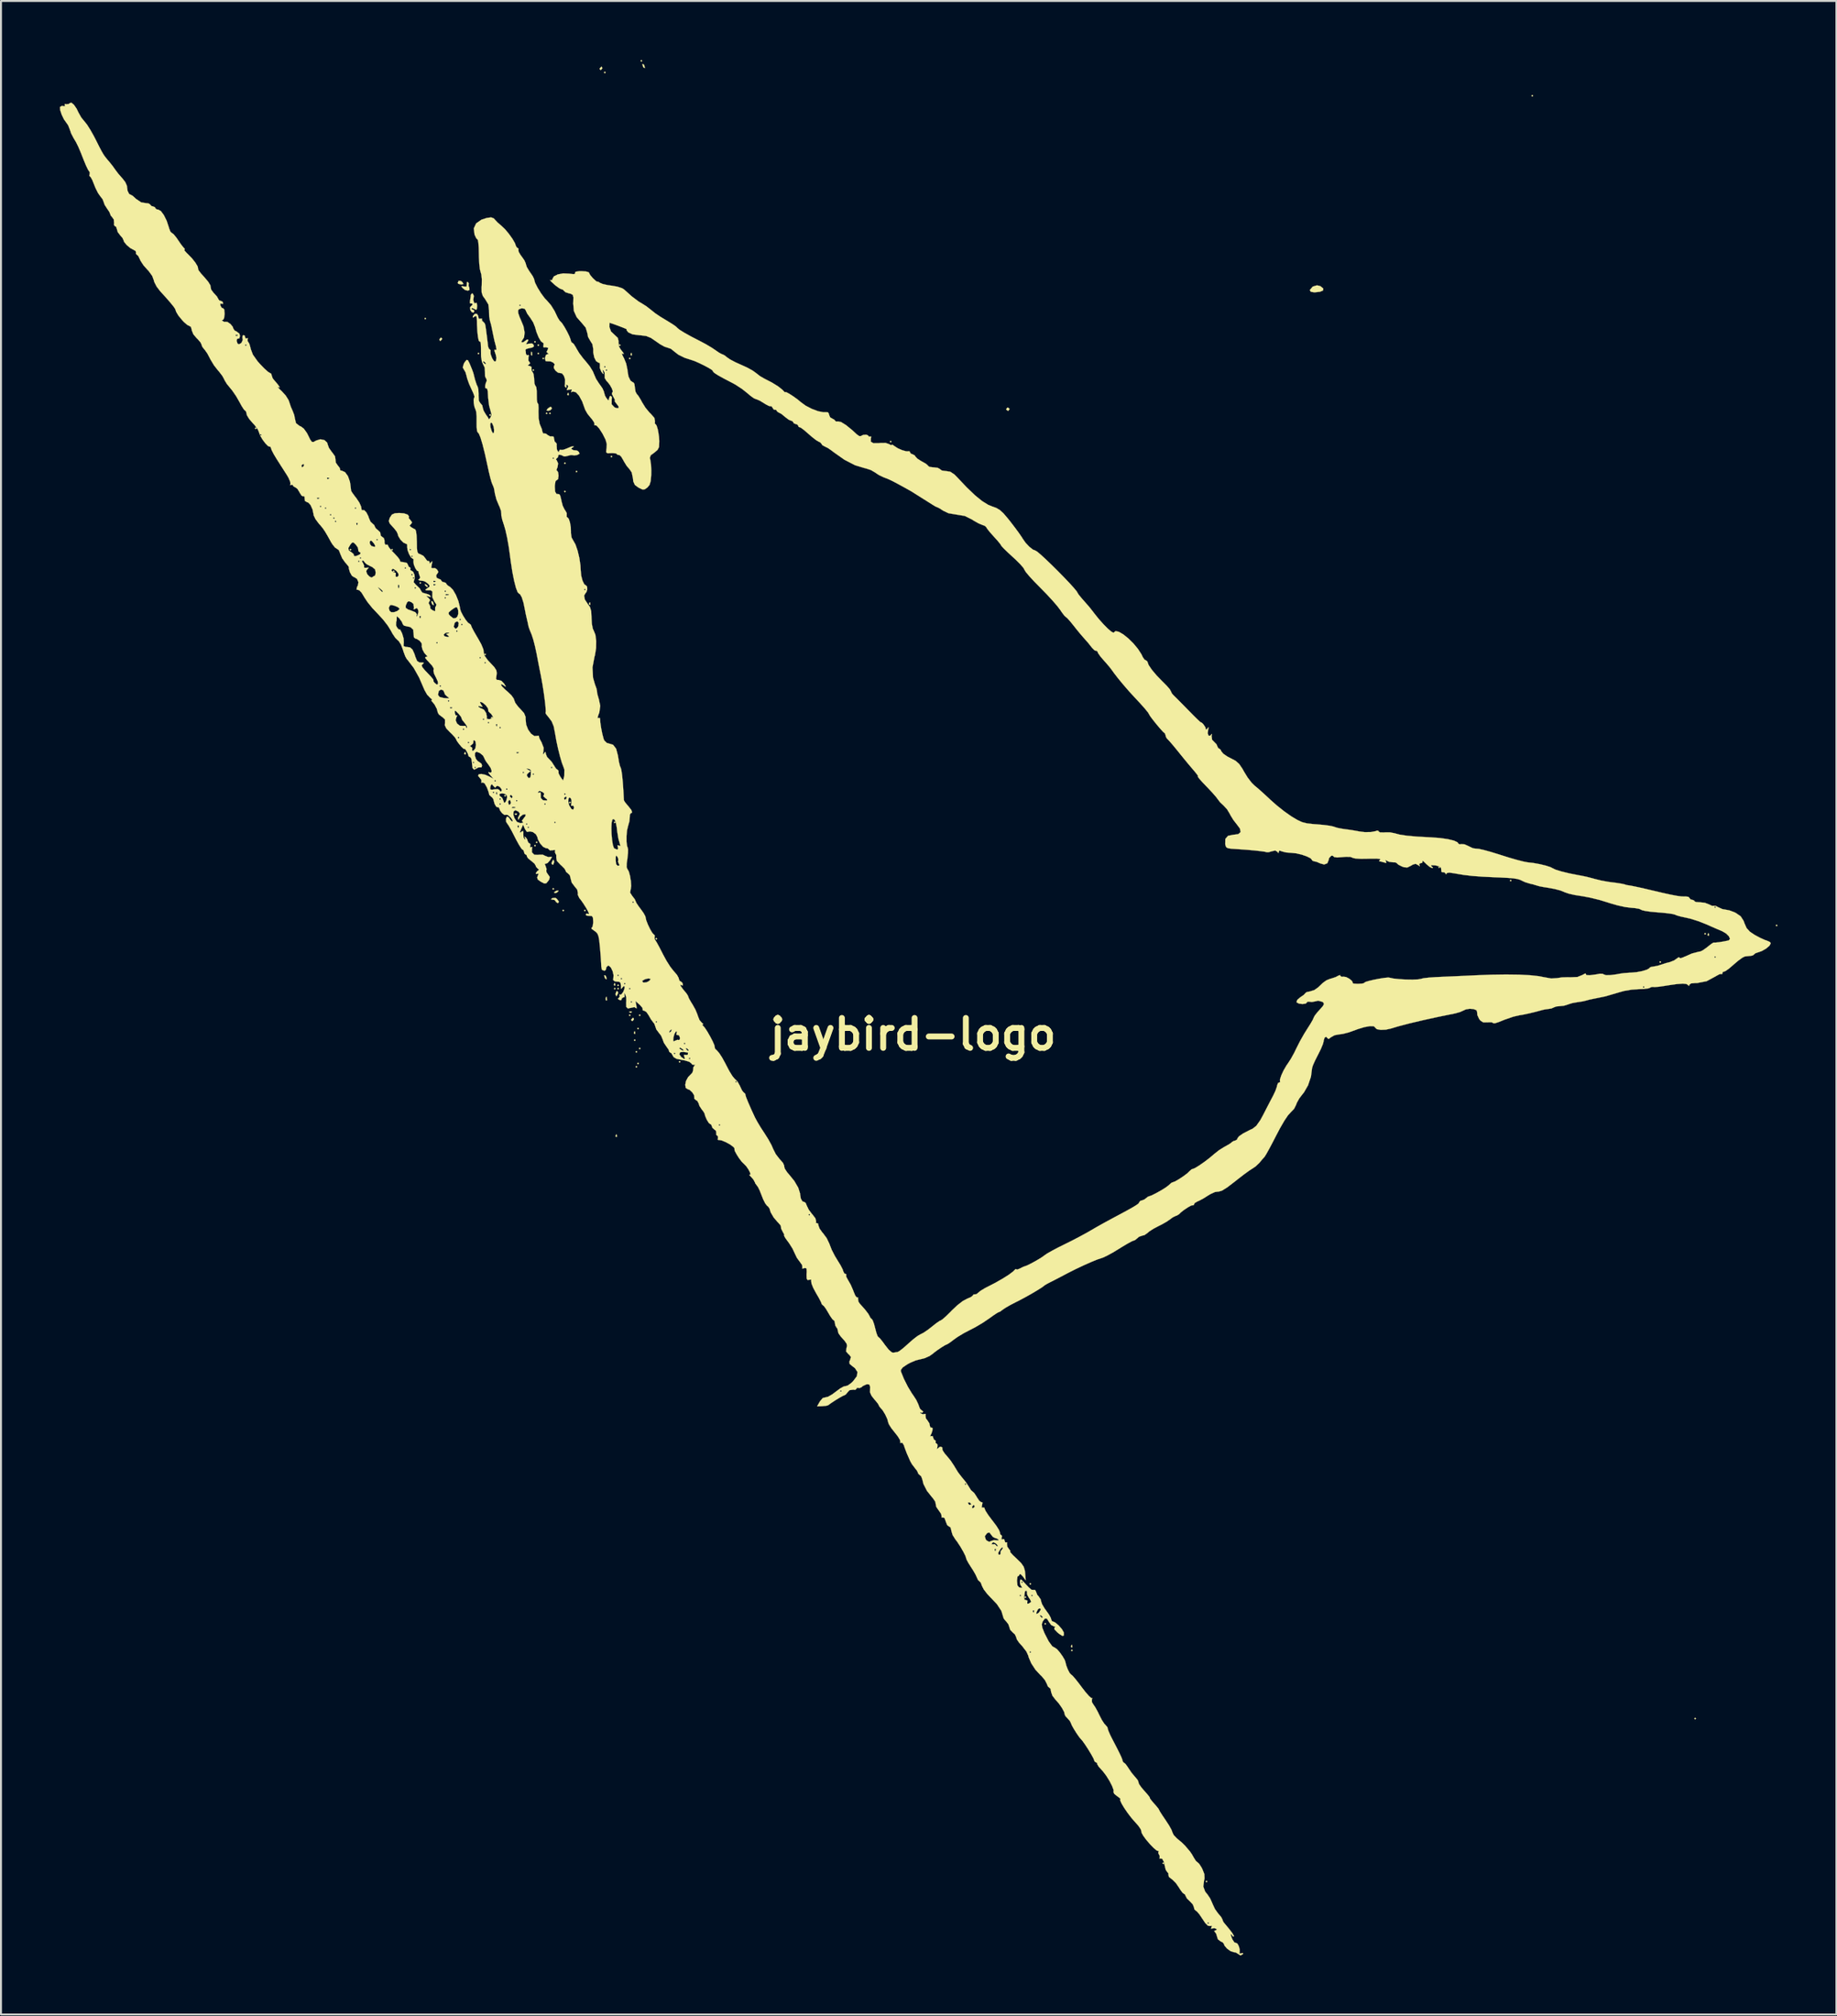
<source format=kicad_pcb>
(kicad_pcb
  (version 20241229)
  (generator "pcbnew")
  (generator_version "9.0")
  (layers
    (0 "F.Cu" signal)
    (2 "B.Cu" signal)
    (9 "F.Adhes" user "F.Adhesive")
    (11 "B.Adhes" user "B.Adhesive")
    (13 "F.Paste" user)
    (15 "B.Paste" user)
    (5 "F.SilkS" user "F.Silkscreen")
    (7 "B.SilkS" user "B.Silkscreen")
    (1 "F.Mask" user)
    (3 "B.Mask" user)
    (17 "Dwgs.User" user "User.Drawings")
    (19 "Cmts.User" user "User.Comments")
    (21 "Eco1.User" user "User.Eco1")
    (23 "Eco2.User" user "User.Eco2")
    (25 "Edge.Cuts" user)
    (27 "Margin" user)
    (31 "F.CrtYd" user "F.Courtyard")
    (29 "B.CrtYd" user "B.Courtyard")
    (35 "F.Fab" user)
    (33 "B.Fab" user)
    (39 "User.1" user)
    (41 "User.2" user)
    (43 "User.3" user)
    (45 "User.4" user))
  (footprint "jaybird-logo"
    (layer "F.Cu")
    (at 43.463 49.62)
    (property "Reference" "jaybird-logo" (at 0 0 0) (layer "F.SilkS") (effects (font (size 1.524 1.524) (thickness 0.3))))
    (attr through_hole)
    (fp_poly (pts (xy -33.443 -30.861) (xy -33.486 -30.819) (xy -33.528 -30.861) (xy -33.486 -30.903) (xy -33.443 -30.861)) (stroke (width 0.01) (type solid)) (fill yes) (layer "F.SilkS"))
    (fp_poly (pts (xy -28.617 -24.68) (xy -28.66 -24.638) (xy -28.702 -24.68) (xy -28.66 -24.723) (xy -28.617 -24.68)) (stroke (width 0.01) (type solid)) (fill yes) (layer "F.SilkS"))
    (fp_poly (pts (xy -26.501 -24.68) (xy -26.543 -24.638) (xy -26.585 -24.68) (xy -26.543 -24.723) (xy -26.501 -24.68)) (stroke (width 0.01) (type solid)) (fill yes) (layer "F.SilkS"))
    (fp_poly (pts (xy -26.416 -23.58) (xy -26.458 -23.537) (xy -26.501 -23.58) (xy -26.458 -23.622) (xy -26.416 -23.58)) (stroke (width 0.01) (type solid)) (fill yes) (layer "F.SilkS"))
    (fp_poly (pts (xy -25.061 -22.987) (xy -25.104 -22.945) (xy -25.146 -22.987) (xy -25.104 -23.029) (xy -25.061 -22.987)) (stroke (width 0.01) (type solid)) (fill yes) (layer "F.SilkS"))
    (fp_poly (pts (xy -24.807 -36.449) (xy -24.85 -36.407) (xy -24.892 -36.449) (xy -24.85 -36.491) (xy -24.807 -36.449)) (stroke (width 0.01) (type solid)) (fill yes) (layer "F.SilkS"))
    (fp_poly (pts (xy -22.098 -34.671) (xy -22.14 -34.629) (xy -22.183 -34.671) (xy -22.14 -34.713) (xy -22.098 -34.671)) (stroke (width 0.01) (type solid)) (fill yes) (layer "F.SilkS"))
    (fp_poly (pts (xy -21.759 -19.346) (xy -21.802 -19.304) (xy -21.844 -19.346) (xy -21.802 -19.389) (xy -21.759 -19.346)) (stroke (width 0.01) (type solid)) (fill yes) (layer "F.SilkS"))
    (fp_poly (pts (xy -21.505 -31.538) (xy -21.548 -31.496) (xy -21.59 -31.538) (xy -21.548 -31.581) (xy -21.505 -31.538)) (stroke (width 0.01) (type solid)) (fill yes) (layer "F.SilkS"))
    (fp_poly (pts (xy -21.421 -16.129) (xy -21.463 -16.087) (xy -21.505 -16.129) (xy -21.463 -16.171) (xy -21.421 -16.129)) (stroke (width 0.01) (type solid)) (fill yes) (layer "F.SilkS"))
    (fp_poly (pts (xy -20.743 -12.15) (xy -20.786 -12.107) (xy -20.828 -12.15) (xy -20.786 -12.192) (xy -20.743 -12.15)) (stroke (width 0.01) (type solid)) (fill yes) (layer "F.SilkS"))
    (fp_poly (pts (xy -19.304 -33.824) (xy -19.346 -33.782) (xy -19.389 -33.824) (xy -19.346 -33.867) (xy -19.304 -33.824)) (stroke (width 0.01) (type solid)) (fill yes) (layer "F.SilkS"))
    (fp_poly (pts (xy -19.219 -35.264) (xy -19.262 -35.221) (xy -19.304 -35.264) (xy -19.262 -35.306) (xy -19.219 -35.264)) (stroke (width 0.01) (type solid)) (fill yes) (layer "F.SilkS"))
    (fp_poly (pts (xy -19.219 -9.61) (xy -19.262 -9.567) (xy -19.304 -9.61) (xy -19.262 -9.652) (xy -19.219 -9.61)) (stroke (width 0.01) (type solid)) (fill yes) (layer "F.SilkS"))
    (fp_poly (pts (xy -19.135 -9.779) (xy -19.177 -9.737) (xy -19.219 -9.779) (xy -19.177 -9.821) (xy -19.135 -9.779)) (stroke (width 0.01) (type solid)) (fill yes) (layer "F.SilkS"))
    (fp_poly (pts (xy -19.05 -35.094) (xy -19.092 -35.052) (xy -19.135 -35.094) (xy -19.092 -35.137) (xy -19.05 -35.094)) (stroke (width 0.01) (type solid)) (fill yes) (layer "F.SilkS"))
    (fp_poly (pts (xy -19.05 -34.671) (xy -19.092 -34.629) (xy -19.135 -34.671) (xy -19.092 -34.713) (xy -19.05 -34.671)) (stroke (width 0.01) (type solid)) (fill yes) (layer "F.SilkS"))
    (fp_poly (pts (xy -18.796 -34.417) (xy -18.838 -34.375) (xy -18.881 -34.417) (xy -18.838 -34.459) (xy -18.796 -34.417)) (stroke (width 0.01) (type solid)) (fill yes) (layer "F.SilkS"))
    (fp_poly (pts (xy -18.627 -31.623) (xy -18.669 -31.581) (xy -18.711 -31.623) (xy -18.669 -31.665) (xy -18.627 -31.623)) (stroke (width 0.01) (type solid)) (fill yes) (layer "F.SilkS"))
    (fp_poly (pts (xy -18.457 -31.623) (xy -18.5 -31.581) (xy -18.542 -31.623) (xy -18.5 -31.665) (xy -18.457 -31.623)) (stroke (width 0.01) (type solid)) (fill yes) (layer "F.SilkS"))
    (fp_poly (pts (xy -18.288 -7.408) (xy -18.33 -7.366) (xy -18.373 -7.408) (xy -18.33 -7.451) (xy -18.288 -7.408)) (stroke (width 0.01) (type solid)) (fill yes) (layer "F.SilkS"))
    (fp_poly (pts (xy -17.78 -6.308) (xy -17.822 -6.265) (xy -17.865 -6.308) (xy -17.822 -6.35) (xy -17.78 -6.308)) (stroke (width 0.01) (type solid)) (fill yes) (layer "F.SilkS"))
    (fp_poly (pts (xy -17.695 -29.083) (xy -17.738 -29.041) (xy -17.78 -29.083) (xy -17.738 -29.125) (xy -17.695 -29.083)) (stroke (width 0.01) (type solid)) (fill yes) (layer "F.SilkS"))
    (fp_poly (pts (xy -17.695 -27.644) (xy -17.738 -27.601) (xy -17.78 -27.644) (xy -17.738 -27.686) (xy -17.695 -27.644)) (stroke (width 0.01) (type solid)) (fill yes) (layer "F.SilkS"))
    (fp_poly (pts (xy -17.441 -11.811) (xy -17.484 -11.769) (xy -17.526 -11.811) (xy -17.484 -11.853) (xy -17.441 -11.811)) (stroke (width 0.01) (type solid)) (fill yes) (layer "F.SilkS"))
    (fp_poly (pts (xy -17.103 -28.66) (xy -17.145 -28.617) (xy -17.187 -28.66) (xy -17.145 -28.702) (xy -17.103 -28.66)) (stroke (width 0.01) (type solid)) (fill yes) (layer "F.SilkS"))
    (fp_poly (pts (xy -16.679 -6.308) (xy -16.722 -6.265) (xy -16.764 -6.308) (xy -16.722 -6.35) (xy -16.679 -6.308)) (stroke (width 0.01) (type solid)) (fill yes) (layer "F.SilkS"))
    (fp_poly (pts (xy -15.663 -48.98) (xy -15.706 -48.937) (xy -15.748 -48.98) (xy -15.706 -49.022) (xy -15.663 -48.98)) (stroke (width 0.01) (type solid)) (fill yes) (layer "F.SilkS"))
    (fp_poly (pts (xy -15.325 -29.422) (xy -15.367 -29.379) (xy -15.409 -29.422) (xy -15.367 -29.464) (xy -15.325 -29.422)) (stroke (width 0.01) (type solid)) (fill yes) (layer "F.SilkS"))
    (fp_poly (pts (xy -15.155 -10.795) (xy -15.198 -10.753) (xy -15.24 -10.795) (xy -15.198 -10.837) (xy -15.155 -10.795)) (stroke (width 0.01) (type solid)) (fill yes) (layer "F.SilkS"))
    (fp_poly (pts (xy -15.155 -2.328) (xy -15.198 -2.286) (xy -15.24 -2.328) (xy -15.198 -2.371) (xy -15.155 -2.328)) (stroke (width 0.01) (type solid)) (fill yes) (layer "F.SilkS"))
    (fp_poly (pts (xy -14.986 -2.498) (xy -15.028 -2.455) (xy -15.071 -2.498) (xy -15.028 -2.54) (xy -14.986 -2.498)) (stroke (width 0.01) (type solid)) (fill yes) (layer "F.SilkS"))
    (fp_poly (pts (xy -14.986 -2.328) (xy -15.028 -2.286) (xy -15.071 -2.328) (xy -15.028 -2.371) (xy -14.986 -2.328)) (stroke (width 0.01) (type solid)) (fill yes) (layer "F.SilkS"))
    (fp_poly (pts (xy -14.901 -35.094) (xy -14.944 -35.052) (xy -14.986 -35.094) (xy -14.944 -35.137) (xy -14.901 -35.094)) (stroke (width 0.01) (type solid)) (fill yes) (layer "F.SilkS"))
    (fp_poly (pts (xy -14.393 -34.417) (xy -14.436 -34.375) (xy -14.478 -34.417) (xy -14.436 -34.459) (xy -14.393 -34.417)) (stroke (width 0.01) (type solid)) (fill yes) (layer "F.SilkS"))
    (fp_poly (pts (xy -14.393 -0.974) (xy -14.436 -0.931) (xy -14.478 -0.974) (xy -14.436 -1.016) (xy -14.393 -0.974)) (stroke (width 0.01) (type solid)) (fill yes) (layer "F.SilkS"))
    (fp_poly (pts (xy -14.139 0.296) (xy -14.182 0.339) (xy -14.224 0.296) (xy -14.182 0.254) (xy -14.139 0.296)) (stroke (width 0.01) (type solid)) (fill yes) (layer "F.SilkS"))
    (fp_poly (pts (xy -14.055 0.889) (xy -14.097 0.931) (xy -14.139 0.889) (xy -14.097 0.847) (xy -14.055 0.889)) (stroke (width 0.01) (type solid)) (fill yes) (layer "F.SilkS"))
    (fp_poly (pts (xy -14.055 1.651) (xy -14.097 1.693) (xy -14.139 1.651) (xy -14.097 1.609) (xy -14.055 1.651)) (stroke (width 0.01) (type solid)) (fill yes) (layer "F.SilkS"))
    (fp_poly (pts (xy -13.97 -0.296) (xy -14.012 -0.254) (xy -14.055 -0.296) (xy -14.012 -0.339) (xy -13.97 -0.296)) (stroke (width 0.01) (type solid)) (fill yes) (layer "F.SilkS"))
    (fp_poly (pts (xy -13.97 1.482) (xy -14.012 1.524) (xy -14.055 1.482) (xy -14.012 1.439) (xy -13.97 1.482)) (stroke (width 0.01) (type solid)) (fill yes) (layer "F.SilkS"))
    (fp_poly (pts (xy -13.885 -0.974) (xy -13.928 -0.931) (xy -13.97 -0.974) (xy -13.928 -1.016) (xy -13.885 -0.974)) (stroke (width 0.01) (type solid)) (fill yes) (layer "F.SilkS"))
    (fp_poly (pts (xy -13.885 0.72) (xy -13.928 0.762) (xy -13.97 0.72) (xy -13.928 0.677) (xy -13.885 0.72)) (stroke (width 0.01) (type solid)) (fill yes) (layer "F.SilkS"))
    (fp_poly (pts (xy -13.801 -49.572) (xy -13.843 -49.53) (xy -13.885 -49.572) (xy -13.843 -49.615) (xy -13.801 -49.572)) (stroke (width 0.01) (type solid)) (fill yes) (layer "F.SilkS"))
    (fp_poly (pts (xy -13.039 -4.868) (xy -13.081 -4.826) (xy -13.123 -4.868) (xy -13.081 -4.911) (xy -13.039 -4.868)) (stroke (width 0.01) (type solid)) (fill yes) (layer "F.SilkS"))
    (fp_poly (pts (xy -11.853 1.397) (xy -11.896 1.439) (xy -11.938 1.397) (xy -11.896 1.355) (xy -11.853 1.397)) (stroke (width 0.01) (type solid)) (fill yes) (layer "F.SilkS"))
    (fp_poly (pts (xy -1.101 -30.184) (xy -1.143 -30.141) (xy -1.185 -30.184) (xy -1.143 -30.226) (xy -1.101 -30.184)) (stroke (width 0.01) (type solid)) (fill yes) (layer "F.SilkS"))
    (fp_poly (pts (xy 5.757 28.66) (xy 5.715 28.702) (xy 5.673 28.66) (xy 5.715 28.617) (xy 5.757 28.66)) (stroke (width 0.01) (type solid)) (fill yes) (layer "F.SilkS"))
    (fp_poly (pts (xy 6.011 27.982) (xy 5.969 28.025) (xy 5.927 27.982) (xy 5.969 27.94) (xy 6.011 27.982)) (stroke (width 0.01) (type solid)) (fill yes) (layer "F.SilkS"))
    (fp_poly (pts (xy 6.773 30.014) (xy 6.731 30.057) (xy 6.689 30.014) (xy 6.731 29.972) (xy 6.773 30.014)) (stroke (width 0.01) (type solid)) (fill yes) (layer "F.SilkS"))
    (fp_poly (pts (xy 8.128 31.369) (xy 8.086 31.411) (xy 8.043 31.369) (xy 8.086 31.327) (xy 8.128 31.369)) (stroke (width 0.01) (type solid)) (fill yes) (layer "F.SilkS"))
    (fp_poly (pts (xy 12.785 42.206) (xy 12.742 42.249) (xy 12.7 42.206) (xy 12.742 42.164) (xy 12.785 42.206)) (stroke (width 0.01) (type solid)) (fill yes) (layer "F.SilkS"))
    (fp_poly (pts (xy 14.986 43.138) (xy 14.944 43.18) (xy 14.901 43.138) (xy 14.944 43.095) (xy 14.986 43.138)) (stroke (width 0.01) (type solid)) (fill yes) (layer "F.SilkS"))
    (fp_poly (pts (xy 26.839 -8.509) (xy 26.797 -8.467) (xy 26.755 -8.509) (xy 26.797 -8.551) (xy 26.839 -8.509)) (stroke (width 0.01) (type solid)) (fill yes) (layer "F.SilkS"))
    (fp_poly (pts (xy 30.48 -7.832) (xy 30.438 -7.789) (xy 30.395 -7.832) (xy 30.438 -7.874) (xy 30.48 -7.832)) (stroke (width 0.01) (type solid)) (fill yes) (layer "F.SilkS"))
    (fp_poly (pts (xy 31.581 -47.794) (xy 31.538 -47.752) (xy 31.496 -47.794) (xy 31.538 -47.837) (xy 31.581 -47.794)) (stroke (width 0.01) (type solid)) (fill yes) (layer "F.SilkS"))
    (fp_poly (pts (xy 38.1 -3.683) (xy 38.058 -3.641) (xy 38.015 -3.683) (xy 38.058 -3.725) (xy 38.1 -3.683)) (stroke (width 0.01) (type solid)) (fill yes) (layer "F.SilkS"))
    (fp_poly (pts (xy 39.878 34.84) (xy 39.836 34.883) (xy 39.793 34.84) (xy 39.836 34.798) (xy 39.878 34.84)) (stroke (width 0.01) (type solid)) (fill yes) (layer "F.SilkS"))
    (fp_poly (pts (xy 40.386 -5.122) (xy 40.344 -5.08) (xy 40.301 -5.122) (xy 40.344 -5.165) (xy 40.386 -5.122)) (stroke (width 0.01) (type solid)) (fill yes) (layer "F.SilkS"))
    (fp_poly (pts (xy 44.027 -5.546) (xy 43.984 -5.503) (xy 43.942 -5.546) (xy 43.984 -5.588) (xy 44.027 -5.546)) (stroke (width 0.01) (type solid)) (fill yes) (layer "F.SilkS"))
    (fp_poly (pts (xy -22.804 -14.365) (xy -22.793 -14.265) (xy -22.804 -14.252) (xy -22.854 -14.264) (xy -22.86 -14.309) (xy -22.829 -14.378) (xy -22.804 -14.365)) (stroke (width 0.01) (type solid)) (fill yes) (layer "F.SilkS"))
    (fp_poly (pts (xy -20.179 -11.232) (xy -20.191 -11.182) (xy -20.235 -11.176) (xy -20.305 -11.207) (xy -20.292 -11.232) (xy -20.191 -11.243) (xy -20.179 -11.232)) (stroke (width 0.01) (type solid)) (fill yes) (layer "F.SilkS"))
    (fp_poly (pts (xy -19.415 -34.729) (xy -19.405 -34.597) (xy -19.422 -34.567) (xy -19.461 -34.592) (xy -19.467 -34.678) (xy -19.446 -34.768) (xy -19.415 -34.729)) (stroke (width 0.01) (type solid)) (fill yes) (layer "F.SilkS"))
    (fp_poly (pts (xy -17.554 -32.653) (xy -17.544 -32.553) (xy -17.554 -32.54) (xy -17.605 -32.552) (xy -17.611 -32.597) (xy -17.58 -32.666) (xy -17.554 -32.653)) (stroke (width 0.01) (type solid)) (fill yes) (layer "F.SilkS"))
    (fp_poly (pts (xy -16.454 -21.985) (xy -16.443 -21.885) (xy -16.454 -21.872) (xy -16.504 -21.884) (xy -16.51 -21.929) (xy -16.479 -21.998) (xy -16.454 -21.985)) (stroke (width 0.01) (type solid)) (fill yes) (layer "F.SilkS"))
    (fp_poly (pts (xy -15.605 -1.879) (xy -15.595 -1.746) (xy -15.612 -1.716) (xy -15.651 -1.742) (xy -15.657 -1.827) (xy -15.636 -1.918) (xy -15.605 -1.879)) (stroke (width 0.01) (type solid)) (fill yes) (layer "F.SilkS"))
    (fp_poly (pts (xy -15.184 -2.596) (xy -15.173 -2.496) (xy -15.184 -2.484) (xy -15.234 -2.495) (xy -15.24 -2.54) (xy -15.209 -2.61) (xy -15.184 -2.596)) (stroke (width 0.01) (type solid)) (fill yes) (layer "F.SilkS"))
    (fp_poly (pts (xy -15.099 5.108) (xy -15.089 5.209) (xy -15.099 5.221) (xy -15.149 5.209) (xy -15.155 5.165) (xy -15.124 5.095) (xy -15.099 5.108)) (stroke (width 0.01) (type solid)) (fill yes) (layer "F.SilkS"))
    (fp_poly (pts (xy -14.337 -34.685) (xy -14.327 -34.585) (xy -14.337 -34.572) (xy -14.387 -34.584) (xy -14.393 -34.629) (xy -14.362 -34.698) (xy -14.337 -34.685)) (stroke (width 0.01) (type solid)) (fill yes) (layer "F.SilkS"))
    (fp_poly (pts (xy -14.337 -1.157) (xy -14.349 -1.107) (xy -14.393 -1.101) (xy -14.463 -1.132) (xy -14.45 -1.157) (xy -14.349 -1.167) (xy -14.337 -1.157)) (stroke (width 0.01) (type solid)) (fill yes) (layer "F.SilkS"))
    (fp_poly (pts (xy -14.168 -0.141) (xy -14.157 -0.041) (xy -14.168 -0.028) (xy -14.218 -0.04) (xy -14.224 -0.085) (xy -14.193 -0.154) (xy -14.168 -0.141)) (stroke (width 0.01) (type solid)) (fill yes) (layer "F.SilkS"))
    (fp_poly (pts (xy 8.1 31.101) (xy 8.11 31.201) (xy 8.1 31.214) (xy 8.049 31.202) (xy 8.043 31.157) (xy 8.074 31.088) (xy 8.1 31.101)) (stroke (width 0.01) (type solid)) (fill yes) (layer "F.SilkS"))
    (fp_poly (pts (xy 40.527 -5.136) (xy 40.537 -5.036) (xy 40.527 -5.024) (xy 40.477 -5.035) (xy 40.471 -5.08) (xy 40.502 -5.15) (xy 40.527 -5.136)) (stroke (width 0.01) (type solid)) (fill yes) (layer "F.SilkS"))
    (fp_poly (pts (xy -24.82 -22.91) (xy -24.73 -22.832) (xy -24.723 -22.813) (xy -24.763 -22.778) (xy -24.847 -22.856) (xy -24.858 -22.873) (xy -24.868 -22.931) (xy -24.82 -22.91)) (stroke (width 0.01) (type solid)) (fill yes) (layer "F.SilkS"))
    (fp_poly (pts (xy -24.471 -22.036) (xy -24.439 -21.975) (xy -24.418 -21.855) (xy -24.475 -21.879) (xy -24.514 -21.934) (xy -24.541 -22.045) (xy -24.53 -22.065) (xy -24.471 -22.036)) (stroke (width 0.01) (type solid)) (fill yes) (layer "F.SilkS"))
    (fp_poly (pts (xy -18.077 -7.28) (xy -18.167 -7.21) (xy -18.265 -7.198) (xy -18.288 -7.23) (xy -18.222 -7.284) (xy -18.157 -7.314) (xy -18.069 -7.32) (xy -18.077 -7.28)) (stroke (width 0.01) (type solid)) (fill yes) (layer "F.SilkS"))
    (fp_poly (pts (xy -15.666 -2.986) (xy -15.634 -2.925) (xy -15.612 -2.805) (xy -15.669 -2.829) (xy -15.709 -2.884) (xy -15.735 -2.995) (xy -15.725 -3.015) (xy -15.666 -2.986)) (stroke (width 0.01) (type solid)) (fill yes) (layer "F.SilkS"))
    (fp_poly (pts (xy -13.719 -49.384) (xy -13.687 -49.322) (xy -13.665 -49.203) (xy -13.722 -49.226) (xy -13.762 -49.282) (xy -13.788 -49.392) (xy -13.777 -49.412) (xy -13.719 -49.384)) (stroke (width 0.01) (type solid)) (fill yes) (layer "F.SilkS"))
    (fp_poly (pts (xy -23.99 -35.423) (xy -24.003 -35.391) (xy -24.079 -35.31) (xy -24.093 -35.306) (xy -24.129 -35.372) (xy -24.13 -35.391) (xy -24.065 -35.472) (xy -24.04 -35.475) (xy -23.99 -35.423)) (stroke (width 0.01) (type solid)) (fill yes) (layer "F.SilkS"))
    (fp_poly (pts (xy -23.027 -38.357) (xy -22.962 -38.303) (xy -22.905 -38.211) (xy -22.993 -38.185) (xy -23.026 -38.185) (xy -23.165 -38.217) (xy -23.199 -38.264) (xy -23.147 -38.374) (xy -23.027 -38.357)) (stroke (width 0.01) (type solid)) (fill yes) (layer "F.SilkS"))
    (fp_poly (pts (xy -18.435 -31.947) (xy -18.402 -31.864) (xy -18.481 -31.779) (xy -18.593 -31.75) (xy -18.673 -31.771) (xy -18.616 -31.86) (xy -18.609 -31.868) (xy -18.489 -31.949) (xy -18.435 -31.947)) (stroke (width 0.01) (type solid)) (fill yes) (layer "F.SilkS"))
    (fp_poly (pts (xy -18.292 -8.821) (xy -18.288 -8.763) (xy -18.332 -8.65) (xy -18.37 -8.636) (xy -18.417 -8.698) (xy -18.403 -8.763) (xy -18.343 -8.874) (xy -18.321 -8.89) (xy -18.292 -8.821)) (stroke (width 0.01) (type solid)) (fill yes) (layer "F.SilkS"))
    (fp_poly (pts (xy -15.834 -49.21) (xy -15.833 -49.191) (xy -15.898 -49.11) (xy -15.922 -49.107) (xy -15.973 -49.159) (xy -15.96 -49.191) (xy -15.884 -49.272) (xy -15.87 -49.276) (xy -15.834 -49.21)) (stroke (width 0.01) (type solid)) (fill yes) (layer "F.SilkS"))
    (fp_poly (pts (xy -15.027 -2.139) (xy -15.04 -2.074) (xy -15.1 -1.963) (xy -15.122 -1.947) (xy -15.152 -2.016) (xy -15.155 -2.074) (xy -15.111 -2.187) (xy -15.073 -2.201) (xy -15.027 -2.139)) (stroke (width 0.01) (type solid)) (fill yes) (layer "F.SilkS"))
    (fp_poly (pts (xy -14.225 -0.781) (xy -14.224 -0.762) (xy -14.289 -0.681) (xy -14.314 -0.677) (xy -14.364 -0.729) (xy -14.351 -0.762) (xy -14.275 -0.843) (xy -14.261 -0.847) (xy -14.225 -0.781)) (stroke (width 0.01) (type solid)) (fill yes) (layer "F.SilkS"))
    (fp_poly (pts (xy 4.908 -31.855) (xy 4.911 -31.835) (xy 4.846 -31.752) (xy 4.826 -31.75) (xy 4.744 -31.814) (xy 4.741 -31.835) (xy 4.806 -31.917) (xy 4.826 -31.919) (xy 4.908 -31.855)) (stroke (width 0.01) (type solid)) (fill yes) (layer "F.SilkS"))
    (fp_poly (pts (xy 20.743 -38.1) (xy 20.892 -37.979) (xy 20.877 -37.876) (xy 20.722 -37.813) (xy 20.442 -37.783) (xy 20.261 -37.812) (xy 20.208 -37.894) (xy 20.213 -37.909) (xy 20.356 -38.076) (xy 20.573 -38.14) (xy 20.743 -38.1)) (stroke (width 0.01) (type solid)) (fill yes) (layer "F.SilkS"))
    (fp_poly (pts (xy -18.147 -6.899) (xy -18.042 -6.757) (xy -18.081 -6.692) (xy -18.119 -6.689) (xy -18.201 -6.753) (xy -18.203 -6.773) (xy -18.273 -6.846) (xy -18.352 -6.859) (xy -18.447 -6.875) (xy -18.383 -6.934) (xy -18.38 -6.936) (xy -18.222 -6.951) (xy -18.147 -6.899)) (stroke (width 0.01) (type solid)) (fill yes) (layer "F.SilkS"))
    (fp_poly (pts (xy -22.681 -38.305) (xy -22.629 -38.227) (xy -22.64 -38.207) (xy -22.643 -38.106) (xy -22.609 -38.022) (xy -22.597 -37.907) (xy -22.687 -37.868) (xy -22.829 -37.908) (xy -22.94 -37.995) (xy -23.013 -38.091) (xy -22.949 -38.098) (xy -22.883 -38.082) (xy -22.751 -38.074) (xy -22.732 -38.175) (xy -22.735 -38.197) (xy -22.727 -38.307) (xy -22.681 -38.305)) (stroke (width 0.01) (type solid)) (fill yes) (layer "F.SilkS"))
    (fp_poly (pts (xy -22.431 -37.715) (xy -22.375 -37.6) (xy -22.386 -37.541) (xy -22.404 -37.397) (xy -22.372 -37.27) (xy -22.313 -37.216) (xy -22.27 -37.25) (xy -22.23 -37.246) (xy -22.211 -37.109) (xy -22.211 -37.089) (xy -22.225 -36.921) (xy -22.278 -36.896) (xy -22.326 -36.928) (xy -22.449 -36.983) (xy -22.495 -36.969) (xy -22.485 -36.919) (xy -22.451 -36.915) (xy -22.358 -36.858) (xy -22.352 -36.83) (xy -22.395 -36.748) (xy -22.486 -36.781) (xy -22.559 -36.892) (xy -22.566 -37.027) (xy -22.526 -37.068) (xy -22.44 -37.158) (xy -22.437 -37.181) (xy -22.489 -37.225) (xy -22.522 -37.211) (xy -22.575 -37.234) (xy -22.57 -37.354) (xy -22.538 -37.557) (xy -22.528 -37.66) (xy -22.472 -37.729) (xy -22.431 -37.715)) (stroke (width 0.01) (type solid)) (fill yes) (layer "F.SilkS"))
    (fp_poly (pts (xy -42.75 -47.338) (xy -42.61 -47.134) (xy -42.514 -46.935) (xy -42.372 -46.683) (xy -42.206 -46.481) (xy -42.08 -46.324) (xy -41.912 -46.058) (xy -41.727 -45.731) (xy -41.641 -45.563) (xy -41.465 -45.212) (xy -41.34 -44.973) (xy -41.243 -44.806) (xy -41.148 -44.672) (xy -41.033 -44.53) (xy -40.956 -44.441) (xy -40.781 -44.223) (xy -40.64 -44.026) (xy -40.495 -43.833) (xy -40.306 -43.615) (xy -40.28 -43.588) (xy -40.129 -43.392) (xy -40.051 -43.214) (xy -40.047 -43.184) (xy -40.015 -42.954) (xy -39.936 -42.795) (xy -39.865 -42.757) (xy -39.758 -42.7) (xy -39.605 -42.562) (xy -39.589 -42.545) (xy -39.32 -42.365) (xy -39.127 -42.333) (xy -38.944 -42.31) (xy -38.862 -42.253) (xy -38.862 -42.249) (xy -38.793 -42.174) (xy -38.735 -42.164) (xy -38.622 -42.118) (xy -38.608 -42.079) (xy -38.538 -42.009) (xy -38.448 -41.995) (xy -38.315 -41.919) (xy -38.166 -41.716) (xy -38.023 -41.426) (xy -37.91 -41.086) (xy -37.899 -41.042) (xy -37.833 -40.874) (xy -37.761 -40.809) (xy -37.672 -40.744) (xy -37.534 -40.577) (xy -37.446 -40.45) (xy -37.295 -40.229) (xy -37.17 -40.07) (xy -37.127 -40.027) (xy -37.095 -39.971) (xy -37.12 -39.964) (xy -37.115 -39.914) (xy -37.007 -39.791) (xy -36.943 -39.73) (xy -36.739 -39.521) (xy -36.565 -39.301) (xy -36.45 -39.112) (xy -36.421 -38.994) (xy -36.428 -38.982) (xy -36.397 -38.904) (xy -36.274 -38.743) (xy -36.105 -38.556) (xy -35.913 -38.33) (xy -35.8 -38.146) (xy -35.784 -38.055) (xy -35.758 -37.924) (xy -35.635 -37.758) (xy -35.61 -37.734) (xy -35.463 -37.572) (xy -35.392 -37.445) (xy -35.391 -37.434) (xy -35.329 -37.358) (xy -35.295 -37.359) (xy -35.186 -37.313) (xy -35.157 -37.263) (xy -35.161 -37.188) (xy -35.218 -37.209) (xy -35.292 -37.213) (xy -35.288 -37.115) (xy -35.218 -36.993) (xy -35.157 -36.977) (xy -35.093 -36.915) (xy -35.073 -36.709) (xy -35.074 -36.665) (xy -35.1 -36.468) (xy -35.149 -36.381) (xy -35.168 -36.383) (xy -35.206 -36.376) (xy -35.186 -36.334) (xy -35.082 -36.274) (xy -35.041 -36.287) (xy -34.924 -36.275) (xy -34.776 -36.172) (xy -34.659 -36.032) (xy -34.629 -35.938) (xy -34.558 -35.835) (xy -34.459 -35.789) (xy -34.316 -35.676) (xy -34.29 -35.563) (xy -34.321 -35.441) (xy -34.375 -35.433) (xy -34.441 -35.407) (xy -34.459 -35.311) (xy -34.411 -35.171) (xy -34.341 -35.137) (xy -34.217 -35.206) (xy -34.147 -35.356) (xy -34.164 -35.477) (xy -34.149 -35.579) (xy -34.122 -35.601) (xy -34.049 -35.582) (xy -34.036 -35.518) (xy -33.993 -35.427) (xy -33.938 -35.441) (xy -33.88 -35.451) (xy -33.897 -35.41) (xy -33.901 -35.295) (xy -33.875 -35.269) (xy -33.811 -35.161) (xy -33.752 -34.954) (xy -33.742 -34.903) (xy -33.634 -34.614) (xy -33.395 -34.276) (xy -33.258 -34.121) (xy -33.043 -33.899) (xy -32.866 -33.741) (xy -32.763 -33.676) (xy -32.755 -33.676) (xy -32.689 -33.629) (xy -32.681 -33.576) (xy -32.627 -33.413) (xy -32.575 -33.343) (xy -32.438 -33.185) (xy -32.343 -33.067) (xy -32.261 -32.952) (xy -32.289 -32.942) (xy -32.343 -32.967) (xy -32.36 -32.955) (xy -32.271 -32.854) (xy -32.158 -32.747) (xy -31.959 -32.527) (xy -31.817 -32.301) (xy -31.785 -32.217) (xy -31.697 -31.951) (xy -31.61 -31.756) (xy -31.525 -31.534) (xy -31.495 -31.369) (xy -31.436 -31.122) (xy -31.248 -30.976) (xy -31.186 -30.954) (xy -31.037 -30.842) (xy -30.88 -30.623) (xy -30.826 -30.519) (xy -30.71 -30.281) (xy -30.627 -30.171) (xy -30.541 -30.164) (xy -30.412 -30.235) (xy -30.407 -30.238) (xy -30.193 -30.302) (xy -29.986 -30.259) (xy -29.849 -30.131) (xy -29.825 -30.048) (xy -29.759 -29.864) (xy -29.615 -29.659) (xy -29.593 -29.635) (xy -29.448 -29.434) (xy -29.425 -29.275) (xy -29.426 -29.273) (xy -29.408 -29.113) (xy -29.308 -28.97) (xy -29.202 -28.833) (xy -29.189 -28.751) (xy -29.165 -28.71) (xy -29.099 -28.702) (xy -28.935 -28.625) (xy -28.789 -28.423) (xy -28.69 -28.141) (xy -28.669 -28.019) (xy -28.644 -27.809) (xy -28.628 -27.682) (xy -28.627 -27.676) (xy -28.573 -27.585) (xy -28.446 -27.411) (xy -28.363 -27.305) (xy -28.211 -27.08) (xy -28.121 -26.879) (xy -28.109 -26.814) (xy -28.089 -26.698) (xy -28.057 -26.694) (xy -27.963 -26.693) (xy -27.849 -26.575) (xy -27.75 -26.382) (xy -27.722 -26.292) (xy -27.641 -26.108) (xy -27.548 -26.019) (xy -27.443 -25.922) (xy -27.432 -25.877) (xy -27.367 -25.761) (xy -27.259 -25.672) (xy -27.145 -25.562) (xy -27.134 -25.487) (xy -27.115 -25.387) (xy -27.059 -25.342) (xy -26.963 -25.271) (xy -26.928 -25.161) (xy -26.924 -25.014) (xy -26.883 -24.926) (xy -26.839 -24.934) (xy -26.761 -24.928) (xy -26.755 -24.897) (xy -26.698 -24.792) (xy -26.553 -24.618) (xy -26.418 -24.481) (xy -26.243 -24.293) (xy -26.144 -24.152) (xy -26.136 -24.1) (xy -26.105 -24.061) (xy -25.964 -24.045) (xy -25.784 -24.004) (xy -25.739 -23.918) (xy -25.69 -23.806) (xy -25.649 -23.791) (xy -25.598 -23.739) (xy -25.612 -23.707) (xy -25.603 -23.629) (xy -25.572 -23.622) (xy -25.466 -23.551) (xy -25.396 -23.388) (xy -25.387 -23.213) (xy -25.421 -23.135) (xy -25.44 -23.023) (xy -25.318 -22.881) (xy -25.284 -22.853) (xy -25.131 -22.705) (xy -25.062 -22.582) (xy -25.061 -22.576) (xy -24.99 -22.488) (xy -24.879 -22.459) (xy -24.688 -22.403) (xy -24.604 -22.344) (xy -24.566 -22.277) (xy -24.666 -22.293) (xy -24.68 -22.297) (xy -24.796 -22.33) (xy -24.769 -22.291) (xy -24.696 -22.233) (xy -24.602 -22.116) (xy -24.637 -22.056) (xy -24.684 -21.962) (xy -24.643 -21.892) (xy -24.591 -21.775) (xy -24.604 -21.737) (xy -24.579 -21.667) (xy -24.478 -21.595) (xy -24.354 -21.543) (xy -24.339 -21.594) (xy -24.349 -21.622) (xy -24.342 -21.759) (xy -24.306 -21.798) (xy -24.284 -21.894) (xy -24.373 -22.021) (xy -24.475 -22.225) (xy -23.876 -22.225) (xy -23.834 -22.183) (xy -23.791 -22.225) (xy -23.834 -22.267) (xy -23.876 -22.225) (xy -24.475 -22.225) (xy -24.49 -22.254) (xy -24.489 -22.372) (xy -23.839 -22.372) (xy -23.756 -22.359) (xy -23.646 -22.374) (xy -23.645 -22.403) (xy -23.758 -22.423) (xy -23.807 -22.41) (xy -23.839 -22.372) (xy -24.489 -22.372) (xy -24.489 -22.397) (xy -24.487 -22.551) (xy -24.505 -22.564) (xy -23.876 -22.564) (xy -23.834 -22.521) (xy -23.791 -22.564) (xy -23.834 -22.606) (xy -23.876 -22.564) (xy -24.505 -22.564) (xy -24.581 -22.616) (xy -24.806 -22.614) (xy -24.807 -22.614) (xy -24.848 -22.637) (xy -24.752 -22.71) (xy -24.629 -22.801) (xy -24.646 -22.882) (xy -24.68 -22.916) (xy -24.44 -22.916) (xy -24.429 -22.866) (xy -24.384 -22.86) (xy -24.314 -22.891) (xy -24.328 -22.916) (xy -24.428 -22.927) (xy -24.44 -22.916) (xy -24.68 -22.916) (xy -24.708 -22.945) (xy -24.846 -23.051) (xy -24.911 -23.082) (xy -24.937 -23.086) (xy -24.44 -23.086) (xy -24.429 -23.035) (xy -24.384 -23.029) (xy -24.314 -23.06) (xy -24.328 -23.086) (xy -24.428 -23.096) (xy -24.44 -23.086) (xy -24.937 -23.086) (xy -25.045 -23.1) (xy -25.125 -23.11) (xy -25.207 -23.14) (xy -25.168 -23.17) (xy -25.107 -23.258) (xy -25.144 -23.364) (xy -25.193 -23.511) (xy -25.185 -23.569) (xy -25.19 -23.588) (xy -25.201 -23.581) (xy -25.274 -23.611) (xy -25.36 -23.742) (xy -25.43 -23.915) (xy -25.455 -24.067) (xy -25.448 -24.103) (xy -25.451 -24.203) (xy -25.481 -24.215) (xy -25.576 -24.286) (xy -25.608 -24.342) (xy -25.569 -24.342) (xy -25.527 -24.299) (xy -25.485 -24.342) (xy -25.527 -24.384) (xy -25.569 -24.342) (xy -25.608 -24.342) (xy -25.676 -24.456) (xy -25.752 -24.658) (xy -25.755 -24.68) (xy -25.654 -24.68) (xy -25.612 -24.638) (xy -25.569 -24.68) (xy -25.612 -24.723) (xy -25.654 -24.68) (xy -25.755 -24.68) (xy -25.774 -24.825) (xy -25.768 -24.854) (xy -25.779 -24.96) (xy -25.826 -24.977) (xy -25.965 -25.043) (xy -26.117 -25.197) (xy -26.226 -25.375) (xy -26.247 -25.462) (xy -26.303 -25.593) (xy -26.443 -25.775) (xy -26.502 -25.837) (xy -26.658 -26.01) (xy -26.707 -26.134) (xy -26.668 -26.276) (xy -26.649 -26.318) (xy -26.55 -26.465) (xy -26.402 -26.532) (xy -26.179 -26.548) (xy -25.93 -26.527) (xy -25.754 -26.466) (xy -25.725 -26.442) (xy -25.675 -26.349) (xy -25.692 -26.331) (xy -25.688 -26.282) (xy -25.611 -26.192) (xy -25.523 -26.072) (xy -25.568 -25.992) (xy -25.584 -25.98) (xy -25.65 -25.904) (xy -25.569 -25.825) (xy -25.416 -25.737) (xy -25.361 -25.713) (xy -25.322 -25.621) (xy -25.293 -25.404) (xy -25.281 -25.109) (xy -25.28 -25.08) (xy -25.276 -24.763) (xy -25.254 -24.578) (xy -25.206 -24.487) (xy -25.122 -24.453) (xy -25.11 -24.451) (xy -24.941 -24.361) (xy -24.844 -24.236) (xy -24.755 -24.114) (xy -24.694 -24.102) (xy -24.644 -24.089) (xy -24.637 -24.038) (xy -24.62 -23.965) (xy -24.554 -24.039) (xy -24.549 -24.045) (xy -24.499 -24.095) (xy -24.505 -23.998) (xy -24.521 -23.927) (xy -24.543 -23.76) (xy -24.496 -23.734) (xy -24.48 -23.742) (xy -24.35 -23.739) (xy -24.256 -23.675) (xy -24.183 -23.549) (xy -24.214 -23.495) (xy -24.294 -23.379) (xy -24.273 -23.253) (xy -24.172 -23.199) (xy -24.06 -23.153) (xy -24.045 -23.114) (xy -23.977 -23.039) (xy -23.918 -23.029) (xy -23.806 -22.991) (xy -23.791 -22.959) (xy -23.725 -22.872) (xy -23.582 -22.777) (xy -23.438 -22.631) (xy -23.29 -22.375) (xy -23.165 -22.067) (xy -23.09 -21.764) (xy -23.08 -21.679) (xy -23.032 -21.525) (xy -22.924 -21.317) (xy -22.792 -21.109) (xy -22.668 -20.958) (xy -22.599 -20.913) (xy -22.523 -20.848) (xy -22.521 -20.829) (xy -22.48 -20.722) (xy -22.37 -20.513) (xy -22.213 -20.242) (xy -22.176 -20.182) (xy -21.998 -19.862) (xy -21.893 -19.608) (xy -21.872 -19.459) (xy -21.84 -19.294) (xy -21.669 -19.057) (xy -21.542 -18.922) (xy -21.335 -18.699) (xy -21.232 -18.539) (xy -21.208 -18.393) (xy -21.223 -18.283) (xy -21.244 -18.103) (xy -21.195 -18.044) (xy -21.127 -18.049) (xy -20.973 -18.002) (xy -20.841 -17.865) (xy -20.753 -17.724) (xy -20.761 -17.703) (xy -20.85 -17.769) (xy -20.963 -17.829) (xy -20.997 -17.805) (xy -20.936 -17.709) (xy -20.781 -17.555) (xy -20.659 -17.452) (xy -20.463 -17.265) (xy -20.341 -17.093) (xy -20.32 -17.021) (xy -20.261 -16.872) (xy -20.113 -16.676) (xy -20.02 -16.58) (xy -19.822 -16.362) (xy -19.742 -16.17) (xy -19.739 -16.044) (xy -19.712 -15.773) (xy -19.611 -15.515) (xy -19.462 -15.309) (xy -19.293 -15.191) (xy -19.131 -15.2) (xy -19.125 -15.204) (xy -19.065 -15.205) (xy -19.067 -15.183) (xy -19.038 -15.071) (xy -18.941 -14.894) (xy -18.932 -14.881) (xy -18.82 -14.592) (xy -18.832 -14.415) (xy -18.856 -14.271) (xy -18.824 -14.276) (xy -18.8 -14.309) (xy -18.731 -14.388) (xy -18.713 -14.314) (xy -18.713 -14.292) (xy -18.649 -14.128) (xy -18.563 -14.038) (xy -18.415 -13.882) (xy -18.295 -13.695) (xy -18.189 -13.531) (xy -18.1 -13.462) (xy -18.099 -13.462) (xy -18.058 -13.411) (xy -18.068 -13.391) (xy -18.056 -13.278) (xy -17.972 -13.121) (xy -17.832 -12.921) (xy -17.768 -13.161) (xy -17.763 -13.48) (xy -17.813 -13.622) (xy -17.892 -13.831) (xy -17.987 -14.156) (xy -18.084 -14.544) (xy -18.171 -14.945) (xy -18.235 -15.308) (xy -18.239 -15.332) (xy -18.308 -15.685) (xy -18.412 -15.939) (xy -18.576 -16.157) (xy -18.69 -16.297) (xy -18.725 -16.368) (xy -18.724 -16.369) (xy -18.712 -16.458) (xy -18.725 -16.679) (xy -18.759 -16.994) (xy -18.809 -17.367) (xy -18.87 -17.763) (xy -18.938 -18.146) (xy -18.957 -18.246) (xy -19.015 -18.537) (xy -19.09 -18.919) (xy -19.166 -19.318) (xy -19.178 -19.382) (xy -19.258 -19.754) (xy -19.348 -20.101) (xy -19.432 -20.358) (xy -19.449 -20.398) (xy -19.538 -20.614) (xy -19.59 -20.767) (xy -19.594 -20.786) (xy -19.621 -20.921) (xy -19.67 -21.134) (xy -19.674 -21.152) (xy -19.732 -21.406) (xy -19.773 -21.618) (xy -19.847 -21.98) (xy -19.934 -22.256) (xy -20.023 -22.413) (xy -20.068 -22.437) (xy -20.146 -22.517) (xy -20.196 -22.648) (xy -16.764 -22.648) (xy -16.722 -22.606) (xy -16.679 -22.648) (xy -16.722 -22.691) (xy -16.764 -22.648) (xy -20.196 -22.648) (xy -20.233 -22.745) (xy -20.324 -23.098) (xy -20.414 -23.554) (xy -20.497 -24.092) (xy -20.535 -24.384) (xy -20.6 -24.844) (xy -20.68 -25.294) (xy -20.766 -25.678) (xy -20.838 -25.925) (xy -20.927 -26.199) (xy -20.975 -26.419) (xy -20.977 -26.517) (xy -20.99 -26.656) (xy -21.068 -26.871) (xy -21.108 -26.953) (xy -21.227 -27.241) (xy -21.303 -27.535) (xy -21.31 -27.584) (xy -21.352 -27.813) (xy -21.411 -27.969) (xy -21.419 -27.98) (xy -21.467 -28.098) (xy -21.537 -28.341) (xy -21.617 -28.671) (xy -21.67 -28.916) (xy -21.762 -29.337) (xy -18.373 -29.337) (xy -18.33 -29.295) (xy -18.288 -29.337) (xy -18.33 -29.379) (xy -18.373 -29.337) (xy -21.762 -29.337) (xy -21.808 -29.545) (xy -21.932 -30.042) (xy -22.039 -30.397) (xy -22.126 -30.601) (xy -22.177 -30.649) (xy -22.213 -30.726) (xy -22.233 -30.927) (xy -22.234 -31.088) (xy -21.542 -31.088) (xy -21.529 -30.915) (xy -21.459 -30.696) (xy -21.395 -30.604) (xy -21.352 -30.646) (xy -21.345 -30.788) (xy -21.372 -30.949) (xy -21.435 -31.106) (xy -21.493 -31.157) (xy -21.542 -31.088) (xy -22.234 -31.088) (xy -22.234 -31.178) (xy -22.234 -31.471) (xy -22.255 -31.7) (xy -22.284 -31.801) (xy -22.342 -31.942) (xy -22.379 -32.136) (xy -22.388 -32.318) (xy -22.362 -32.422) (xy -22.348 -32.427) (xy -22.346 -32.495) (xy -22.41 -32.668) (xy -22.486 -32.83) (xy -22.617 -33.12) (xy -22.716 -33.4) (xy -22.742 -33.508) (xy -22.799 -33.711) (xy -22.865 -33.827) (xy -22.87 -33.83) (xy -22.941 -33.961) (xy -22.882 -34.161) (xy -22.823 -34.253) (xy -22.743 -34.343) (xy -22.682 -34.329) (xy -22.606 -34.189) (xy -22.559 -34.078) (xy -22.466 -33.85) (xy -22.406 -33.686) (xy -22.397 -33.655) (xy -22.318 -33.341) (xy -22.237 -33.093) (xy -22.182 -32.978) (xy -22.147 -32.846) (xy -22.135 -32.618) (xy -22.137 -32.536) (xy -22.121 -32.268) (xy -22.048 -32.14) (xy -22.04 -32.137) (xy -21.946 -32.027) (xy -21.929 -31.933) (xy -21.878 -31.754) (xy -21.762 -31.561) (xy -21.652 -31.406) (xy -21.613 -31.318) (xy -21.614 -31.316) (xy -21.585 -31.339) (xy -21.532 -31.398) (xy -21.474 -31.549) (xy -21.521 -31.738) (xy -21.597 -32.012) (xy -21.646 -32.399) (xy -21.667 -32.75) (xy -21.701 -32.881) (xy -21.755 -32.896) (xy -21.799 -32.922) (xy -21.797 -33.046) (xy -21.755 -33.2) (xy -21.72 -33.268) (xy -21.731 -33.377) (xy -21.756 -33.399) (xy -21.806 -33.511) (xy -21.81 -33.71) (xy -21.809 -33.716) (xy -21.822 -33.948) (xy -21.894 -34.098) (xy -21.965 -34.251) (xy -21.967 -34.266) (xy -21.915 -34.266) (xy -21.894 -34.218) (xy -21.809 -34.128) (xy -21.76 -34.146) (xy -21.759 -34.158) (xy -21.819 -34.23) (xy -21.857 -34.256) (xy -21.915 -34.266) (xy -21.967 -34.266) (xy -22.006 -34.502) (xy -22.01 -34.612) (xy -22.012 -34.957) (xy -22.02 -35.164) (xy -22.038 -35.262) (xy -22.067 -35.281) (xy -22.082 -35.274) (xy -22.126 -35.325) (xy -22.165 -35.511) (xy -22.197 -35.795) (xy -22.216 -36.141) (xy -22.218 -36.295) (xy -22.229 -36.511) (xy -22.264 -36.587) (xy -22.34 -36.551) (xy -22.343 -36.549) (xy -22.431 -36.494) (xy -22.424 -36.569) (xy -22.422 -36.576) (xy -22.33 -36.687) (xy -22.216 -36.687) (xy -22.153 -36.582) (xy -22.153 -36.549) (xy -22.121 -36.437) (xy -22.043 -36.442) (xy -21.961 -36.446) (xy -21.967 -36.413) (xy -21.95 -36.322) (xy -21.915 -36.303) (xy -21.821 -36.202) (xy -21.79 -36.106) (xy -21.758 -35.889) (xy -21.718 -35.586) (xy -21.68 -35.278) (xy -21.654 -35.046) (xy -21.652 -35.031) (xy -21.606 -34.905) (xy -21.565 -34.883) (xy -21.52 -34.821) (xy -21.529 -34.777) (xy -21.52 -34.633) (xy -21.446 -34.432) (xy -21.443 -34.426) (xy -21.343 -34.271) (xy -21.27 -34.267) (xy -21.25 -34.292) (xy -21.225 -34.45) (xy -21.259 -34.606) (xy -21.325 -34.8) (xy -21.32 -34.867) (xy -21.257 -34.844) (xy -21.222 -34.876) (xy -21.251 -35.039) (xy -21.26 -35.072) (xy -21.33 -35.334) (xy -21.378 -35.56) (xy -21.493 -36.123) (xy -21.558 -36.35) (xy -21.594 -36.558) (xy -21.602 -36.824) (xy -21.6 -36.856) (xy -21.602 -36.868) (xy -20.122 -36.868) (xy -20.114 -36.723) (xy -20.038 -36.503) (xy -19.996 -36.415) (xy -19.85 -36.061) (xy -19.79 -35.738) (xy -19.819 -35.49) (xy -19.874 -35.402) (xy -19.948 -35.286) (xy -19.942 -35.238) (xy -19.851 -35.246) (xy -19.794 -35.29) (xy -19.665 -35.382) (xy -19.599 -35.372) (xy -19.635 -35.274) (xy -19.653 -35.251) (xy -19.72 -35.153) (xy -19.657 -35.149) (xy -19.586 -35.17) (xy -19.415 -35.18) (xy -19.345 -35.134) (xy -19.314 -35.032) (xy -19.402 -34.972) (xy -19.563 -34.94) (xy -19.711 -34.897) (xy -19.748 -34.853) (xy -19.729 -34.728) (xy -19.727 -34.666) (xy -19.683 -34.58) (xy -19.634 -34.592) (xy -19.575 -34.585) (xy -19.595 -34.477) (xy -19.599 -34.312) (xy -19.552 -34.244) (xy -19.507 -34.169) (xy -19.57 -34.111) (xy -19.631 -34.053) (xy -19.539 -34.037) (xy -19.435 -33.987) (xy -19.439 -33.918) (xy -19.43 -33.781) (xy -19.394 -33.743) (xy -19.337 -33.63) (xy -19.306 -33.418) (xy -19.304 -33.354) (xy -19.288 -33.143) (xy -19.247 -33.028) (xy -19.231 -33.02) (xy -19.193 -32.944) (xy -19.172 -32.747) (xy -19.17 -32.561) (xy -19.166 -32.317) (xy -19.145 -32.165) (xy -19.121 -32.139) (xy -19.093 -32.084) (xy -19.081 -31.903) (xy -19.085 -31.708) (xy -19.077 -31.37) (xy -19.025 -31.094) (xy -18.995 -31.019) (xy -18.911 -30.817) (xy -18.881 -30.677) (xy -18.842 -30.594) (xy -18.806 -30.601) (xy -18.697 -30.585) (xy -18.63 -30.526) (xy -18.489 -30.446) (xy -18.409 -30.452) (xy -18.31 -30.432) (xy -18.288 -30.32) (xy -18.256 -30.177) (xy -18.208 -30.141) (xy -18.155 -30.073) (xy -18.158 -29.986) (xy -18.146 -29.79) (xy -18.112 -29.711) (xy -18.05 -29.64) (xy -18.035 -29.702) (xy -17.988 -29.773) (xy -17.952 -29.762) (xy -17.828 -29.763) (xy -17.634 -29.834) (xy -17.605 -29.848) (xy -17.417 -29.926) (xy -17.3 -29.941) (xy -17.292 -29.936) (xy -17.31 -29.892) (xy -17.348 -29.887) (xy -17.409 -29.836) (xy -17.395 -29.797) (xy -17.28 -29.737) (xy -17.242 -29.744) (xy -17.108 -29.722) (xy -17.04 -29.67) (xy -16.99 -29.574) (xy -17.089 -29.511) (xy -17.111 -29.504) (xy -17.268 -29.478) (xy -17.329 -29.493) (xy -17.433 -29.501) (xy -17.568 -29.464) (xy -17.736 -29.427) (xy -17.816 -29.444) (xy -17.922 -29.5) (xy -18.036 -29.514) (xy -18.083 -29.479) (xy -18.076 -29.464) (xy -18.098 -29.376) (xy -18.139 -29.351) (xy -18.195 -29.28) (xy -18.161 -29.238) (xy -18.084 -29.077) (xy -18.116 -28.868) (xy -18.147 -28.808) (xy -18.166 -28.715) (xy -18.138 -28.702) (xy -18.085 -28.628) (xy -18.062 -28.45) (xy -18.062 -28.444) (xy -18.088 -28.27) (xy -18.153 -28.221) (xy -18.154 -28.222) (xy -18.215 -28.17) (xy -18.248 -27.974) (xy -18.252 -27.887) (xy -18.237 -27.637) (xy -18.168 -27.52) (xy -18.026 -27.503) (xy -18.023 -27.503) (xy -17.978 -27.433) (xy -17.93 -27.249) (xy -17.915 -27.166) (xy -17.849 -26.914) (xy -17.754 -26.721) (xy -17.73 -26.693) (xy -17.644 -26.541) (xy -17.645 -26.447) (xy -17.645 -26.345) (xy -17.615 -26.331) (xy -17.544 -26.256) (xy -17.481 -26.067) (xy -17.439 -25.821) (xy -17.431 -25.573) (xy -17.434 -25.541) (xy -17.399 -25.3) (xy -17.311 -25.142) (xy -17.199 -24.945) (xy -17.092 -24.633) (xy -17.003 -24.26) (xy -16.947 -23.88) (xy -16.935 -23.647) (xy -16.908 -23.359) (xy -16.84 -23.099) (xy -16.75 -22.917) (xy -16.666 -22.86) (xy -16.606 -22.794) (xy -16.6 -22.652) (xy -16.644 -22.516) (xy -16.679 -22.479) (xy -16.76 -22.343) (xy -16.722 -22.14) (xy -16.575 -21.919) (xy -16.573 -21.917) (xy -16.459 -21.755) (xy -16.4 -21.55) (xy -16.383 -21.243) (xy -16.383 -21.206) (xy -16.365 -20.9) (xy -16.318 -20.659) (xy -16.274 -20.564) (xy -16.186 -20.352) (xy -16.144 -20.035) (xy -16.15 -19.671) (xy -16.206 -19.316) (xy -16.233 -19.219) (xy -16.333 -18.688) (xy -16.307 -18.165) (xy -16.209 -17.825) (xy -16.133 -17.617) (xy -16.102 -17.478) (xy -16.104 -17.464) (xy -16.09 -17.349) (xy -16.033 -17.143) (xy -16.011 -17.075) (xy -15.938 -16.727) (xy -15.984 -16.395) (xy -16.048 -16.221) (xy -16.074 -16.108) (xy -16.026 -16.114) (xy -15.95 -16.104) (xy -15.945 -16.065) (xy -15.934 -15.877) (xy -15.893 -15.6) (xy -15.834 -15.305) (xy -15.771 -15.062) (xy -15.734 -14.965) (xy -15.603 -14.839) (xy -15.512 -14.814) (xy -15.285 -14.746) (xy -15.129 -14.544) (xy -15.037 -14.195) (xy -15.028 -14.136) (xy -14.983 -13.863) (xy -14.931 -13.656) (xy -14.898 -13.586) (xy -14.863 -13.465) (xy -14.825 -13.206) (xy -14.789 -12.837) (xy -14.758 -12.39) (xy -14.734 -11.921) (xy -14.68 -11.826) (xy -14.551 -11.667) (xy -14.52 -11.634) (xy -14.354 -11.425) (xy -14.313 -11.297) (xy -14.379 -11.261) (xy -14.428 -11.19) (xy -14.433 -11.07) (xy -14.452 -10.854) (xy -14.516 -10.626) (xy -14.572 -10.398) (xy -14.6 -10.103) (xy -14.6 -9.808) (xy -14.57 -9.582) (xy -14.546 -9.521) (xy -14.521 -9.421) (xy -14.525 -9.231) (xy -14.559 -8.92) (xy -14.59 -8.697) (xy -14.594 -8.513) (xy -14.558 -8.422) (xy -14.486 -8.302) (xy -14.423 -8.076) (xy -14.378 -7.806) (xy -14.362 -7.554) (xy -14.385 -7.383) (xy -14.39 -7.373) (xy -14.416 -7.215) (xy -14.305 -7.043) (xy -14.184 -6.889) (xy -14.139 -6.789) (xy -14.091 -6.682) (xy -13.967 -6.499) (xy -13.885 -6.392) (xy -13.735 -6.183) (xy -13.644 -6.017) (xy -13.631 -5.968) (xy -13.597 -5.812) (xy -13.511 -5.591) (xy -13.4 -5.36) (xy -13.29 -5.172) (xy -13.208 -5.082) (xy -13.199 -5.08) (xy -13.153 -5.027) (xy -13.168 -4.992) (xy -13.17 -4.858) (xy -13.135 -4.797) (xy -13.057 -4.674) (xy -12.93 -4.443) (xy -12.779 -4.149) (xy -12.741 -4.073) (xy -12.562 -3.744) (xy -12.371 -3.443) (xy -12.205 -3.231) (xy -12.187 -3.212) (xy -12.029 -3.028) (xy -11.943 -2.871) (xy -11.938 -2.839) (xy -11.898 -2.725) (xy -11.862 -2.709) (xy -11.77 -2.642) (xy -11.736 -2.578) (xy -11.73 -2.491) (xy -11.77 -2.498) (xy -11.859 -2.53) (xy -11.835 -2.452) (xy -11.704 -2.273) (xy -11.551 -2.093) (xy -11.467 -1.962) (xy -11.456 -1.919) (xy -11.41 -1.812) (xy -11.3 -1.62) (xy -11.236 -1.521) (xy -11.089 -1.258) (xy -10.983 -1.001) (xy -10.965 -0.936) (xy -10.881 -0.726) (xy -10.767 -0.596) (xy -10.688 -0.528) (xy -10.71 -0.509) (xy -10.741 -0.474) (xy -10.705 -0.443) (xy -10.61 -0.335) (xy -10.48 -0.137) (xy -10.34 0.107) (xy -10.214 0.349) (xy -10.128 0.545) (xy -10.106 0.65) (xy -10.108 0.654) (xy -10.088 0.733) (xy -9.995 0.82) (xy -9.882 0.948) (xy -9.728 1.185) (xy -9.563 1.486) (xy -9.521 1.57) (xy -9.361 1.873) (xy -9.209 2.119) (xy -9.092 2.264) (xy -9.069 2.281) (xy -8.946 2.406) (xy -8.826 2.618) (xy -8.808 2.66) (xy -8.716 2.854) (xy -8.635 2.958) (xy -8.62 2.963) (xy -8.553 3.028) (xy -8.551 3.049) (xy -8.514 3.186) (xy -8.405 3.458) (xy -8.233 3.85) (xy -8.056 4.233) (xy -7.935 4.457) (xy -7.757 4.753) (xy -7.569 5.04) (xy -7.379 5.341) (xy -7.218 5.633) (xy -7.125 5.845) (xy -6.995 6.103) (xy -6.804 6.349) (xy -6.778 6.375) (xy -6.629 6.547) (xy -6.566 6.69) (xy -6.569 6.718) (xy -6.539 6.838) (xy -6.419 7.021) (xy -6.332 7.122) (xy -6.052 7.466) (xy -5.854 7.806) (xy -5.76 8.099) (xy -5.756 8.156) (xy -5.721 8.364) (xy -5.637 8.508) (xy -5.542 8.537) (xy -5.473 8.586) (xy -5.415 8.727) (xy -5.315 8.933) (xy -5.149 9.151) (xy -5.126 9.175) (xy -4.98 9.365) (xy -4.94 9.519) (xy -4.944 9.533) (xy -4.948 9.617) (xy -4.91 9.609) (xy -4.843 9.634) (xy -4.826 9.722) (xy -4.769 9.885) (xy -4.629 10.084) (xy -4.587 10.129) (xy -4.402 10.379) (xy -4.262 10.672) (xy -4.25 10.71) (xy -4.148 10.97) (xy -3.987 11.284) (xy -3.855 11.501) (xy -3.699 11.755) (xy -3.591 11.964) (xy -3.556 12.072) (xy -3.5 12.18) (xy -3.457 12.192) (xy -3.399 12.225) (xy -3.412 12.246) (xy -3.406 12.344) (xy -3.318 12.509) (xy -3.309 12.521) (xy -3.181 12.746) (xy -3.057 13.03) (xy -3.031 13.103) (xy -2.946 13.304) (xy -2.868 13.402) (xy -2.84 13.4) (xy -2.799 13.403) (xy -2.809 13.457) (xy -2.786 13.609) (xy -2.715 13.717) (xy -2.469 13.991) (xy -2.291 14.219) (xy -2.205 14.371) (xy -2.201 14.394) (xy -2.141 14.476) (xy -2.123 14.478) (xy -2.063 14.553) (xy -1.991 14.748) (xy -1.94 14.944) (xy -1.873 15.197) (xy -1.81 15.366) (xy -1.775 15.409) (xy -1.698 15.474) (xy -1.562 15.64) (xy -1.43 15.822) (xy -1.247 16.054) (xy -1.091 16.189) (xy -1.017 16.21) (xy -0.839 16.182) (xy -0.793 16.178) (xy -0.688 16.12) (xy -0.5 15.974) (xy -0.269 15.77) (xy -0.246 15.748) (xy 0.001 15.531) (xy 0.223 15.361) (xy 0.373 15.274) (xy 0.378 15.273) (xy 0.535 15.192) (xy 0.762 15.037) (xy 0.947 14.892) (xy 1.168 14.717) (xy 1.34 14.598) (xy 1.416 14.563) (xy 1.504 14.505) (xy 1.676 14.353) (xy 1.898 14.136) (xy 1.968 14.062) (xy 2.255 13.792) (xy 2.53 13.58) (xy 2.748 13.463) (xy 2.748 13.463) (xy 2.943 13.379) (xy 3.044 13.296) (xy 3.048 13.281) (xy 3.099 13.234) (xy 3.123 13.244) (xy 3.231 13.228) (xy 3.302 13.166) (xy 3.436 13.058) (xy 3.661 12.921) (xy 3.798 12.851) (xy 4.189 12.65) (xy 4.558 12.44) (xy 4.867 12.245) (xy 5.08 12.086) (xy 5.141 12.026) (xy 5.225 11.948) (xy 5.247 11.962) (xy 5.311 11.977) (xy 5.44 11.923) (xy 5.6 11.842) (xy 5.676 11.814) (xy 5.799 11.77) (xy 6.012 11.665) (xy 6.262 11.528) (xy 6.496 11.39) (xy 6.66 11.278) (xy 6.689 11.254) (xy 6.82 11.164) (xy 7.067 11.023) (xy 7.39 10.852) (xy 7.669 10.714) (xy 8.075 10.512) (xy 8.482 10.3) (xy 8.83 10.111) (xy 8.986 10.022) (xy 9.305 9.836) (xy 9.693 9.618) (xy 10.069 9.414) (xy 10.086 9.404) (xy 10.588 9.136) (xy 10.958 8.935) (xy 11.217 8.789) (xy 11.382 8.687) (xy 11.474 8.618) (xy 11.511 8.57) (xy 11.515 8.55) (xy 11.582 8.473) (xy 11.625 8.467) (xy 11.776 8.411) (xy 11.841 8.361) (xy 11.962 8.267) (xy 12.006 8.251) (xy 12.142 8.204) (xy 12.365 8.094) (xy 12.62 7.952) (xy 12.853 7.808) (xy 13.009 7.693) (xy 13.033 7.669) (xy 13.158 7.559) (xy 13.22 7.535) (xy 13.343 7.489) (xy 13.544 7.373) (xy 13.77 7.223) (xy 13.966 7.076) (xy 14.078 6.967) (xy 14.08 6.965) (xy 14.193 6.868) (xy 14.236 6.858) (xy 14.357 6.809) (xy 14.567 6.681) (xy 14.825 6.502) (xy 15.088 6.303) (xy 15.316 6.111) (xy 15.339 6.09) (xy 15.576 5.903) (xy 15.853 5.73) (xy 15.893 5.709) (xy 16.098 5.594) (xy 16.226 5.502) (xy 16.242 5.482) (xy 16.339 5.424) (xy 16.39 5.419) (xy 16.499 5.359) (xy 16.512 5.313) (xy 16.591 5.198) (xy 16.811 5.045) (xy 17.153 4.869) (xy 17.292 4.806) (xy 17.48 4.659) (xy 17.686 4.368) (xy 17.827 4.109) (xy 18.006 3.76) (xy 18.187 3.411) (xy 18.331 3.137) (xy 18.334 3.133) (xy 18.453 2.883) (xy 18.527 2.674) (xy 18.54 2.603) (xy 18.588 2.478) (xy 18.641 2.455) (xy 18.702 2.425) (xy 18.69 2.406) (xy 18.686 2.296) (xy 18.753 2.091) (xy 18.87 1.838) (xy 19.018 1.584) (xy 19.097 1.471) (xy 19.242 1.247) (xy 19.41 0.943) (xy 19.524 0.709) (xy 19.701 0.358) (xy 19.92 -0.029) (xy 20.078 -0.281) (xy 20.241 -0.538) (xy 20.358 -0.742) (xy 20.405 -0.851) (xy 20.405 -0.852) (xy 20.458 -0.955) (xy 20.596 -1.129) (xy 20.698 -1.242) (xy 20.866 -1.43) (xy 20.927 -1.541) (xy 20.896 -1.618) (xy 20.849 -1.656) (xy 20.633 -1.715) (xy 20.514 -1.687) (xy 20.312 -1.648) (xy 20.194 -1.662) (xy 20.084 -1.665) (xy 20.066 -1.631) (xy 19.997 -1.566) (xy 19.837 -1.545) (xy 19.661 -1.564) (xy 19.542 -1.624) (xy 19.53 -1.643) (xy 19.567 -1.754) (xy 19.712 -1.882) (xy 19.735 -1.896) (xy 19.902 -2.011) (xy 19.98 -2.097) (xy 19.981 -2.103) (xy 20.055 -2.154) (xy 20.212 -2.184) (xy 20.441 -2.258) (xy 20.632 -2.392) (xy 20.653 -2.413) (xy 37.169 -2.413) (xy 37.211 -2.371) (xy 37.253 -2.413) (xy 37.211 -2.455) (xy 37.169 -2.413) (xy 20.653 -2.413) (xy 20.868 -2.618) (xy 21.049 -2.749) (xy 21.23 -2.824) (xy 21.308 -2.845) (xy 21.521 -2.915) (xy 21.654 -2.985) (xy 21.746 -3.021) (xy 21.759 -2.982) (xy 21.826 -2.929) (xy 21.921 -2.937) (xy 22.055 -2.918) (xy 22.216 -2.834) (xy 22.349 -2.724) (xy 22.399 -2.627) (xy 22.388 -2.605) (xy 22.441 -2.584) (xy 22.613 -2.573) (xy 22.686 -2.573) (xy 22.886 -2.586) (xy 22.983 -2.617) (xy 22.984 -2.629) (xy 23.043 -2.668) (xy 23.221 -2.722) (xy 23.473 -2.781) (xy 23.751 -2.835) (xy 24.008 -2.876) (xy 24.196 -2.893) (xy 24.257 -2.887) (xy 24.461 -2.843) (xy 24.759 -2.811) (xy 25.103 -2.792) (xy 25.439 -2.787) (xy 25.719 -2.799) (xy 25.892 -2.828) (xy 25.908 -2.837) (xy 26.025 -2.862) (xy 26.27 -2.889) (xy 26.605 -2.913) (xy 26.861 -2.925) (xy 27.358 -2.947) (xy 27.925 -2.972) (xy 28.462 -2.998) (xy 28.617 -3.005) (xy 29.443 -3.037) (xy 30.204 -3.048) (xy 30.88 -3.039) (xy 31.447 -3.009) (xy 31.882 -2.961) (xy 32.084 -2.92) (xy 32.507 -2.844) (xy 32.804 -2.864) (xy 33.051 -2.901) (xy 33.36 -2.91) (xy 33.466 -2.905) (xy 33.838 -2.921) (xy 34.098 -3.026) (xy 34.233 -3.099) (xy 34.27 -3.086) (xy 34.264 -3.074) (xy 34.292 -3.016) (xy 34.475 -3.01) (xy 34.808 -3.054) (xy 34.988 -3.088) (xy 35.134 -3.081) (xy 35.177 -3.052) (xy 35.286 -3.015) (xy 35.514 -3.016) (xy 35.816 -3.054) (xy 35.983 -3.086) (xy 36.202 -3.117) (xy 36.49 -3.138) (xy 36.576 -3.141) (xy 36.854 -3.166) (xy 37.133 -3.219) (xy 37.362 -3.288) (xy 37.494 -3.359) (xy 37.507 -3.386) (xy 37.579 -3.43) (xy 37.691 -3.449) (xy 37.916 -3.49) (xy 38.094 -3.545) (xy 38.356 -3.63) (xy 38.539 -3.676) (xy 38.762 -3.763) (xy 38.898 -3.859) (xy 39 -3.929) (xy 39.031 -3.905) (xy 39.095 -3.875) (xy 39.261 -3.935) (xy 39.264 -3.937) (xy 39.265 -3.937) (xy 40.809 -3.937) (xy 40.852 -3.895) (xy 40.894 -3.937) (xy 40.852 -3.979) (xy 40.809 -3.937) (xy 39.265 -3.937) (xy 39.666 -4.115) (xy 40.024 -4.209) (xy 40.104 -4.22) (xy 40.227 -4.28) (xy 40.414 -4.412) (xy 40.48 -4.466) (xy 40.655 -4.603) (xy 40.767 -4.672) (xy 40.784 -4.674) (xy 40.875 -4.672) (xy 41.068 -4.694) (xy 41.297 -4.731) (xy 41.498 -4.773) (xy 41.552 -4.788) (xy 41.611 -4.866) (xy 41.554 -4.995) (xy 41.41 -5.137) (xy 41.208 -5.255) (xy 41.193 -5.262) (xy 40.982 -5.35) (xy 40.685 -5.479) (xy 40.393 -5.608) (xy 40.029 -5.753) (xy 39.641 -5.877) (xy 39.377 -5.94) (xy 39.103 -5.999) (xy 38.895 -6.058) (xy 38.82 -6.092) (xy 38.703 -6.126) (xy 38.459 -6.163) (xy 38.13 -6.197) (xy 37.936 -6.212) (xy 37.584 -6.243) (xy 37.3 -6.283) (xy 37.124 -6.324) (xy 37.087 -6.345) (xy 36.981 -6.393) (xy 36.762 -6.43) (xy 36.574 -6.445) (xy 36.321 -6.477) (xy 40.809 -6.477) (xy 40.852 -6.435) (xy 40.894 -6.477) (xy 40.852 -6.519) (xy 40.809 -6.477) (xy 36.321 -6.477) (xy 36.272 -6.483) (xy 35.885 -6.568) (xy 35.485 -6.683) (xy 35.391 -6.714) (xy 34.967 -6.844) (xy 34.506 -6.958) (xy 34.099 -7.035) (xy 34.046 -7.042) (xy 33.704 -7.096) (xy 33.402 -7.164) (xy 33.203 -7.232) (xy 33.198 -7.235) (xy 32.975 -7.326) (xy 32.672 -7.405) (xy 32.249 -7.48) (xy 32.131 -7.498) (xy 31.904 -7.541) (xy 31.75 -7.585) (xy 31.566 -7.641) (xy 31.419 -7.674) (xy 31.176 -7.749) (xy 31.038 -7.812) (xy 30.918 -7.87) (xy 30.776 -7.912) (xy 30.579 -7.944) (xy 30.295 -7.968) (xy 29.893 -7.989) (xy 29.591 -8.001) (xy 28.975 -8.031) (xy 28.478 -8.068) (xy 28.052 -8.118) (xy 27.646 -8.185) (xy 27.58 -8.198) (xy 27.315 -8.235) (xy 27.189 -8.214) (xy 27.171 -8.181) (xy 27.146 -8.147) (xy 27.122 -8.192) (xy 27.039 -8.261) (xy 27.001 -8.251) (xy 26.921 -8.265) (xy 26.913 -8.292) (xy 26.894 -8.462) (xy 26.892 -8.478) (xy 26.81 -8.55) (xy 26.622 -8.6) (xy 26.585 -8.605) (xy 26.405 -8.613) (xy 26.378 -8.582) (xy 26.416 -8.552) (xy 26.482 -8.483) (xy 26.441 -8.468) (xy 26.319 -8.523) (xy 26.15 -8.662) (xy 26.112 -8.7) (xy 25.985 -8.821) (xy 25.937 -8.845) (xy 25.945 -8.826) (xy 25.936 -8.736) (xy 25.866 -8.721) (xy 25.775 -8.678) (xy 25.792 -8.615) (xy 25.811 -8.558) (xy 25.719 -8.62) (xy 25.718 -8.62) (xy 25.593 -8.684) (xy 25.451 -8.643) (xy 25.363 -8.589) (xy 25.177 -8.498) (xy 24.999 -8.512) (xy 24.892 -8.552) (xy 24.717 -8.64) (xy 24.638 -8.713) (xy 24.638 -8.717) (xy 24.567 -8.757) (xy 24.448 -8.76) (xy 24.24 -8.787) (xy 24.135 -8.838) (xy 24.053 -8.889) (xy 24.082 -8.818) (xy 24.085 -8.812) (xy 24.11 -8.73) (xy 24.01 -8.749) (xy 23.831 -8.799) (xy 23.763 -8.807) (xy 23.734 -8.841) (xy 23.791 -8.889) (xy 23.787 -8.929) (xy 23.615 -8.948) (xy 23.276 -8.946) (xy 23.175 -8.943) (xy 22.821 -8.938) (xy 22.55 -8.953) (xy 22.398 -8.984) (xy 22.38 -8.997) (xy 22.27 -9.037) (xy 22.038 -9.041) (xy 21.875 -9.027) (xy 21.6 -9.008) (xy 21.444 -9.029) (xy 21.421 -9.056) (xy 21.359 -9.103) (xy 21.294 -9.09) (xy 21.187 -8.975) (xy 21.167 -8.878) (xy 21.1 -8.714) (xy 20.939 -8.649) (xy 20.738 -8.705) (xy 20.733 -8.707) (xy 20.547 -8.788) (xy 20.448 -8.805) (xy 20.335 -8.846) (xy 20.32 -8.881) (xy 20.245 -8.967) (xy 20.052 -9.063) (xy 19.792 -9.153) (xy 19.514 -9.218) (xy 19.269 -9.243) (xy 19.268 -9.243) (xy 19.01 -9.261) (xy 18.805 -9.31) (xy 18.781 -9.321) (xy 18.656 -9.359) (xy 18.625 -9.295) (xy 18.608 -9.229) (xy 18.555 -9.295) (xy 18.448 -9.362) (xy 18.269 -9.322) (xy 18.099 -9.273) (xy 18.017 -9.274) (xy 17.919 -9.299) (xy 17.69 -9.331) (xy 17.369 -9.366) (xy 16.995 -9.399) (xy 16.606 -9.427) (xy 16.51 -9.433) (xy 16.208 -9.453) (xy 16.034 -9.48) (xy 15.949 -9.531) (xy 15.911 -9.623) (xy 15.898 -9.686) (xy 15.904 -9.951) (xy 16.043 -10.11) (xy 16.292 -10.16) (xy 16.565 -10.196) (xy 16.683 -10.302) (xy 16.648 -10.478) (xy 16.502 -10.675) (xy 16.313 -10.918) (xy 16.161 -11.166) (xy 16.133 -11.225) (xy 15.988 -11.465) (xy 15.816 -11.649) (xy 15.638 -11.817) (xy 15.525 -11.964) (xy 15.427 -12.094) (xy 15.244 -12.304) (xy 15.011 -12.553) (xy 14.946 -12.62) (xy 14.728 -12.848) (xy 14.573 -13.023) (xy 14.505 -13.115) (xy 14.507 -13.123) (xy 14.517 -13.149) (xy 14.459 -13.24) (xy 14.315 -13.417) (xy 14.108 -13.66) (xy 13.983 -13.809) (xy 13.787 -14.047) (xy 13.557 -14.331) (xy 13.473 -14.436) (xy 13.254 -14.702) (xy 13.073 -14.913) (xy 12.957 -15.037) (xy 12.933 -15.057) (xy 12.874 -15.154) (xy 12.869 -15.198) (xy 12.829 -15.32) (xy 12.806 -15.339) (xy 12.721 -15.415) (xy 12.573 -15.581) (xy 12.394 -15.793) (xy 12.22 -16.01) (xy 12.085 -16.189) (xy 12.023 -16.289) (xy 12.023 -16.293) (xy 11.965 -16.391) (xy 11.802 -16.591) (xy 11.549 -16.875) (xy 11.261 -17.183) (xy 10.992 -17.477) (xy 10.705 -17.809) (xy 10.437 -18.133) (xy 10.228 -18.404) (xy 10.158 -18.504) (xy 10.026 -18.679) (xy 9.831 -18.91) (xy 9.714 -19.04) (xy 9.538 -19.246) (xy 9.423 -19.41) (xy 9.398 -19.475) (xy 9.353 -19.535) (xy 9.33 -19.526) (xy 9.239 -19.557) (xy 9.109 -19.689) (xy 9.097 -19.706) (xy 8.918 -19.931) (xy 8.721 -20.155) (xy 8.553 -20.347) (xy 8.337 -20.608) (xy 8.172 -20.817) (xy 7.992 -21.039) (xy 7.85 -21.196) (xy 7.781 -21.251) (xy 7.708 -21.316) (xy 7.581 -21.482) (xy 7.494 -21.611) (xy 7.343 -21.81) (xy 7.101 -22.09) (xy 6.803 -22.413) (xy 6.479 -22.743) (xy 6.467 -22.756) (xy 6.171 -23.057) (xy 5.925 -23.323) (xy 5.752 -23.528) (xy 5.675 -23.647) (xy 5.673 -23.657) (xy 5.613 -23.761) (xy 5.453 -23.944) (xy 5.221 -24.175) (xy 5.08 -24.305) (xy 4.823 -24.541) (xy 4.622 -24.736) (xy 4.506 -24.861) (xy 4.487 -24.891) (xy 4.434 -24.975) (xy 4.294 -25.145) (xy 4.106 -25.353) (xy 3.912 -25.571) (xy 3.775 -25.742) (xy 3.725 -25.826) (xy 3.654 -25.893) (xy 3.529 -25.939) (xy 3.339 -26.017) (xy 3.094 -26.154) (xy 2.999 -26.216) (xy 2.636 -26.397) (xy 2.224 -26.465) (xy 1.804 -26.535) (xy 1.534 -26.663) (xy 1.356 -26.78) (xy 1.241 -26.838) (xy 1.232 -26.839) (xy 1.132 -26.883) (xy 0.961 -26.987) (xy 0.949 -26.995) (xy -0.086 -27.647) (xy -0.466 -27.86) (xy -0.799 -28.041) (xy -1.026 -28.161) (xy -1.189 -28.24) (xy -1.329 -28.301) (xy -1.489 -28.361) (xy -1.501 -28.366) (xy -1.749 -28.484) (xy -1.951 -28.62) (xy -2.152 -28.736) (xy -2.417 -28.822) (xy -2.46 -28.83) (xy -2.954 -28.979) (xy -3.498 -29.259) (xy -4.06 -29.655) (xy -4.138 -29.717) (xy -4.337 -29.855) (xy -4.497 -29.933) (xy -4.629 -30.006) (xy -4.657 -30.057) (xy -4.726 -30.141) (xy -4.805 -30.178) (xy -4.943 -30.259) (xy -5.152 -30.421) (xy -5.353 -30.596) (xy -5.564 -30.778) (xy -5.724 -30.895) (xy -5.797 -30.92) (xy -5.839 -30.94) (xy -5.842 -30.974) (xy -5.91 -31.061) (xy -5.969 -31.073) (xy -6.082 -31.118) (xy -6.096 -31.157) (xy -6.163 -31.236) (xy -6.203 -31.242) (xy -6.331 -31.296) (xy -6.508 -31.427) (xy -6.538 -31.454) (xy -6.711 -31.594) (xy -6.841 -31.663) (xy -6.854 -31.665) (xy -6.939 -31.73) (xy -6.943 -31.755) (xy -6.993 -31.808) (xy -7.018 -31.798) (xy -7.107 -31.822) (xy -7.147 -31.89) (xy -7.214 -31.984) (xy -7.248 -31.981) (xy -7.34 -31.995) (xy -7.515 -32.086) (xy -7.596 -32.138) (xy -7.806 -32.265) (xy -7.969 -32.337) (xy -8.002 -32.343) (xy -8.12 -32.396) (xy -8.307 -32.533) (xy -8.435 -32.643) (xy -8.714 -32.865) (xy -9.045 -33.081) (xy -9.186 -33.159) (xy -9.635 -33.392) (xy -9.944 -33.564) (xy -10.128 -33.683) (xy -10.201 -33.759) (xy -10.201 -33.785) (xy -10.256 -33.839) (xy -10.42 -33.939) (xy -10.65 -34.062) (xy -10.898 -34.183) (xy -11.121 -34.281) (xy -11.261 -34.329) (xy -11.635 -34.45) (xy -11.958 -34.609) (xy -12.16 -34.766) (xy -12.337 -34.909) (xy -12.507 -34.967) (xy -12.663 -35.017) (xy -12.892 -35.144) (xy -13.079 -35.275) (xy -13.356 -35.464) (xy -13.598 -35.561) (xy -13.888 -35.597) (xy -13.929 -35.599) (xy -14.285 -35.644) (xy -14.506 -35.746) (xy -14.517 -35.757) (xy -14.6 -35.864) (xy -14.59 -35.901) (xy -14.635 -35.928) (xy -14.789 -35.992) (xy -15.002 -36.074) (xy -15.224 -36.156) (xy -15.405 -36.217) (xy -15.462 -36.235) (xy -15.47 -36.164) (xy -15.473 -36.024) (xy -15.39 -35.791) (xy -15.222 -35.632) (xy -15.045 -35.466) (xy -15.003 -35.297) (xy -15.009 -35.252) (xy -14.979 -35.015) (xy -14.89 -34.869) (xy -14.76 -34.703) (xy -14.744 -34.64) (xy -14.817 -34.671) (xy -14.833 -34.642) (xy -14.772 -34.507) (xy -14.732 -34.436) (xy -14.617 -34.156) (xy -14.552 -33.839) (xy -14.548 -33.788) (xy -14.5 -33.499) (xy -14.395 -33.285) (xy -14.256 -33.19) (xy -14.239 -33.189) (xy -14.197 -33.115) (xy -14.173 -32.936) (xy -14.172 -32.926) (xy -14.141 -32.725) (xy -14.078 -32.609) (xy -13.992 -32.506) (xy -13.87 -32.306) (xy -13.804 -32.182) (xy -13.633 -31.907) (xy -13.431 -31.662) (xy -13.363 -31.598) (xy -13.181 -31.391) (xy -13.151 -31.229) (xy -13.155 -31.101) (xy -13.123 -31.073) (xy -13.067 -30.998) (xy -13.009 -30.809) (xy -12.989 -30.713) (xy -12.946 -30.437) (xy -12.932 -30.208) (xy -12.944 -29.92) (xy -12.945 -29.906) (xy -13.019 -29.762) (xy -13.187 -29.617) (xy -13.202 -29.608) (xy -13.368 -29.486) (xy -13.41 -29.355) (xy -13.385 -29.23) (xy -13.353 -29.017) (xy -13.338 -28.714) (xy -13.341 -28.493) (xy -13.368 -28.178) (xy -13.427 -27.979) (xy -13.535 -27.848) (xy -13.543 -27.841) (xy -13.676 -27.75) (xy -13.792 -27.746) (xy -13.969 -27.831) (xy -13.99 -27.842) (xy -14.174 -27.978) (xy -14.254 -28.155) (xy -14.272 -28.32) (xy -14.334 -28.615) (xy -14.449 -28.782) (xy -14.589 -28.944) (xy -14.733 -29.178) (xy -14.761 -29.233) (xy -14.87 -29.419) (xy -14.965 -29.505) (xy -14.991 -29.503) (xy -15.066 -29.511) (xy -15.071 -29.537) (xy -15.145 -29.585) (xy -15.327 -29.598) (xy -15.369 -29.596) (xy -15.566 -29.589) (xy -15.637 -29.642) (xy -15.624 -29.799) (xy -15.614 -29.852) (xy -15.604 -30.057) (xy -15.664 -30.278) (xy -15.812 -30.571) (xy -15.831 -30.604) (xy -15.989 -30.85) (xy -16.12 -30.995) (xy -16.191 -31.018) (xy -16.243 -31.015) (xy -16.228 -31.049) (xy -16.248 -31.158) (xy -16.361 -31.327) (xy -16.418 -31.39) (xy -16.59 -31.604) (xy -16.706 -31.809) (xy -16.719 -31.846) (xy -16.859 -32.233) (xy -17.018 -32.524) (xy -17.181 -32.698) (xy -17.333 -32.733) (xy -17.366 -32.718) (xy -17.427 -32.703) (xy -17.399 -32.766) (xy -17.384 -32.841) (xy -17.502 -32.832) (xy -17.518 -32.828) (xy -17.643 -32.809) (xy -17.631 -32.867) (xy -17.611 -32.892) (xy -17.564 -33.009) (xy -17.62 -33.068) (xy -17.682 -33.082) (xy -17.661 -33.033) (xy -17.657 -32.946) (xy -17.692 -32.935) (xy -17.746 -33.005) (xy -17.732 -33.139) (xy -17.727 -33.343) (xy -17.788 -33.536) (xy -17.889 -33.66) (xy -17.976 -33.673) (xy -18.095 -33.697) (xy -18.219 -33.801) (xy -18.302 -33.93) (xy -18.297 -34.029) (xy -18.286 -34.037) (xy -18.255 -34.118) (xy -18.335 -34.209) (xy -18.476 -34.27) (xy -18.605 -34.271) (xy -18.721 -34.285) (xy -18.754 -34.43) (xy -18.754 -34.43) (xy -18.706 -34.592) (xy -18.627 -34.635) (xy -18.554 -34.654) (xy -18.609 -34.686) (xy -18.674 -34.753) (xy -18.62 -34.849) (xy -18.585 -34.952) (xy -18.699 -34.988) (xy -18.814 -34.978) (xy -18.842 -35.033) (xy -18.826 -35.095) (xy -18.829 -35.204) (xy -18.868 -35.221) (xy -18.961 -35.296) (xy -19.074 -35.488) (xy -19.182 -35.753) (xy -19.259 -36.02) (xy -19.354 -36.257) (xy -19.508 -36.497) (xy -19.521 -36.513) (xy -19.656 -36.699) (xy -19.725 -36.843) (xy -19.727 -36.861) (xy -19.792 -36.95) (xy -19.934 -36.973) (xy -20.073 -36.928) (xy -20.122 -36.868) (xy -21.602 -36.868) (xy -21.63 -37.126) (xy -20.066 -37.126) (xy -20.024 -37.084) (xy -19.981 -37.126) (xy -20.024 -37.169) (xy -20.066 -37.126) (xy -21.63 -37.126) (xy -21.634 -37.163) (xy -21.796 -37.432) (xy -21.921 -37.605) (xy -21.977 -37.782) (xy -21.982 -38.029) (xy -21.973 -38.16) (xy -21.968 -38.455) (xy -21.995 -38.701) (xy -22.026 -38.802) (xy -22.067 -38.96) (xy -22.099 -39.237) (xy -22.116 -39.583) (xy -22.118 -39.72) (xy -22.126 -40.053) (xy -22.145 -40.31) (xy -22.172 -40.453) (xy -22.186 -40.471) (xy -22.255 -40.542) (xy -22.336 -40.715) (xy -22.342 -40.733) (xy -22.378 -41.042) (xy -22.258 -41.295) (xy -21.989 -41.483) (xy -21.718 -41.571) (xy -21.492 -41.6) (xy -21.358 -41.547) (xy -21.314 -41.497) (xy -21.174 -41.347) (xy -20.98 -41.179) (xy -20.971 -41.172) (xy -20.789 -40.999) (xy -20.59 -40.761) (xy -20.409 -40.507) (xy -20.28 -40.284) (xy -20.237 -40.153) (xy -20.179 -40.055) (xy -20.146 -40.047) (xy -20.096 -39.995) (xy -20.109 -39.961) (xy -20.094 -39.848) (xy -19.989 -39.672) (xy -19.945 -39.616) (xy -19.805 -39.417) (xy -19.731 -39.251) (xy -19.727 -39.223) (xy -19.679 -39.074) (xy -19.557 -38.869) (xy -19.516 -38.812) (xy -19.382 -38.616) (xy -19.309 -38.467) (xy -19.304 -38.44) (xy -19.255 -38.267) (xy -19.128 -38.016) (xy -18.957 -37.74) (xy -18.772 -37.49) (xy -18.638 -37.348) (xy -18.445 -37.125) (xy -18.266 -36.837) (xy -18.215 -36.73) (xy -18.105 -36.499) (xy -18.009 -36.344) (xy -17.973 -36.31) (xy -17.887 -36.218) (xy -17.762 -36.025) (xy -17.627 -35.785) (xy -17.513 -35.551) (xy -17.447 -35.376) (xy -17.441 -35.338) (xy -17.398 -35.232) (xy -17.366 -35.221) (xy -17.286 -35.152) (xy -17.178 -34.98) (xy -17.15 -34.924) (xy -17.009 -34.689) (xy -16.803 -34.415) (xy -16.675 -34.268) (xy -16.472 -34.017) (xy -16.316 -33.762) (xy -16.262 -33.633) (xy -16.152 -33.378) (xy -15.987 -33.122) (xy -15.966 -33.097) (xy -15.825 -32.896) (xy -15.749 -32.725) (xy -15.745 -32.696) (xy -15.694 -32.518) (xy -15.618 -32.39) (xy -15.526 -32.284) (xy -15.496 -32.314) (xy -15.494 -32.369) (xy -15.448 -32.491) (xy -15.4 -32.512) (xy -15.343 -32.443) (xy -15.354 -32.321) (xy -15.357 -32.084) (xy -15.214 -31.931) (xy -15.134 -31.895) (xy -15.01 -31.884) (xy -15.002 -31.969) (xy -15.114 -32.12) (xy -15.119 -32.125) (xy -15.2 -32.228) (xy -15.194 -32.258) (xy -15.193 -32.318) (xy -15.27 -32.463) (xy -15.275 -32.47) (xy -15.346 -32.616) (xy -15.328 -32.681) (xy -15.324 -32.681) (xy -15.296 -32.741) (xy -15.343 -32.885) (xy -15.442 -33.063) (xy -15.568 -33.224) (xy -15.617 -33.271) (xy -15.71 -33.421) (xy -15.71 -33.519) (xy -15.718 -33.701) (xy -15.758 -33.782) (xy -15.795 -33.824) (xy -15.663 -33.824) (xy -15.621 -33.782) (xy -15.579 -33.824) (xy -15.621 -33.867) (xy -15.663 -33.824) (xy -15.795 -33.824) (xy -15.819 -33.852) (xy -15.809 -33.776) (xy -15.798 -33.74) (xy -15.767 -33.622) (xy -15.801 -33.642) (xy -15.875 -33.735) (xy -15.957 -33.922) (xy -15.955 -33.994) (xy -15.748 -33.994) (xy -15.706 -33.951) (xy -15.663 -33.994) (xy -15.706 -34.036) (xy -15.748 -33.994) (xy -15.955 -33.994) (xy -15.954 -34.053) (xy -15.96 -34.181) (xy -16.03 -34.205) (xy -16.148 -34.281) (xy -16.243 -34.471) (xy -16.294 -34.72) (xy -16.293 -34.895) (xy -16.338 -35.146) (xy -16.432 -35.294) (xy -16.556 -35.511) (xy -16.595 -35.71) (xy -16.678 -35.985) (xy -16.856 -36.2) (xy -17.136 -36.519) (xy -17.281 -36.838) (xy -17.314 -37.213) (xy -17.311 -37.278) (xy -17.303 -37.524) (xy -17.335 -37.651) (xy -17.431 -37.709) (xy -17.533 -37.733) (xy -17.708 -37.79) (xy -17.78 -37.857) (xy -17.847 -37.926) (xy -17.886 -37.931) (xy -18.008 -37.984) (xy -18.196 -38.117) (xy -18.288 -38.195) (xy -18.438 -38.335) (xy -18.497 -38.404) (xy -18.479 -38.401) (xy -18.386 -38.41) (xy -18.373 -38.466) (xy -18.296 -38.598) (xy -18.098 -38.697) (xy -17.826 -38.748) (xy -17.525 -38.735) (xy -17.52 -38.734) (xy -17.294 -38.709) (xy -17.215 -38.736) (xy -17.224 -38.768) (xy -17.195 -38.831) (xy -17.006 -38.86) (xy -16.896 -38.862) (xy -16.667 -38.846) (xy -16.529 -38.806) (xy -16.51 -38.781) (xy -16.455 -38.672) (xy -16.321 -38.512) (xy -16.298 -38.489) (xy -16.16 -38.363) (xy -16.089 -38.321) (xy -16.087 -38.326) (xy -16.034 -38.323) (xy -15.966 -38.274) (xy -15.818 -38.21) (xy -15.565 -38.152) (xy -15.36 -38.124) (xy -15.067 -38.073) (xy -14.83 -37.996) (xy -14.734 -37.939) (xy -14.329 -37.577) (xy -13.98 -37.315) (xy -13.829 -37.226) (xy -13.589 -37.075) (xy -13.367 -36.902) (xy -13.135 -36.717) (xy -12.875 -36.542) (xy -12.862 -36.534) (xy -12.494 -36.312) (xy -12.249 -36.159) (xy -12.103 -36.059) (xy -12.032 -35.996) (xy -12.023 -35.983) (xy -11.907 -35.885) (xy -11.66 -35.731) (xy -11.307 -35.534) (xy -10.88 -35.314) (xy -10.561 -35.145) (xy -10.258 -34.965) (xy -10.08 -34.845) (xy -9.884 -34.711) (xy -9.743 -34.635) (xy -9.717 -34.629) (xy -9.607 -34.576) (xy -9.479 -34.474) (xy -9.318 -34.364) (xy -9.055 -34.225) (xy -8.758 -34.092) (xy -8.449 -33.951) (xy -8.18 -33.803) (xy -8.017 -33.686) (xy -7.799 -33.517) (xy -7.578 -33.389) (xy -7.195 -33.192) (xy -6.878 -32.997) (xy -6.665 -32.829) (xy -6.625 -32.786) (xy -6.541 -32.699) (xy -6.519 -32.705) (xy -6.459 -32.699) (xy -6.307 -32.618) (xy -6.105 -32.488) (xy -5.896 -32.338) (xy -5.722 -32.194) (xy -5.715 -32.188) (xy -5.473 -32.012) (xy -5.161 -31.851) (xy -4.841 -31.731) (xy -4.575 -31.678) (xy -4.511 -31.68) (xy -4.338 -31.675) (xy -4.286 -31.59) (xy -4.287 -31.562) (xy -4.227 -31.42) (xy -4.139 -31.366) (xy -4.007 -31.293) (xy -3.979 -31.244) (xy -3.913 -31.203) (xy -3.829 -31.212) (xy -3.668 -31.178) (xy -3.42 -31.025) (xy -3.103 -30.768) (xy -2.869 -30.551) (xy -2.739 -30.461) (xy -2.672 -30.461) (xy -2.546 -30.523) (xy -2.393 -30.536) (xy -2.293 -30.497) (xy -2.286 -30.474) (xy -2.233 -30.427) (xy -2.192 -30.443) (xy -2.134 -30.437) (xy -2.152 -30.331) (xy -2.154 -30.178) (xy -2.026 -30.104) (xy -1.758 -30.103) (xy -1.66 -30.114) (xy -1.404 -30.116) (xy -1.227 -30.056) (xy -1.224 -30.054) (xy -1.124 -29.998) (xy -1.101 -30.017) (xy -1.048 -30.022) (xy -0.953 -29.955) (xy -0.778 -29.842) (xy -0.558 -29.747) (xy -0.353 -29.689) (xy -0.226 -29.691) (xy -0.219 -29.697) (xy -0.173 -29.681) (xy -0.169 -29.647) (xy -0.102 -29.558) (xy -0.051 -29.549) (xy 0.081 -29.481) (xy 0.113 -29.428) (xy 0.215 -29.316) (xy 0.409 -29.191) (xy 0.461 -29.164) (xy 0.652 -29.056) (xy 0.756 -28.964) (xy 0.762 -28.946) (xy 0.836 -28.896) (xy 1.019 -28.872) (xy 1.051 -28.871) (xy 1.255 -28.846) (xy 1.369 -28.783) (xy 1.373 -28.773) (xy 1.471 -28.708) (xy 1.664 -28.683) (xy 1.675 -28.683) (xy 1.893 -28.649) (xy 2.098 -28.513) (xy 2.221 -28.39) (xy 2.729 -27.855) (xy 3.154 -27.448) (xy 3.513 -27.156) (xy 3.819 -26.966) (xy 4.022 -26.883) (xy 4.238 -26.805) (xy 4.418 -26.698) (xy 4.6 -26.532) (xy 4.821 -26.273) (xy 4.953 -26.108) (xy 5.187 -25.803) (xy 5.392 -25.524) (xy 5.536 -25.315) (xy 5.576 -25.248) (xy 5.725 -25.034) (xy 5.916 -24.831) (xy 6.102 -24.684) (xy 6.221 -24.638) (xy 6.318 -24.58) (xy 6.506 -24.422) (xy 6.761 -24.188) (xy 7.058 -23.903) (xy 7.374 -23.59) (xy 7.684 -23.274) (xy 7.964 -22.98) (xy 8.189 -22.731) (xy 8.337 -22.552) (xy 8.382 -22.471) (xy 8.438 -22.384) (xy 8.6 -22.188) (xy 8.854 -21.899) (xy 8.932 -21.811) (xy 9.034 -21.687) (xy 9.186 -21.492) (xy 9.24 -21.421) (xy 9.463 -21.143) (xy 9.698 -20.881) (xy 9.916 -20.661) (xy 10.093 -20.509) (xy 10.202 -20.451) (xy 10.222 -20.463) (xy 10.315 -20.535) (xy 10.485 -20.495) (xy 10.709 -20.364) (xy 10.961 -20.162) (xy 11.215 -19.912) (xy 11.446 -19.635) (xy 11.63 -19.353) (xy 11.702 -19.201) (xy 11.793 -19.075) (xy 11.851 -19.05) (xy 11.935 -18.985) (xy 11.938 -18.962) (xy 11.997 -18.804) (xy 12.159 -18.566) (xy 12.397 -18.282) (xy 12.687 -17.983) (xy 12.722 -17.949) (xy 12.928 -17.741) (xy 13.073 -17.572) (xy 13.124 -17.481) (xy 13.18 -17.361) (xy 13.271 -17.257) (xy 13.392 -17.14) (xy 13.597 -16.934) (xy 13.854 -16.673) (xy 14.034 -16.489) (xy 14.286 -16.233) (xy 14.488 -16.034) (xy 14.615 -15.916) (xy 14.647 -15.894) (xy 14.697 -15.873) (xy 14.774 -15.802) (xy 14.88 -15.649) (xy 14.903 -15.564) (xy 14.926 -15.505) (xy 14.993 -15.579) (xy 15.05 -15.642) (xy 15.041 -15.562) (xy 15.028 -15.516) (xy 15.007 -15.329) (xy 15.047 -15.211) (xy 15.125 -15.203) (xy 15.171 -15.252) (xy 15.222 -15.302) (xy 15.205 -15.201) (xy 15.203 -15.195) (xy 15.228 -15.002) (xy 15.325 -14.901) (xy 15.456 -14.767) (xy 15.494 -14.671) (xy 15.543 -14.571) (xy 15.573 -14.563) (xy 15.661 -14.493) (xy 15.701 -14.408) (xy 15.802 -14.288) (xy 16.008 -14.147) (xy 16.171 -14.063) (xy 16.425 -13.929) (xy 16.608 -13.768) (xy 16.772 -13.528) (xy 16.858 -13.373) (xy 17.04 -13.076) (xy 17.242 -12.814) (xy 17.389 -12.669) (xy 17.575 -12.515) (xy 17.833 -12.285) (xy 18.117 -12.023) (xy 18.191 -11.952) (xy 18.526 -11.656) (xy 18.906 -11.354) (xy 19.254 -11.109) (xy 19.283 -11.09) (xy 19.577 -10.915) (xy 19.814 -10.806) (xy 20.062 -10.744) (xy 20.385 -10.707) (xy 20.566 -10.694) (xy 20.916 -10.663) (xy 21.212 -10.624) (xy 21.406 -10.583) (xy 21.439 -10.57) (xy 21.608 -10.516) (xy 21.867 -10.466) (xy 21.989 -10.449) (xy 22.313 -10.405) (xy 22.627 -10.351) (xy 22.706 -10.334) (xy 23.009 -10.296) (xy 23.319 -10.301) (xy 23.564 -10.347) (xy 23.629 -10.376) (xy 23.702 -10.363) (xy 23.707 -10.335) (xy 23.782 -10.283) (xy 23.978 -10.281) (xy 24.006 -10.284) (xy 24.279 -10.287) (xy 24.521 -10.241) (xy 24.526 -10.239) (xy 24.782 -10.171) (xy 25.163 -10.114) (xy 25.685 -10.068) (xy 26.362 -10.032) (xy 26.374 -10.031) (xy 26.841 -9.997) (xy 27.242 -9.939) (xy 27.547 -9.865) (xy 27.73 -9.78) (xy 27.771 -9.717) (xy 27.836 -9.674) (xy 27.919 -9.687) (xy 28.087 -9.676) (xy 28.295 -9.584) (xy 28.308 -9.576) (xy 28.513 -9.478) (xy 28.683 -9.454) (xy 28.691 -9.455) (xy 28.821 -9.444) (xy 29.076 -9.386) (xy 29.424 -9.29) (xy 29.829 -9.166) (xy 29.932 -9.133) (xy 30.364 -8.997) (xy 30.763 -8.882) (xy 31.09 -8.799) (xy 31.304 -8.758) (xy 31.327 -8.756) (xy 31.609 -8.723) (xy 31.93 -8.664) (xy 32.234 -8.59) (xy 32.464 -8.516) (xy 32.551 -8.471) (xy 32.717 -8.39) (xy 33.018 -8.296) (xy 33.422 -8.197) (xy 33.894 -8.104) (xy 34.036 -8.079) (xy 34.31 -8.022) (xy 34.627 -7.94) (xy 34.713 -7.915) (xy 35.046 -7.833) (xy 35.413 -7.766) (xy 35.518 -7.752) (xy 35.855 -7.708) (xy 36.115 -7.666) (xy 36.261 -7.632) (xy 36.28 -7.621) (xy 36.352 -7.602) (xy 36.502 -7.579) (xy 36.676 -7.547) (xy 36.968 -7.485) (xy 37.333 -7.402) (xy 37.603 -7.339) (xy 38.168 -7.206) (xy 38.595 -7.112) (xy 38.908 -7.052) (xy 39.135 -7.022) (xy 39.298 -7.016) (xy 39.349 -7.02) (xy 39.497 -7.001) (xy 39.539 -6.949) (xy 39.608 -6.868) (xy 39.666 -6.858) (xy 39.779 -6.819) (xy 39.793 -6.785) (xy 39.867 -6.74) (xy 40.047 -6.726) (xy 40.069 -6.727) (xy 40.328 -6.699) (xy 40.537 -6.619) (xy 40.695 -6.545) (xy 40.781 -6.547) (xy 40.879 -6.543) (xy 41.009 -6.474) (xy 41.227 -6.376) (xy 41.382 -6.35) (xy 41.581 -6.312) (xy 41.835 -6.217) (xy 41.904 -6.183) (xy 42.152 -6.014) (xy 42.302 -5.781) (xy 42.346 -5.659) (xy 42.456 -5.41) (xy 42.628 -5.222) (xy 42.865 -5.065) (xy 43.134 -4.92) (xy 43.377 -4.81) (xy 43.479 -4.775) (xy 43.636 -4.707) (xy 43.688 -4.64) (xy 43.618 -4.511) (xy 43.444 -4.364) (xy 43.223 -4.239) (xy 43.074 -4.188) (xy 42.906 -4.131) (xy 42.841 -4.075) (xy 42.77 -4.02) (xy 42.672 -3.999) (xy 42.458 -3.977) (xy 42.367 -3.967) (xy 42.24 -3.905) (xy 42.035 -3.756) (xy 41.795 -3.553) (xy 41.786 -3.544) (xy 41.561 -3.352) (xy 41.384 -3.225) (xy 41.29 -3.189) (xy 41.287 -3.191) (xy 41.238 -3.178) (xy 41.233 -3.133) (xy 41.203 -3.062) (xy 41.179 -3.074) (xy 41.081 -3.067) (xy 40.915 -2.978) (xy 40.893 -2.963) (xy 40.419 -2.707) (xy 39.939 -2.614) (xy 39.857 -2.614) (xy 39.628 -2.595) (xy 39.538 -2.524) (xy 39.538 -2.518) (xy 39.516 -2.46) (xy 39.475 -2.511) (xy 39.386 -2.566) (xy 39.201 -2.583) (xy 38.9 -2.561) (xy 38.462 -2.498) (xy 38.278 -2.468) (xy 37.99 -2.426) (xy 37.769 -2.409) (xy 37.67 -2.417) (xy 37.572 -2.401) (xy 37.556 -2.382) (xy 37.453 -2.342) (xy 37.231 -2.313) (xy 36.967 -2.302) (xy 36.596 -2.276) (xy 36.22 -2.212) (xy 36.013 -2.155) (xy 35.261 -1.935) (xy 34.671 -1.815) (xy 34.444 -1.767) (xy 34.29 -1.724) (xy 34.126 -1.684) (xy 33.883 -1.644) (xy 33.829 -1.638) (xy 33.574 -1.592) (xy 33.373 -1.53) (xy 33.348 -1.518) (xy 33.154 -1.459) (xy 32.955 -1.439) (xy 32.756 -1.419) (xy 32.646 -1.376) (xy 32.517 -1.319) (xy 32.399 -1.3) (xy 32.161 -1.266) (xy 32.046 -1.239) (xy 31.697 -1.145) (xy 31.339 -1.059) (xy 31.036 -0.997) (xy 30.903 -0.976) (xy 30.58 -0.903) (xy 30.127 -0.747) (xy 29.824 -0.625) (xy 29.644 -0.567) (xy 29.552 -0.568) (xy 29.549 -0.577) (xy 29.475 -0.613) (xy 29.295 -0.613) (xy 29.26 -0.61) (xy 29.037 -0.612) (xy 28.891 -0.708) (xy 28.827 -0.795) (xy 28.739 -0.987) (xy 28.729 -1.134) (xy 28.697 -1.228) (xy 28.552 -1.288) (xy 28.352 -1.304) (xy 28.15 -1.27) (xy 28.066 -1.23) (xy 27.863 -1.139) (xy 27.608 -1.066) (xy 27.6 -1.065) (xy 26.747 -0.891) (xy 25.964 -0.72) (xy 25.278 -0.557) (xy 24.714 -0.409) (xy 24.341 -0.297) (xy 24.075 -0.239) (xy 23.819 -0.229) (xy 23.623 -0.263) (xy 23.538 -0.34) (xy 23.537 -0.349) (xy 23.465 -0.413) (xy 23.271 -0.419) (xy 22.989 -0.369) (xy 22.656 -0.269) (xy 22.505 -0.212) (xy 22.188 -0.1) (xy 21.89 -0.023) (xy 21.708 0) (xy 21.468 0.044) (xy 21.285 0.147) (xy 21.163 0.237) (xy 21.103 0.189) (xy 21.035 0.119) (xy 20.957 0.173) (xy 20.913 0.317) (xy 20.913 0.342) (xy 20.874 0.493) (xy 20.772 0.74) (xy 20.628 1.031) (xy 20.616 1.053) (xy 20.471 1.338) (xy 20.365 1.577) (xy 20.32 1.721) (xy 20.32 1.728) (xy 20.264 2.156) (xy 20.117 2.593) (xy 19.906 2.959) (xy 19.851 3.025) (xy 19.67 3.261) (xy 19.542 3.491) (xy 19.513 3.576) (xy 19.406 3.791) (xy 19.234 3.969) (xy 19.097 4.119) (xy 18.91 4.396) (xy 18.69 4.775) (xy 18.501 5.135) (xy 18.304 5.517) (xy 18.127 5.849) (xy 17.987 6.099) (xy 17.902 6.234) (xy 17.894 6.244) (xy 17.765 6.388) (xy 17.638 6.54) (xy 17.442 6.727) (xy 17.272 6.841) (xy 17.117 6.941) (xy 16.871 7.119) (xy 16.574 7.347) (xy 16.383 7.499) (xy 16.002 7.79) (xy 15.729 7.959) (xy 15.559 8.009) (xy 15.543 8.006) (xy 15.374 8.029) (xy 15.136 8.138) (xy 15.021 8.208) (xy 14.776 8.362) (xy 14.56 8.476) (xy 14.486 8.506) (xy 14.345 8.588) (xy 14.309 8.656) (xy 14.275 8.709) (xy 14.256 8.696) (xy 14.169 8.714) (xy 14.002 8.805) (xy 13.806 8.935) (xy 13.633 9.07) (xy 13.546 9.158) (xy 13.433 9.227) (xy 13.38 9.243) (xy 13.223 9.319) (xy 13.095 9.414) (xy 12.927 9.531) (xy 12.673 9.676) (xy 12.496 9.764) (xy 12.233 9.903) (xy 12.025 10.038) (xy 11.946 10.108) (xy 11.785 10.222) (xy 11.684 10.245) (xy 11.506 10.306) (xy 11.43 10.372) (xy 11.301 10.478) (xy 11.237 10.499) (xy 11.131 10.542) (xy 10.92 10.657) (xy 10.64 10.823) (xy 10.485 10.92) (xy 10.163 11.115) (xy 9.869 11.275) (xy 9.648 11.376) (xy 9.588 11.395) (xy 9.385 11.463) (xy 9.073 11.59) (xy 8.692 11.759) (xy 8.284 11.952) (xy 7.889 12.15) (xy 7.705 12.247) (xy 7.41 12.403) (xy 7.119 12.553) (xy 7.027 12.598) (xy 6.827 12.702) (xy 6.701 12.777) (xy 6.689 12.787) (xy 6.565 12.882) (xy 6.33 13.03) (xy 6.026 13.21) (xy 5.692 13.397) (xy 5.369 13.569) (xy 5.249 13.628) (xy 4.956 13.779) (xy 4.712 13.919) (xy 4.567 14.017) (xy 4.565 14.018) (xy 4.431 14.117) (xy 4.371 14.139) (xy 4.277 14.187) (xy 4.091 14.31) (xy 3.87 14.469) (xy 3.539 14.693) (xy 3.154 14.919) (xy 2.91 15.045) (xy 2.582 15.216) (xy 2.265 15.407) (xy 2.077 15.54) (xy 1.881 15.688) (xy 1.741 15.778) (xy 1.707 15.79) (xy 1.613 15.835) (xy 1.44 15.942) (xy 1.244 16.075) (xy 1.08 16.196) (xy 1.016 16.252) (xy 0.839 16.378) (xy 0.583 16.491) (xy 0.338 16.552) (xy 0.325 16.553) (xy 0.117 16.608) (xy -0.152 16.724) (xy -0.288 16.797) (xy -0.525 16.956) (xy -0.623 17.083) (xy -0.622 17.168) (xy -0.469 17.545) (xy -0.266 17.948) (xy -0.056 18.294) (xy 0.002 18.373) (xy 0.159 18.615) (xy 0.27 18.85) (xy 0.285 18.902) (xy 0.352 19.07) (xy 0.425 19.135) (xy 0.505 19.2) (xy 0.508 19.224) (xy 0.455 19.271) (xy 0.41 19.254) (xy 0.352 19.244) (xy 0.371 19.287) (xy 0.488 19.345) (xy 0.554 19.333) (xy 0.642 19.335) (xy 0.632 19.408) (xy 0.65 19.557) (xy 0.716 19.639) (xy 0.827 19.809) (xy 0.847 19.912) (xy 0.881 20.022) (xy 0.932 20.024) (xy 0.987 20.041) (xy 0.986 20.158) (xy 0.935 20.32) (xy 0.895 20.397) (xy 0.865 20.475) (xy 0.918 20.455) (xy 1.002 20.463) (xy 1.016 20.527) (xy 1.063 20.642) (xy 1.106 20.659) (xy 1.156 20.711) (xy 1.143 20.743) (xy 1.153 20.821) (xy 1.186 20.828) (xy 1.245 20.896) (xy 1.234 21.018) (xy 1.215 21.125) (xy 1.236 21.103) (xy 1.353 21.007) (xy 1.409 20.997) (xy 1.491 21.04) (xy 1.482 21.082) (xy 1.504 21.187) (xy 1.619 21.358) (xy 1.694 21.441) (xy 1.905 21.697) (xy 2.092 21.977) (xy 2.121 22.029) (xy 2.289 22.302) (xy 2.483 22.555) (xy 2.505 22.579) (xy 2.69 22.807) (xy 2.84 23.037) (xy 2.847 23.05) (xy 2.95 23.214) (xy 3.03 23.283) (xy 3.031 23.283) (xy 3.107 23.351) (xy 3.219 23.518) (xy 3.252 23.577) (xy 3.37 23.751) (xy 3.471 23.825) (xy 3.492 23.821) (xy 3.536 23.843) (xy 3.514 23.961) (xy 3.492 24.094) (xy 3.547 24.093) (xy 3.63 24.104) (xy 3.641 24.15) (xy 3.691 24.268) (xy 3.824 24.474) (xy 4.013 24.727) (xy 4.049 24.772) (xy 4.24 25.026) (xy 4.373 25.239) (xy 4.424 25.369) (xy 4.423 25.382) (xy 4.444 25.476) (xy 4.478 25.485) (xy 4.528 25.547) (xy 4.513 25.626) (xy 4.501 25.721) (xy 4.558 25.705) (xy 4.642 25.712) (xy 4.657 25.781) (xy 4.696 25.873) (xy 4.74 25.866) (xy 4.79 25.879) (xy 4.778 25.935) (xy 4.795 26.084) (xy 4.87 26.193) (xy 4.95 26.298) (xy 4.938 26.332) (xy 4.959 26.383) (xy 5.08 26.516) (xy 5.272 26.698) (xy 5.503 26.925) (xy 5.632 27.109) (xy 5.692 27.309) (xy 5.706 27.431) (xy 5.737 27.799) (xy 5.58 27.594) (xy 5.473 27.485) (xy 5.421 27.492) (xy 5.421 27.5) (xy 5.382 27.578) (xy 5.355 27.572) (xy 5.314 27.62) (xy 5.293 27.787) (xy 5.292 27.841) (xy 5.313 28.058) (xy 5.393 28.157) (xy 5.461 28.176) (xy 5.564 28.176) (xy 5.528 28.132) (xy 5.452 27.999) (xy 5.443 27.898) (xy 5.503 27.898) (xy 5.546 27.94) (xy 5.588 27.898) (xy 5.546 27.855) (xy 5.503 27.898) (xy 5.443 27.898) (xy 5.441 27.873) (xy 5.459 27.771) (xy 5.51 27.768) (xy 5.624 27.876) (xy 5.725 27.988) (xy 5.893 28.164) (xy 6.015 28.271) (xy 6.046 28.285) (xy 6.215 28.292) (xy 6.265 28.389) (xy 6.265 28.395) (xy 6.325 28.544) (xy 6.392 28.617) (xy 6.501 28.778) (xy 6.519 28.87) (xy 6.57 29.021) (xy 6.697 29.234) (xy 6.773 29.337) (xy 6.924 29.549) (xy 7.015 29.72) (xy 7.027 29.772) (xy 7.069 29.877) (xy 7.099 29.887) (xy 7.238 29.95) (xy 7.415 30.1) (xy 7.577 30.285) (xy 7.671 30.45) (xy 7.677 30.475) (xy 7.675 30.615) (xy 7.597 30.63) (xy 7.429 30.519) (xy 7.341 30.446) (xy 7.195 30.293) (xy 7.196 30.208) (xy 7.214 30.199) (xy 7.25 30.161) (xy 7.174 30.148) (xy 7.03 30.073) (xy 6.927 29.93) (xy 6.817 29.754) (xy 6.713 29.744) (xy 6.598 29.899) (xy 6.554 30.038) (xy 6.578 30.209) (xy 6.68 30.466) (xy 6.701 30.512) (xy 6.909 30.915) (xy 7.089 31.16) (xy 7.237 31.243) (xy 7.33 31.308) (xy 7.468 31.467) (xy 7.611 31.667) (xy 7.72 31.853) (xy 7.756 31.956) (xy 7.8 32.134) (xy 7.88 32.342) (xy 7.971 32.516) (xy 8.042 32.596) (xy 8.046 32.597) (xy 8.123 32.661) (xy 8.273 32.833) (xy 8.468 33.081) (xy 8.577 33.228) (xy 8.784 33.496) (xy 8.959 33.695) (xy 9.075 33.795) (xy 9.105 33.799) (xy 9.131 33.802) (xy 9.107 33.851) (xy 9.106 33.998) (xy 9.169 34.105) (xy 9.276 34.262) (xy 9.411 34.508) (xy 9.49 34.671) (xy 9.618 34.92) (xy 9.738 35.103) (xy 9.795 35.162) (xy 9.896 35.282) (xy 9.906 35.331) (xy 9.944 35.458) (xy 10.039 35.677) (xy 10.129 35.856) (xy 10.355 36.291) (xy 10.511 36.601) (xy 10.608 36.807) (xy 10.657 36.934) (xy 10.668 36.995) (xy 10.717 37.081) (xy 10.734 37.084) (xy 10.816 37.15) (xy 10.935 37.313) (xy 10.963 37.359) (xy 11.132 37.606) (xy 11.316 37.824) (xy 11.322 37.83) (xy 11.445 37.981) (xy 11.481 38.085) (xy 11.479 38.09) (xy 11.51 38.181) (xy 11.63 38.352) (xy 11.764 38.507) (xy 11.932 38.698) (xy 12.035 38.827) (xy 12.052 38.862) (xy 12.07 38.92) (xy 12.202 39.087) (xy 12.383 39.291) (xy 12.494 39.428) (xy 12.531 39.496) (xy 12.575 39.581) (xy 12.693 39.765) (xy 12.859 40.01) (xy 12.869 40.025) (xy 13.039 40.287) (xy 13.161 40.507) (xy 13.209 40.639) (xy 13.209 40.64) (xy 13.271 40.769) (xy 13.426 40.934) (xy 13.48 40.979) (xy 13.691 41.157) (xy 13.861 41.324) (xy 13.881 41.348) (xy 14.021 41.514) (xy 14.097 41.602) (xy 14.196 41.745) (xy 14.302 41.931) (xy 14.406 42.094) (xy 14.49 42.164) (xy 14.491 42.164) (xy 14.567 42.233) (xy 14.68 42.405) (xy 14.727 42.493) (xy 14.834 42.759) (xy 14.843 42.983) (xy 14.818 43.091) (xy 14.78 43.394) (xy 14.876 43.652) (xy 15.001 43.808) (xy 15.13 44) (xy 15.242 44.25) (xy 15.25 44.273) (xy 15.374 44.54) (xy 15.54 44.77) (xy 15.548 44.779) (xy 15.685 44.938) (xy 15.748 45.052) (xy 15.748 45.058) (xy 15.797 45.185) (xy 15.834 45.237) (xy 16.088 45.543) (xy 16.246 45.747) (xy 16.323 45.873) (xy 16.339 45.932) (xy 16.303 45.947) (xy 16.256 45.889) (xy 16.187 45.808) (xy 16.18 45.858) (xy 16.234 46.016) (xy 16.268 46.094) (xy 16.361 46.234) (xy 16.438 46.263) (xy 16.513 46.293) (xy 16.588 46.427) (xy 16.635 46.597) (xy 16.633 46.738) (xy 16.624 46.757) (xy 16.628 46.813) (xy 16.712 46.794) (xy 16.811 46.781) (xy 16.806 46.822) (xy 16.684 46.902) (xy 16.559 46.831) (xy 16.552 46.821) (xy 16.433 46.75) (xy 16.336 46.736) (xy 16.166 46.68) (xy 15.985 46.548) (xy 15.857 46.395) (xy 15.833 46.318) (xy 15.763 46.232) (xy 15.663 46.186) (xy 15.526 46.081) (xy 15.494 45.985) (xy 15.438 45.799) (xy 15.392 45.737) (xy 15.335 45.653) (xy 15.397 45.635) (xy 15.465 45.589) (xy 15.454 45.554) (xy 15.344 45.511) (xy 15.266 45.526) (xy 15.173 45.539) (xy 15.198 45.466) (xy 15.218 45.388) (xy 15.131 45.405) (xy 15.018 45.389) (xy 14.885 45.254) (xy 14.986 45.254) (xy 15.028 45.297) (xy 15.071 45.254) (xy 15.028 45.212) (xy 14.986 45.254) (xy 14.885 45.254) (xy 14.877 45.247) (xy 14.737 45.038) (xy 14.585 44.812) (xy 14.456 44.66) (xy 14.394 44.619) (xy 14.323 44.549) (xy 14.309 44.462) (xy 14.245 44.302) (xy 14.097 44.145) (xy 13.948 44.002) (xy 13.885 43.88) (xy 13.885 43.88) (xy 13.836 43.78) (xy 13.806 43.773) (xy 13.72 43.705) (xy 13.597 43.535) (xy 13.541 43.443) (xy 13.381 43.212) (xy 13.206 43.038) (xy 13.158 43.006) (xy 13.029 42.902) (xy 13.01 42.819) (xy 12.998 42.71) (xy 12.961 42.676) (xy 12.872 42.551) (xy 12.834 42.41) (xy 12.774 42.138) (xy 12.687 41.981) (xy 12.593 41.966) (xy 12.545 41.966) (xy 12.561 41.929) (xy 12.56 41.811) (xy 12.531 41.783) (xy 12.485 41.675) (xy 12.501 41.629) (xy 12.518 41.571) (xy 12.495 41.586) (xy 12.409 41.56) (xy 12.258 41.434) (xy 12.073 41.244) (xy 11.886 41.027) (xy 11.731 40.82) (xy 11.64 40.66) (xy 11.63 40.598) (xy 11.598 40.483) (xy 11.471 40.296) (xy 11.314 40.119) (xy 11.124 39.903) (xy 10.93 39.65) (xy 10.755 39.394) (xy 10.62 39.169) (xy 10.547 39.008) (xy 10.558 38.946) (xy 10.559 38.946) (xy 10.544 38.906) (xy 10.42 38.81) (xy 10.392 38.792) (xy 10.248 38.674) (xy 10.206 38.592) (xy 10.21 38.586) (xy 10.212 38.477) (xy 10.136 38.274) (xy 10.006 38.021) (xy 9.844 37.759) (xy 9.673 37.532) (xy 9.599 37.451) (xy 9.447 37.281) (xy 9.375 37.16) (xy 9.377 37.133) (xy 9.361 37.088) (xy 9.327 37.084) (xy 9.236 37.017) (xy 9.229 36.977) (xy 9.185 36.866) (xy 9.074 36.664) (xy 8.925 36.418) (xy 8.768 36.176) (xy 8.632 35.984) (xy 8.558 35.899) (xy 8.46 35.783) (xy 8.325 35.588) (xy 8.188 35.37) (xy 8.082 35.181) (xy 8.043 35.082) (xy 7.986 34.964) (xy 7.877 34.843) (xy 7.759 34.714) (xy 7.725 34.64) (xy 7.695 34.51) (xy 7.586 34.306) (xy 7.431 34.082) (xy 7.264 33.89) (xy 7.247 33.873) (xy 7.097 33.679) (xy 7.028 33.485) (xy 7.027 33.471) (xy 6.997 33.319) (xy 6.944 33.274) (xy 6.864 33.202) (xy 6.809 33.066) (xy 6.712 32.879) (xy 6.536 32.672) (xy 6.481 32.622) (xy 6.233 32.355) (xy 6.021 32.032) (xy 5.887 31.723) (xy 5.869 31.646) (xy 5.784 31.454) (xy 5.927 31.454) (xy 5.969 31.496) (xy 6.011 31.454) (xy 5.969 31.411) (xy 5.927 31.454) (xy 5.784 31.454) (xy 5.776 31.436) (xy 5.554 31.147) (xy 5.397 30.975) (xy 5.283 30.808) (xy 5.249 30.692) (xy 5.184 30.552) (xy 5.08 30.46) (xy 4.946 30.321) (xy 4.911 30.212) (xy 4.854 30.043) (xy 4.763 29.921) (xy 4.646 29.79) (xy 4.607 29.724) (xy 4.562 29.573) (xy 6.448 29.573) (xy 6.469 29.62) (xy 6.554 29.711) (xy 6.603 29.692) (xy 6.604 29.681) (xy 6.544 29.609) (xy 6.506 29.583) (xy 6.448 29.573) (xy 4.562 29.573) (xy 4.527 29.457) (xy 6.272 29.457) (xy 6.291 29.518) (xy 6.395 29.455) (xy 6.408 29.442) (xy 6.495 29.31) (xy 6.489 29.236) (xy 6.399 29.24) (xy 6.347 29.297) (xy 6.272 29.457) (xy 4.527 29.457) (xy 4.504 29.379) (xy 6.096 29.379) (xy 6.127 29.449) (xy 6.152 29.436) (xy 6.163 29.335) (xy 6.152 29.323) (xy 6.102 29.335) (xy 6.096 29.379) (xy 4.504 29.379) (xy 4.499 29.363) (xy 4.266 29.01) (xy 4.013 28.744) (xy 3.932 28.66) (xy 5.656 28.66) (xy 5.677 28.791) (xy 5.747 28.804) (xy 5.825 28.836) (xy 5.814 28.906) (xy 5.816 28.995) (xy 5.889 28.985) (xy 5.996 28.914) (xy 6.009 28.883) (xy 5.961 28.781) (xy 5.884 28.668) (xy 5.835 28.575) (xy 6.011 28.575) (xy 6.054 28.617) (xy 6.096 28.575) (xy 6.054 28.533) (xy 6.011 28.575) (xy 5.835 28.575) (xy 5.805 28.52) (xy 5.804 28.441) (xy 5.789 28.343) (xy 5.773 28.331) (xy 5.701 28.352) (xy 5.691 28.388) (xy 5.671 28.555) (xy 5.656 28.66) (xy 3.932 28.66) (xy 3.852 28.575) (xy 5.419 28.575) (xy 5.461 28.617) (xy 5.503 28.575) (xy 5.461 28.533) (xy 5.419 28.575) (xy 3.852 28.575) (xy 3.781 28.501) (xy 3.601 28.266) (xy 3.51 28.091) (xy 3.509 28.088) (xy 3.447 27.92) (xy 3.383 27.855) (xy 3.306 27.785) (xy 3.257 27.678) (xy 3.178 27.505) (xy 3.039 27.265) (xy 2.955 27.137) (xy 2.815 26.916) (xy 2.726 26.751) (xy 2.709 26.699) (xy 2.665 26.559) (xy 2.586 26.4) (xy 4.333 26.4) (xy 4.354 26.491) (xy 4.408 26.501) (xy 4.46 26.45) (xy 4.449 26.422) (xy 4.459 26.313) (xy 4.486 26.29) (xy 4.569 26.169) (xy 4.572 26.141) (xy 4.531 26.124) (xy 4.448 26.209) (xy 4.333 26.4) (xy 2.586 26.4) (xy 2.552 26.333) (xy 2.502 26.247) (xy 4.149 26.247) (xy 4.18 26.316) (xy 4.205 26.303) (xy 4.215 26.203) (xy 4.205 26.19) (xy 4.155 26.202) (xy 4.149 26.247) (xy 2.502 26.247) (xy 2.4 26.072) (xy 2.339 25.98) (xy 4.002 25.98) (xy 4.045 25.962) (xy 4.163 25.963) (xy 4.19 25.991) (xy 4.271 26.072) (xy 4.318 26.051) (xy 4.318 26.045) (xy 4.262 25.972) (xy 4.199 25.914) (xy 4.082 25.859) (xy 4.016 25.917) (xy 4.002 25.98) (xy 2.339 25.98) (xy 2.239 25.829) (xy 2.148 25.711) (xy 2.052 25.557) (xy 3.65 25.557) (xy 3.699 25.718) (xy 3.747 25.776) (xy 3.879 25.843) (xy 3.958 25.805) (xy 4.121 25.753) (xy 4.233 25.763) (xy 4.348 25.769) (xy 4.355 25.731) (xy 4.238 25.66) (xy 4.189 25.654) (xy 4.059 25.587) (xy 3.976 25.479) (xy 3.884 25.362) (xy 3.78 25.391) (xy 3.762 25.405) (xy 3.65 25.557) (xy 2.052 25.557) (xy 2.012 25.494) (xy 1.948 25.285) (xy 1.947 25.267) (xy 1.906 25.107) (xy 1.831 25.061) (xy 1.735 24.988) (xy 1.664 24.81) (xy 1.663 24.802) (xy 1.598 24.625) (xy 1.514 24.602) (xy 1.447 24.603) (xy 1.454 24.552) (xy 1.427 24.419) (xy 1.311 24.248) (xy 1.301 24.237) (xy 1.182 24.065) (xy 1.178 24.045) (xy 3.006 24.045) (xy 3.012 24.123) (xy 3.043 24.13) (xy 3.129 24.069) (xy 3.133 24.045) (xy 3.104 23.963) (xy 3.095 23.961) (xy 3.023 24.02) (xy 3.006 24.045) (xy 1.178 24.045) (xy 1.152 23.927) (xy 1.154 23.92) (xy 1.143 23.871) (xy 2.794 23.871) (xy 2.855 23.957) (xy 2.879 23.961) (xy 2.961 23.932) (xy 2.963 23.923) (xy 2.904 23.851) (xy 2.879 23.834) (xy 2.801 23.84) (xy 2.794 23.871) (xy 1.143 23.871) (xy 1.127 23.794) (xy 1.007 23.618) (xy 0.958 23.564) (xy 0.705 23.244) (xy 0.53 22.902) (xy 2.625 22.902) (xy 2.667 22.945) (xy 2.709 22.902) (xy 2.667 22.86) (xy 2.625 22.902) (xy 0.53 22.902) (xy 0.528 22.898) (xy 0.466 22.653) (xy 0.408 22.501) (xy 0.352 22.455) (xy 0.259 22.369) (xy 0.254 22.341) (xy 0.201 22.224) (xy 0.098 22.093) (xy -0.059 21.888) (xy -0.144 21.737) (xy -0.323 21.332) (xy -0.435 21.035) (xy -0.466 20.933) (xy -0.54 20.805) (xy -0.612 20.798) (xy -0.664 20.801) (xy -0.647 20.763) (xy -0.668 20.656) (xy -0.781 20.469) (xy -0.93 20.279) (xy -1.111 20.05) (xy -1.234 19.855) (xy -1.27 19.756) (xy -1.315 19.586) (xy -1.422 19.356) (xy -1.551 19.144) (xy -1.651 19.032) (xy -1.733 18.928) (xy -1.738 18.905) (xy -1.792 18.806) (xy -1.925 18.643) (xy -1.973 18.59) (xy -2.12 18.401) (xy -2.192 18.239) (xy -2.194 18.209) (xy -2.186 17.95) (xy -2.232 17.828) (xy -2.348 17.816) (xy -2.392 17.828) (xy -2.564 17.908) (xy -2.636 17.972) (xy -2.743 18.014) (xy -2.785 17.998) (xy -2.869 18.001) (xy -2.879 18.039) (xy -2.946 18.102) (xy -3.052 18.093) (xy -3.24 18.118) (xy -3.326 18.21) (xy -3.432 18.339) (xy -3.494 18.373) (xy -3.591 18.415) (xy -3.775 18.519) (xy -3.992 18.652) (xy -4.189 18.781) (xy -4.312 18.874) (xy -4.318 18.88) (xy -4.424 18.913) (xy -4.621 18.932) (xy -4.625 18.933) (xy -4.889 18.942) (xy -4.752 18.697) (xy -4.605 18.519) (xy -4.474 18.487) (xy -4.336 18.455) (xy -4.125 18.335) (xy -3.941 18.198) (xy -3.891 18.161) (xy -3.725 18.161) (xy -3.683 18.203) (xy -3.641 18.161) (xy -3.683 18.119) (xy -3.725 18.161) (xy -3.891 18.161) (xy -3.715 18.031) (xy -3.531 17.929) (xy -3.443 17.913) (xy -3.328 17.881) (xy -3.153 17.754) (xy -3.058 17.663) (xy -2.866 17.408) (xy -2.835 17.191) (xy -2.965 16.995) (xy -3.095 16.896) (xy -3.236 16.777) (xy -3.246 16.659) (xy -3.211 16.584) (xy -3.167 16.431) (xy -3.255 16.314) (xy -3.291 16.288) (xy -3.413 16.149) (xy -3.396 15.982) (xy -3.365 15.86) (xy -3.391 15.746) (xy -3.495 15.598) (xy -3.689 15.382) (xy -3.804 15.219) (xy -3.833 15.097) (xy -3.862 14.971) (xy -3.89 14.946) (xy -3.965 14.824) (xy -3.979 14.727) (xy -4.007 14.592) (xy -4.045 14.563) (xy -4.119 14.495) (xy -4.238 14.321) (xy -4.318 14.182) (xy -4.448 13.965) (xy -4.553 13.827) (xy -4.591 13.801) (xy -4.656 13.737) (xy -4.657 13.726) (xy -4.698 13.62) (xy -4.804 13.416) (xy -4.948 13.169) (xy -5.09 12.905) (xy -5.177 12.686) (xy -5.192 12.565) (xy -5.196 12.482) (xy -5.282 12.496) (xy -5.378 12.509) (xy -5.423 12.432) (xy -5.429 12.232) (xy -5.421 12.086) (xy -5.429 11.925) (xy -5.503 11.895) (xy -5.553 11.91) (xy -5.654 11.925) (xy -5.641 11.871) (xy -5.652 11.75) (xy -5.761 11.596) (xy -5.919 11.382) (xy -6.031 11.148) (xy -6.142 10.911) (xy -6.31 10.644) (xy -6.37 10.562) (xy -6.504 10.378) (xy -6.569 10.264) (xy -6.567 10.245) (xy -6.569 10.185) (xy -6.645 10.047) (xy -6.724 9.89) (xy -6.729 9.805) (xy -6.753 9.725) (xy -6.873 9.586) (xy -6.903 9.558) (xy -7.1 9.328) (xy -7.183 9.186) (xy -5.334 9.186) (xy -5.292 9.229) (xy -5.249 9.186) (xy -5.292 9.144) (xy -5.334 9.186) (xy -7.183 9.186) (xy -7.254 9.065) (xy -7.317 8.866) (xy -7.386 8.768) (xy -7.44 8.727) (xy -7.531 8.611) (xy -7.642 8.39) (xy -7.714 8.207) (xy -7.815 7.951) (xy -7.906 7.768) (xy -7.951 7.709) (xy -8.04 7.59) (xy -8.058 7.537) (xy -8.138 7.389) (xy -8.255 7.257) (xy -8.345 7.161) (xy -8.326 7.149) (xy -8.324 7.149) (xy -8.28 7.134) (xy -8.311 7.026) (xy -8.394 6.87) (xy -8.505 6.71) (xy -8.62 6.591) (xy -8.632 6.582) (xy -8.74 6.473) (xy -8.871 6.299) (xy -8.994 6.105) (xy -9.082 5.94) (xy -9.105 5.848) (xy -9.094 5.842) (xy -9.104 5.794) (xy -9.159 5.731) (xy -9.325 5.606) (xy -9.543 5.487) (xy -9.753 5.401) (xy -9.897 5.376) (xy -9.915 5.382) (xy -9.954 5.361) (xy -9.938 5.296) (xy -9.939 5.185) (xy -9.979 5.165) (xy -10.033 5.103) (xy -10.022 5.038) (xy -10.044 4.905) (xy -10.109 4.86) (xy -10.227 4.755) (xy -10.245 4.69) (xy -10.28 4.614) (xy -9.906 4.614) (xy -9.864 4.657) (xy -9.821 4.614) (xy -9.864 4.572) (xy -9.906 4.614) (xy -10.28 4.614) (xy -10.295 4.583) (xy -10.331 4.572) (xy -10.414 4.503) (xy -10.514 4.339) (xy -10.595 4.148) (xy -10.619 4.046) (xy -10.674 3.942) (xy -10.774 3.812) (xy -10.886 3.64) (xy -10.922 3.522) (xy -10.99 3.393) (xy -11.054 3.354) (xy -11.146 3.276) (xy -11.143 3.232) (xy -11.151 3.11) (xy -11.248 2.954) (xy -11.383 2.828) (xy -11.477 2.794) (xy -11.581 2.729) (xy -11.608 2.57) (xy -11.576 2.413) (xy -9.059 2.413) (xy -9.017 2.455) (xy -8.975 2.413) (xy -9.017 2.371) (xy -9.059 2.413) (xy -11.576 2.413) (xy -11.566 2.368) (xy -11.461 2.177) (xy -11.383 2.097) (xy -11.245 1.951) (xy -11.205 1.827) (xy -11.207 1.82) (xy -11.192 1.673) (xy -11.148 1.607) (xy -11.095 1.535) (xy -11.146 1.553) (xy -11.254 1.538) (xy -11.29 1.485) (xy -11.402 1.397) (xy -11.638 1.326) (xy -11.762 1.305) (xy -12.049 1.246) (xy -12.201 1.157) (xy -12.238 1.09) (xy -12.305 0.974) (xy -12.192 0.974) (xy -12.15 1.016) (xy -12.148 1.015) (xy -11.91 1.015) (xy -11.816 1.149) (xy -11.808 1.156) (xy -11.663 1.253) (xy -11.624 1.24) (xy -11.628 1.228) (xy -11.43 1.228) (xy -11.388 1.27) (xy -11.345 1.228) (xy -11.388 1.185) (xy -11.43 1.228) (xy -11.628 1.228) (xy -11.659 1.129) (xy -11.67 1.034) (xy -11.62 1.046) (xy -11.501 1.046) (xy -11.473 1.017) (xy -11.467 0.934) (xy -11.489 0.925) (xy -11.625 0.905) (xy -11.705 0.89) (xy -11.866 0.91) (xy -11.91 1.015) (xy -12.148 1.015) (xy -12.107 0.974) (xy -12.15 0.931) (xy -12.192 0.974) (xy -12.305 0.974) (xy -12.314 0.959) (xy -12.367 0.931) (xy -12.429 0.882) (xy -12.426 0.868) (xy -12.462 0.765) (xy -12.501 0.712) (xy -11.913 0.712) (xy -11.853 0.762) (xy -11.718 0.838) (xy -11.7 0.809) (xy -11.726 0.762) (xy -11.819 0.702) (xy -11.586 0.702) (xy -11.565 0.749) (xy -11.48 0.84) (xy -11.431 0.821) (xy -11.43 0.809) (xy -11.49 0.738) (xy -11.528 0.712) (xy -11.586 0.702) (xy -11.819 0.702) (xy -11.85 0.682) (xy -11.879 0.679) (xy -11.913 0.712) (xy -12.501 0.712) (xy -12.569 0.618) (xy -12.669 0.466) (xy -11.684 0.466) (xy -11.642 0.508) (xy -11.599 0.466) (xy -11.642 0.423) (xy -11.684 0.466) (xy -12.669 0.466) (xy -12.699 0.42) (xy -12.731 0.332) (xy -12.221 0.332) (xy -12.178 0.357) (xy -12.138 0.329) (xy -12.001 0.277) (xy -11.947 0.291) (xy -11.886 0.265) (xy -11.877 0.169) (xy -11.928 0.045) (xy -11.994 0.036) (xy -12.062 0.018) (xy -12.046 -0.061) (xy -12.038 -0.152) (xy -12.083 -0.142) (xy -12.158 -0.025) (xy -12.21 0.166) (xy -12.221 0.332) (xy -12.731 0.332) (xy -12.757 0.259) (xy -12.836 0.07) (xy -12.953 -0.084) (xy -12.958 -0.09) (xy -12.425 -0.09) (xy -12.414 -0.085) (xy -12.336 -0.144) (xy -12.319 -0.169) (xy -12.297 -0.248) (xy -12.309 -0.254) (xy -12.386 -0.194) (xy -12.404 -0.169) (xy -12.425 -0.09) (xy -12.958 -0.09) (xy -13.079 -0.249) (xy -13.123 -0.375) (xy -13.179 -0.535) (xy -13.236 -0.608) (xy -13.256 -0.635) (xy -13.123 -0.635) (xy -13.081 -0.593) (xy -13.039 -0.635) (xy -13.081 -0.677) (xy -13.123 -0.635) (xy -13.256 -0.635) (xy -13.353 -0.763) (xy -13.474 -0.974) (xy -13.588 -1.14) (xy -13.698 -1.205) (xy -13.707 -1.204) (xy -13.777 -1.225) (xy -13.768 -1.255) (xy -13.793 -1.355) (xy -13.916 -1.498) (xy -13.932 -1.512) (xy -14.143 -1.695) (xy -14.098 -1.462) (xy -14.081 -1.328) (xy -14.1 -1.326) (xy -14.102 -1.329) (xy -14.204 -1.389) (xy -14.354 -1.354) (xy -14.53 -1.318) (xy -14.612 -1.398) (xy -14.617 -1.613) (xy -14.612 -1.651) (xy -14.393 -1.651) (xy -14.351 -1.609) (xy -14.309 -1.651) (xy -14.351 -1.693) (xy -14.393 -1.651) (xy -14.612 -1.651) (xy -14.61 -1.668) (xy -14.614 -1.889) (xy -14.663 -2.04) (xy -14.721 -2.105) (xy -14.704 -2.022) (xy -14.701 -2.012) (xy -14.703 -1.897) (xy -14.756 -1.885) (xy -14.838 -1.842) (xy -14.839 -1.802) (xy -14.879 -1.738) (xy -14.962 -1.754) (xy -15.042 -1.812) (xy -15.002 -1.843) (xy -14.942 -1.93) (xy -14.957 -1.976) (xy -14.97 -2.03) (xy -14.944 -2.012) (xy -14.863 -2.033) (xy -14.762 -2.168) (xy -14.76 -2.173) (xy -14.702 -2.328) (xy -14.478 -2.328) (xy -14.436 -2.286) (xy -14.393 -2.328) (xy -14.436 -2.371) (xy -14.478 -2.328) (xy -14.702 -2.328) (xy -14.696 -2.345) (xy -14.699 -2.449) (xy -14.757 -2.447) (xy -14.822 -2.368) (xy -14.877 -2.312) (xy -14.885 -2.406) (xy -14.88 -2.453) (xy -14.896 -2.582) (xy -14.732 -2.582) (xy -14.69 -2.54) (xy -14.647 -2.582) (xy -14.69 -2.625) (xy -14.732 -2.582) (xy -14.896 -2.582) (xy -14.901 -2.617) (xy -14.965 -2.675) (xy -15.147 -2.694) (xy -15.195 -2.699) (xy -15.196 -2.699) (xy -13.801 -2.699) (xy -13.737 -2.633) (xy -13.587 -2.648) (xy -13.464 -2.706) (xy -13.38 -2.793) (xy -13.383 -2.828) (xy -13.493 -2.847) (xy -13.654 -2.808) (xy -13.779 -2.739) (xy -13.801 -2.699) (xy -15.196 -2.699) (xy -15.28 -2.767) (xy -15.272 -2.833) (xy -15.272 -2.836) (xy -14.901 -2.836) (xy -14.859 -2.794) (xy -14.817 -2.836) (xy -14.859 -2.879) (xy -14.901 -2.836) (xy -15.272 -2.836) (xy -15.258 -3.006) (xy -15.071 -3.006) (xy -15.028 -2.963) (xy -14.986 -3.006) (xy -15.028 -3.048) (xy -15.071 -3.006) (xy -15.258 -3.006) (xy -15.257 -3.008) (xy -15.306 -3.216) (xy -15.393 -3.398) (xy -15.497 -3.497) (xy -15.546 -3.498) (xy -15.637 -3.406) (xy -15.635 -3.351) (xy -15.67 -3.262) (xy -15.74 -3.241) (xy -15.852 -3.29) (xy -15.884 -3.457) (xy -15.892 -3.645) (xy -15.912 -3.946) (xy -15.94 -4.303) (xy -15.95 -4.408) (xy -15.986 -4.766) (xy -16.026 -4.994) (xy -16.084 -5.135) (xy -16.173 -5.228) (xy -16.241 -5.274) (xy -16.371 -5.369) (xy -16.388 -5.416) (xy -16.38 -5.416) (xy -16.325 -5.493) (xy -16.297 -5.679) (xy -16.296 -5.736) (xy -16.31 -5.944) (xy -16.369 -6.028) (xy -16.489 -6.033) (xy -16.637 -6.051) (xy -16.679 -6.102) (xy -16.627 -6.152) (xy -16.595 -6.138) (xy -16.516 -6.127) (xy -16.51 -6.145) (xy -16.554 -6.257) (xy -16.663 -6.451) (xy -16.802 -6.67) (xy -16.845 -6.731) (xy -14.309 -6.731) (xy -14.266 -6.689) (xy -14.224 -6.731) (xy -14.266 -6.773) (xy -14.309 -6.731) (xy -16.845 -6.731) (xy -16.936 -6.859) (xy -17 -6.934) (xy -17.08 -7.104) (xy -17.077 -7.202) (xy -17.11 -7.37) (xy -17.239 -7.528) (xy -17.389 -7.727) (xy -17.441 -7.918) (xy -17.486 -8.099) (xy -17.568 -8.182) (xy -17.681 -8.277) (xy -17.696 -8.328) (xy -17.758 -8.438) (xy -17.91 -8.591) (xy -17.956 -8.629) (xy -18.145 -8.83) (xy -18.155 -8.883) (xy -15.153 -8.883) (xy -15.129 -8.661) (xy -15.046 -8.581) (xy -15.03 -8.58) (xy -14.952 -8.614) (xy -14.987 -8.679) (xy -15.033 -8.794) (xy -15.02 -8.828) (xy -15.017 -8.931) (xy -15.06 -9.032) (xy -15.119 -9.108) (xy -15.146 -9.053) (xy -15.153 -8.883) (xy -18.155 -8.883) (xy -18.175 -8.989) (xy -18.177 -9.141) (xy -18.213 -9.192) (xy -18.25 -9.294) (xy -18.234 -9.333) (xy -18.245 -9.391) (xy -18.359 -9.377) (xy -18.501 -9.368) (xy -18.542 -9.406) (xy -18.613 -9.469) (xy -18.709 -9.483) (xy -18.848 -9.552) (xy -18.998 -9.72) (xy -19.111 -9.926) (xy -19.143 -10.053) (xy -19.217 -10.191) (xy -19.369 -10.301) (xy -19.524 -10.337) (xy -19.567 -10.323) (xy -19.677 -10.313) (xy -19.773 -10.457) (xy -19.775 -10.462) (xy -19.809 -10.541) (xy -19.643 -10.541) (xy -19.6 -10.499) (xy -19.576 -10.523) (xy -15.371 -10.523) (xy -15.363 -10.216) (xy -15.336 -9.908) (xy -15.296 -9.649) (xy -15.244 -9.493) (xy -15.226 -9.472) (xy -15.07 -9.403) (xy -15.024 -9.46) (xy -15.045 -9.539) (xy -15.06 -9.634) (xy -14.986 -9.61) (xy -14.911 -9.589) (xy -14.934 -9.693) (xy -14.938 -9.702) (xy -15.012 -9.958) (xy -15.073 -10.33) (xy -15.097 -10.545) (xy -15.145 -10.798) (xy -15.216 -10.945) (xy -15.294 -10.96) (xy -15.321 -10.928) (xy -15.358 -10.777) (xy -15.371 -10.523) (xy -19.576 -10.523) (xy -19.558 -10.541) (xy -19.6 -10.583) (xy -19.643 -10.541) (xy -19.809 -10.541) (xy -19.866 -10.676) (xy -19.971 -10.446) (xy -20.032 -10.296) (xy -20.013 -10.273) (xy -19.955 -10.316) (xy -19.87 -10.361) (xy -19.852 -10.275) (xy -19.858 -10.203) (xy -19.844 -10.022) (xy -19.791 -9.936) (xy -19.742 -9.932) (xy -19.77 -9.991) (xy -19.792 -10.062) (xy -19.74 -10.041) (xy -19.65 -9.91) (xy -19.643 -9.859) (xy -19.59 -9.749) (xy -19.549 -9.737) (xy -19.493 -9.675) (xy -19.506 -9.605) (xy -19.512 -9.518) (xy -19.458 -9.534) (xy -19.396 -9.537) (xy -19.416 -9.45) (xy -19.416 -9.267) (xy -19.298 -9.147) (xy -19.112 -9.138) (xy -19.089 -9.145) (xy -18.862 -9.149) (xy -18.764 -9.098) (xy -18.587 -9.028) (xy -18.481 -9.036) (xy -18.407 -9.048) (xy -18.43 -8.972) (xy -18.498 -8.861) (xy -18.623 -8.722) (xy -18.724 -8.687) (xy -18.729 -8.689) (xy -18.764 -8.674) (xy -18.723 -8.573) (xy -18.672 -8.42) (xy -18.686 -8.351) (xy -18.677 -8.257) (xy -18.6 -8.145) (xy -18.509 -8.013) (xy -18.536 -7.89) (xy -18.588 -7.811) (xy -18.685 -7.694) (xy -18.783 -7.681) (xy -18.952 -7.766) (xy -18.96 -7.77) (xy -19.121 -7.885) (xy -19.152 -7.993) (xy -19.119 -8.072) (xy -19.075 -8.184) (xy -19.126 -8.176) (xy -19.21 -8.171) (xy -19.219 -8.201) (xy -19.154 -8.307) (xy -19.113 -8.333) (xy -19.051 -8.388) (xy -19.113 -8.431) (xy -19.212 -8.539) (xy -19.22 -8.58) (xy -19.284 -8.689) (xy -19.442 -8.826) (xy -19.468 -8.844) (xy -19.621 -8.971) (xy -19.677 -9.067) (xy -19.674 -9.077) (xy -19.695 -9.14) (xy -19.722 -9.144) (xy -19.802 -9.212) (xy -19.812 -9.271) (xy -19.854 -9.384) (xy -19.89 -9.398) (xy -19.96 -9.469) (xy -20.08 -9.658) (xy -20.229 -9.93) (xy -20.292 -10.054) (xy -20.445 -10.354) (xy -20.573 -10.583) (xy -20.151 -10.583) (xy -20.12 -10.514) (xy -20.094 -10.527) (xy -20.084 -10.627) (xy -20.094 -10.64) (xy -20.145 -10.628) (xy -20.151 -10.583) (xy -20.573 -10.583) (xy -20.576 -10.589) (xy -20.655 -10.71) (xy -19.727 -10.71) (xy -19.685 -10.668) (xy -19.643 -10.71) (xy -19.685 -10.753) (xy -19.727 -10.71) (xy -20.655 -10.71) (xy -20.663 -10.722) (xy -20.68 -10.739) (xy -20.734 -10.83) (xy -20.738 -10.975) (xy -20.696 -11.08) (xy -20.668 -11.091) (xy -20.575 -11.024) (xy -20.543 -10.964) (xy -20.454 -10.852) (xy -20.408 -10.837) (xy -20.397 -10.891) (xy -20.483 -11.023) (xy -20.506 -11.05) (xy -20.643 -11.17) (xy -20.725 -11.184) (xy -20.363 -11.184) (xy -20.309 -11.013) (xy -20.184 -10.82) (xy -20.015 -10.759) (xy -19.982 -10.759) (xy -19.861 -10.777) (xy -19.869 -10.795) (xy -18.288 -10.795) (xy -18.246 -10.753) (xy -18.203 -10.795) (xy -18.246 -10.837) (xy -18.288 -10.795) (xy -19.869 -10.795) (xy -19.875 -10.808) (xy -19.93 -10.872) (xy -19.854 -10.977) (xy -19.741 -11.127) (xy -19.746 -11.209) (xy -19.861 -11.193) (xy -19.897 -11.176) (xy -20.031 -11.067) (xy -20.066 -10.99) (xy -20.1 -10.935) (xy -20.12 -10.948) (xy -20.121 -11.049) (xy -20.077 -11.12) (xy -20.029 -11.243) (xy -20.111 -11.347) (xy -20.262 -11.416) (xy -20.352 -11.351) (xy -20.363 -11.184) (xy -20.725 -11.184) (xy -20.735 -11.186) (xy -20.742 -11.178) (xy -20.82 -11.174) (xy -20.936 -11.263) (xy -21.04 -11.398) (xy -21.082 -11.521) (xy -21.096 -11.535) (xy -20.453 -11.535) (xy -20.369 -11.521) (xy -20.26 -11.537) (xy -20.258 -11.566) (xy -20.372 -11.586) (xy -20.421 -11.573) (xy -20.453 -11.535) (xy -21.096 -11.535) (xy -21.133 -11.572) (xy -21.161 -11.561) (xy -21.236 -11.594) (xy -21.313 -11.726) (xy -21.082 -11.726) (xy -21.04 -11.684) (xy -20.997 -11.726) (xy -21.04 -11.769) (xy -21.082 -11.726) (xy -21.313 -11.726) (xy -21.317 -11.733) (xy -21.369 -11.915) (xy -21.374 -11.962) (xy -21.386 -11.98) (xy -21.082 -11.98) (xy -21.04 -11.938) (xy -20.997 -11.98) (xy -21.04 -12.023) (xy -21.082 -11.98) (xy -21.386 -11.98) (xy -21.44 -12.06) (xy -21.491 -12.099) (xy -21.587 -12.19) (xy -21.588 -12.192) (xy -21.082 -12.192) (xy -21.025 -12.11) (xy -21.007 -12.107) (xy -20.929 -12.036) (xy -20.879 -11.917) (xy -20.831 -11.786) (xy -20.779 -11.81) (xy -20.778 -11.811) (xy -20.63 -11.811) (xy -20.592 -11.698) (xy -20.56 -11.684) (xy -20.521 -11.726) (xy -18.796 -11.726) (xy -18.754 -11.684) (xy -18.711 -11.726) (xy -18.754 -11.769) (xy -18.796 -11.726) (xy -20.521 -11.726) (xy -20.497 -11.753) (xy -20.489 -11.811) (xy -20.518 -11.896) (xy -20.235 -11.896) (xy -20.193 -11.853) (xy -20.186 -11.86) (xy -17.564 -11.86) (xy -17.529 -11.686) (xy -17.51 -11.641) (xy -17.405 -11.475) (xy -17.316 -11.438) (xy -17.273 -11.538) (xy -17.272 -11.562) (xy -17.316 -11.648) (xy -17.366 -11.636) (xy -17.425 -11.642) (xy -17.41 -11.737) (xy -17.402 -11.925) (xy -17.431 -12.009) (xy -17.506 -12.067) (xy -17.554 -12.002) (xy -17.564 -11.86) (xy -20.186 -11.86) (xy -20.151 -11.896) (xy -20.193 -11.938) (xy -20.235 -11.896) (xy -20.518 -11.896) (xy -20.528 -11.924) (xy -20.56 -11.938) (xy -20.623 -11.869) (xy -20.63 -11.811) (xy -20.778 -11.811) (xy -20.735 -11.88) (xy -20.681 -12.06) (xy -20.69 -12.14) (xy -20.545 -12.14) (xy -20.532 -12.107) (xy -20.456 -12.027) (xy -20.442 -12.023) (xy -20.406 -12.088) (xy -20.405 -12.107) (xy -20.47 -12.189) (xy -20.494 -12.192) (xy -20.545 -12.14) (xy -20.69 -12.14) (xy -20.691 -12.155) (xy -20.786 -12.242) (xy -20.932 -12.276) (xy -21.053 -12.247) (xy -21.082 -12.192) (xy -21.588 -12.192) (xy -21.596 -12.223) (xy -21.618 -12.319) (xy -21.421 -12.319) (xy -21.378 -12.277) (xy -21.251 -12.277) (xy -21.22 -12.207) (xy -21.195 -12.22) (xy -21.188 -12.291) (xy -19.11 -12.291) (xy -19.057 -12.314) (xy -18.975 -12.319) (xy -18.97 -12.264) (xy -18.969 -12.044) (xy -18.876 -11.936) (xy -18.817 -11.917) (xy -18.656 -11.906) (xy -18.639 -11.96) (xy -18.722 -12.023) (xy -17.78 -12.023) (xy -17.751 -11.94) (xy -17.743 -11.938) (xy -17.67 -11.997) (xy -17.653 -12.023) (xy -17.66 -12.101) (xy -17.69 -12.107) (xy -17.777 -12.046) (xy -17.78 -12.023) (xy -18.722 -12.023) (xy -18.743 -12.039) (xy -18.839 -12.13) (xy -18.81 -12.184) (xy -18.798 -12.234) (xy -17.78 -12.234) (xy -17.738 -12.192) (xy -17.695 -12.234) (xy -17.738 -12.277) (xy -17.78 -12.234) (xy -18.798 -12.234) (xy -18.791 -12.264) (xy -18.88 -12.341) (xy -19.028 -12.399) (xy -19.101 -12.347) (xy -19.11 -12.291) (xy -21.188 -12.291) (xy -21.185 -12.321) (xy -21.195 -12.333) (xy -21.245 -12.321) (xy -21.251 -12.277) (xy -21.378 -12.277) (xy -21.336 -12.319) (xy -21.378 -12.361) (xy -21.421 -12.319) (xy -21.618 -12.319) (xy -21.621 -12.329) (xy -21.677 -12.485) (xy -21.546 -12.485) (xy -21.467 -12.455) (xy -21.331 -12.477) (xy -21.155 -12.488) (xy -21.082 -12.445) (xy -21.082 -12.444) (xy -21.018 -12.363) (xy -21 -12.361) (xy -20.952 -12.423) (xy -20.964 -12.482) (xy -20.969 -12.488) (xy -20.743 -12.488) (xy -20.701 -12.446) (xy -20.659 -12.488) (xy -20.701 -12.531) (xy -20.743 -12.488) (xy -20.969 -12.488) (xy -21.053 -12.6) (xy -21.168 -12.656) (xy -21.247 -12.624) (xy -21.254 -12.592) (xy -21.295 -12.564) (xy -21.371 -12.638) (xy -21.461 -12.738) (xy -21.509 -12.688) (xy -21.532 -12.608) (xy -21.546 -12.485) (xy -21.677 -12.485) (xy -21.692 -12.525) (xy -21.714 -12.579) (xy -21.827 -12.779) (xy -21.928 -12.826) (xy -21.94 -12.82) (xy -22.001 -12.808) (xy -21.985 -12.847) (xy -21.991 -12.912) (xy -21.336 -12.912) (xy -21.294 -12.869) (xy -21.251 -12.912) (xy -21.294 -12.954) (xy -21.336 -12.912) (xy -21.991 -12.912) (xy -21.995 -12.965) (xy -22.056 -13.039) (xy -22.158 -13.164) (xy -22.128 -13.24) (xy -21.996 -13.259) (xy -21.793 -13.217) (xy -21.59 -13.128) (xy -21.378 -13.014) (xy -21.548 -13.21) (xy -21.635 -13.327) (xy -21.626 -13.353) (xy -21.617 -13.348) (xy -21.5 -13.322) (xy -21.494 -13.335) (xy -19.897 -13.335) (xy -19.854 -13.293) (xy -19.812 -13.335) (xy -19.854 -13.377) (xy -19.897 -13.335) (xy -21.494 -13.335) (xy -21.466 -13.405) (xy -21.506 -13.53) (xy -19.708 -13.53) (xy -19.646 -13.491) (xy -19.6 -13.47) (xy -19.487 -13.407) (xy -19.524 -13.359) (xy -19.574 -13.337) (xy -19.672 -13.234) (xy -19.671 -13.159) (xy -19.582 -13.046) (xy -19.5 -13.083) (xy -19.473 -13.208) (xy -19.473 -13.25) (xy -19.389 -13.25) (xy -19.346 -13.208) (xy -19.304 -13.25) (xy -19.346 -13.293) (xy -19.389 -13.25) (xy -19.473 -13.25) (xy -19.471 -13.379) (xy -19.469 -13.441) (xy -19.535 -13.504) (xy -19.617 -13.525) (xy -19.708 -13.53) (xy -21.506 -13.53) (xy -21.515 -13.56) (xy -21.535 -13.589) (xy -18.457 -13.589) (xy -18.415 -13.547) (xy -18.373 -13.589) (xy -18.415 -13.631) (xy -18.457 -13.589) (xy -21.535 -13.589) (xy -21.626 -13.724) (xy -21.765 -13.91) (xy -21.84 -14.051) (xy -21.844 -14.073) (xy -21.911 -14.197) (xy -22.062 -14.323) (xy -22.165 -14.365) (xy -20.207 -14.365) (xy -20.195 -14.315) (xy -20.151 -14.309) (xy -20.081 -14.34) (xy -20.094 -14.365) (xy -20.195 -14.375) (xy -20.207 -14.365) (xy -22.165 -14.365) (xy -22.224 -14.389) (xy -22.24 -14.391) (xy -22.316 -14.331) (xy -22.321 -14.188) (xy -22.269 -14.026) (xy -22.173 -13.907) (xy -22.131 -13.887) (xy -21.993 -13.784) (xy -21.959 -13.696) (xy -21.985 -13.595) (xy -22.027 -13.597) (xy -22.149 -13.591) (xy -22.231 -13.542) (xy -22.362 -13.479) (xy -22.44 -13.562) (xy -22.443 -13.589) (xy -22.352 -13.589) (xy -22.31 -13.547) (xy -22.267 -13.589) (xy -22.31 -13.631) (xy -22.352 -13.589) (xy -22.443 -13.589) (xy -22.472 -13.799) (xy -22.473 -13.836) (xy -22.474 -13.843) (xy -22.437 -13.843) (xy -22.394 -13.801) (xy -22.352 -13.843) (xy -22.394 -13.885) (xy -22.437 -13.843) (xy -22.474 -13.843) (xy -22.498 -14.025) (xy -22.55 -14.11) (xy -22.56 -14.111) (xy -22.643 -14.161) (xy -22.647 -14.182) (xy -22.681 -14.294) (xy -22.751 -14.429) (xy -22.821 -14.53) (xy -22.857 -14.54) (xy -22.857 -14.535) (xy -22.902 -14.544) (xy -23.007 -14.644) (xy -23.028 -14.669) (xy -22.582 -14.669) (xy -22.533 -14.65) (xy -22.457 -14.588) (xy -22.466 -14.525) (xy -22.462 -14.439) (xy -22.39 -14.449) (xy -22.301 -14.56) (xy -22.267 -14.741) (xy -22.294 -14.915) (xy -22.357 -14.986) (xy -22.409 -14.935) (xy -22.398 -14.907) (xy -22.419 -14.807) (xy -22.498 -14.74) (xy -22.582 -14.669) (xy -23.028 -14.669) (xy -23.131 -14.79) (xy -23.181 -14.859) (xy -22.691 -14.859) (xy -22.648 -14.817) (xy -22.606 -14.859) (xy -22.648 -14.901) (xy -22.691 -14.859) (xy -23.181 -14.859) (xy -23.236 -14.935) (xy -23.283 -15.032) (xy -23.283 -15.035) (xy -23.333 -15.113) (xy -23.199 -15.113) (xy -23.156 -15.071) (xy -23.114 -15.113) (xy -23.156 -15.155) (xy -23.199 -15.113) (xy -23.333 -15.113) (xy -23.341 -15.126) (xy -23.487 -15.284) (xy -23.589 -15.381) (xy -23.737 -15.536) (xy -22.945 -15.536) (xy -22.902 -15.494) (xy -22.86 -15.536) (xy -22.902 -15.579) (xy -22.945 -15.536) (xy -23.737 -15.536) (xy -23.781 -15.582) (xy -23.854 -15.741) (xy -23.845 -15.861) (xy -23.846 -16.033) (xy -23.978 -16.158) (xy -24.005 -16.172) (xy -24.159 -16.291) (xy -24.203 -16.376) (xy -23.347 -16.376) (xy -23.346 -16.362) (xy -23.302 -16.242) (xy -23.245 -16.236) (xy -23.215 -16.228) (xy -23.26 -16.161) (xy -23.303 -15.997) (xy -23.232 -15.828) (xy -23.088 -15.715) (xy -22.937 -15.708) (xy -22.802 -15.71) (xy -22.775 -15.655) (xy -22.742 -15.593) (xy -22.719 -15.607) (xy -22.72 -15.621) (xy -21.082 -15.621) (xy -21.04 -15.579) (xy -20.997 -15.621) (xy -21.04 -15.663) (xy -21.082 -15.621) (xy -22.72 -15.621) (xy -22.73 -15.7) (xy -22.764 -15.748) (xy -21.251 -15.748) (xy -21.22 -15.678) (xy -21.195 -15.692) (xy -21.185 -15.792) (xy -21.195 -15.804) (xy -21.245 -15.793) (xy -21.251 -15.748) (xy -22.764 -15.748) (xy -22.836 -15.849) (xy -22.846 -15.86) (xy -22.858 -15.875) (xy -21.675 -15.875) (xy -21.632 -15.833) (xy -21.59 -15.875) (xy -21.632 -15.917) (xy -21.675 -15.875) (xy -22.858 -15.875) (xy -22.964 -16.005) (xy -22.981 -16.044) (xy -21.929 -16.044) (xy -21.886 -16.002) (xy -21.844 -16.044) (xy -21.886 -16.087) (xy -21.929 -16.044) (xy -22.981 -16.044) (xy -23 -16.091) (xy -22.999 -16.093) (xy -23.029 -16.171) (xy -23.144 -16.314) (xy -23.163 -16.334) (xy -23.295 -16.466) (xy -23.346 -16.478) (xy -23.347 -16.376) (xy -24.203 -16.376) (xy -24.215 -16.398) (xy -24.263 -16.579) (xy -24.301 -16.651) (xy -23.594 -16.651) (xy -23.582 -16.601) (xy -23.537 -16.595) (xy -23.468 -16.626) (xy -23.481 -16.651) (xy -23.581 -16.661) (xy -23.594 -16.651) (xy -24.301 -16.651) (xy -24.338 -16.72) (xy -22.143 -16.72) (xy -22.14 -16.678) (xy -22.017 -16.598) (xy -21.986 -16.595) (xy -21.856 -16.524) (xy -21.75 -16.363) (xy -21.713 -16.19) (xy -21.722 -16.146) (xy -21.703 -16.059) (xy -21.573 -16.047) (xy -21.427 -16.103) (xy -21.406 -16.182) (xy -21.5 -16.325) (xy -21.556 -16.367) (xy -21.641 -16.459) (xy -21.637 -16.502) (xy -21.659 -16.605) (xy -21.766 -16.751) (xy -21.912 -16.879) (xy -22.024 -16.932) (xy -22.067 -16.905) (xy -22.003 -16.791) (xy -22.003 -16.79) (xy -21.932 -16.689) (xy -21.987 -16.686) (xy -22.039 -16.705) (xy -22.143 -16.72) (xy -24.338 -16.72) (xy -24.376 -16.793) (xy -24.504 -16.948) (xy -24.511 -16.953) (xy -24.525 -16.976) (xy -23.707 -16.976) (xy -23.664 -16.933) (xy -23.622 -16.976) (xy -23.664 -17.018) (xy -23.707 -16.976) (xy -24.525 -16.976) (xy -24.545 -17.01) (xy -24.513 -17.017) (xy -24.509 -17.057) (xy -24.607 -17.142) (xy -24.745 -17.289) (xy -24.202 -17.289) (xy -24.126 -17.181) (xy -23.916 -17.127) (xy -23.749 -17.115) (xy -23.633 -17.118) (xy -23.677 -17.164) (xy -23.728 -17.194) (xy -23.851 -17.316) (xy -23.876 -17.394) (xy -23.934 -17.518) (xy -24.055 -17.557) (xy -24.158 -17.488) (xy -24.165 -17.471) (xy -24.202 -17.289) (xy -24.745 -17.289) (xy -24.761 -17.307) (xy -24.89 -17.535) (xy -24.893 -17.544) (xy -24.977 -17.738) (xy -24.13 -17.738) (xy -24.088 -17.695) (xy -24.045 -17.738) (xy -24.088 -17.78) (xy -24.13 -17.738) (xy -24.977 -17.738) (xy -25.163 -18.167) (xy -25.438 -18.658) (xy -25.739 -19.052) (xy -25.789 -19.107) (xy -25.867 -19.244) (xy -25.955 -19.476) (xy -25.992 -19.597) (xy -26.087 -19.846) (xy -26.202 -20.027) (xy -26.253 -20.069) (xy -26.375 -20.189) (xy -26.521 -20.406) (xy -26.599 -20.553) (xy -26.759 -20.813) (xy -26.768 -20.824) (xy -26.341 -20.824) (xy -26.281 -20.705) (xy -26.191 -20.61) (xy -26.159 -20.621) (xy -26.128 -20.606) (xy -26.056 -20.469) (xy -26.027 -20.406) (xy -25.954 -20.159) (xy -25.943 -19.942) (xy -25.948 -19.919) (xy -25.956 -19.776) (xy -25.851 -19.729) (xy -25.788 -19.727) (xy -25.621 -19.701) (xy -25.503 -19.596) (xy -25.404 -19.379) (xy -25.353 -19.219) (xy -25.268 -19.015) (xy -25.15 -18.937) (xy -25.058 -18.932) (xy -24.925 -18.926) (xy -24.945 -18.883) (xy -24.98 -18.859) (xy -25.033 -18.795) (xy -25 -18.696) (xy -24.865 -18.533) (xy -24.743 -18.406) (xy -24.561 -18.213) (xy -24.45 -18.079) (xy -24.433 -18.034) (xy -24.435 -17.982) (xy -24.385 -17.908) (xy -24.265 -17.808) (xy -24.204 -17.839) (xy -24.211 -17.966) (xy -24.298 -18.158) (xy -24.303 -18.166) (xy -24.403 -18.368) (xy -24.435 -18.516) (xy -24.428 -18.539) (xy -24.419 -18.633) (xy -24.502 -18.773) (xy -24.637 -18.923) (xy -21.844 -18.923) (xy -21.802 -18.881) (xy -21.759 -18.923) (xy -21.802 -18.965) (xy -21.844 -18.923) (xy -24.637 -18.923) (xy -24.694 -18.987) (xy -24.76 -19.054) (xy -24.859 -19.175) (xy -24.857 -19.177) (xy -22.098 -19.177) (xy -22.056 -19.135) (xy -22.013 -19.177) (xy -22.056 -19.219) (xy -22.098 -19.177) (xy -24.857 -19.177) (xy -24.828 -19.219) (xy -24.802 -19.221) (xy -24.734 -19.246) (xy -24.773 -19.284) (xy -24.895 -19.416) (xy -24.993 -19.6) (xy -25.033 -19.761) (xy -25.022 -19.807) (xy -25.037 -19.918) (xy -25.054 -19.939) (xy -24.299 -19.939) (xy -24.257 -19.897) (xy -24.215 -19.939) (xy -24.257 -19.981) (xy -24.299 -19.939) (xy -25.054 -19.939) (xy -25.145 -20.049) (xy -25.29 -20.139) (xy -25.352 -20.151) (xy -25.431 -20.222) (xy -25.439 -20.35) (xy -25.44 -20.357) (xy -23.915 -20.357) (xy -23.872 -20.273) (xy -23.723 -20.237) (xy -23.628 -20.25) (xy -23.69 -20.309) (xy -23.707 -20.32) (xy -23.786 -20.386) (xy -23.718 -20.403) (xy -23.714 -20.403) (xy -23.631 -20.428) (xy -23.638 -20.449) (xy -23.744 -20.461) (xy -23.821 -20.44) (xy -23.915 -20.357) (xy -25.44 -20.357) (xy -25.456 -20.532) (xy -23.283 -20.532) (xy -23.241 -20.489) (xy -23.199 -20.532) (xy -23.241 -20.574) (xy -23.283 -20.532) (xy -25.456 -20.532) (xy -25.462 -20.603) (xy -25.606 -20.74) (xy -25.688 -20.757) (xy -23.403 -20.757) (xy -23.326 -20.665) (xy -23.278 -20.659) (xy -23.2 -20.726) (xy -23.163 -20.8) (xy -23.156 -20.87) (xy -23.029 -20.87) (xy -22.987 -20.828) (xy -22.945 -20.87) (xy -22.987 -20.913) (xy -23.029 -20.87) (xy -23.156 -20.87) (xy -23.148 -20.959) (xy -23.217 -21.033) (xy -23.32 -20.988) (xy -23.357 -20.933) (xy -23.403 -20.757) (xy -25.688 -20.757) (xy -25.77 -20.773) (xy -25.934 -20.814) (xy -25.993 -20.882) (xy -26.044 -21.009) (xy -26.128 -21.124) (xy -23.114 -21.124) (xy -23.072 -21.082) (xy -23.029 -21.124) (xy -23.072 -21.167) (xy -23.114 -21.124) (xy -26.128 -21.124) (xy -26.167 -21.178) (xy -26.245 -21.251) (xy -25.146 -21.251) (xy -25.115 -21.182) (xy -25.09 -21.195) (xy -25.079 -21.295) (xy -25.09 -21.308) (xy -25.14 -21.296) (xy -25.146 -21.251) (xy -26.245 -21.251) (xy -26.274 -21.279) (xy -26.309 -21.265) (xy -26.306 -21.251) (xy -26.31 -21.066) (xy -26.335 -20.996) (xy -26.341 -20.824) (xy -26.768 -20.824) (xy -26.998 -21.121) (xy -27.266 -21.413) (xy -27.287 -21.434) (xy -27.553 -21.716) (xy -27.554 -21.718) (xy -26.71 -21.718) (xy -26.668 -21.563) (xy -26.585 -21.497) (xy -26.44 -21.496) (xy -26.274 -21.557) (xy -26.17 -21.646) (xy -26.163 -21.674) (xy -26.234 -21.747) (xy -26.392 -21.819) (xy -26.414 -21.825) (xy -25.849 -21.825) (xy -25.846 -21.717) (xy -25.725 -21.633) (xy -25.573 -21.581) (xy -25.355 -21.494) (xy -25.281 -21.396) (xy -25.288 -21.346) (xy -25.305 -21.261) (xy -25.249 -21.324) (xy -25.228 -21.399) (xy -23.661 -21.399) (xy -23.582 -21.308) (xy -23.418 -21.183) (xy -23.289 -21.202) (xy -23.213 -21.277) (xy -23.168 -21.412) (xy -23.173 -21.587) (xy -23.221 -21.724) (xy -23.272 -21.757) (xy -23.371 -21.71) (xy -23.525 -21.603) (xy -23.656 -21.486) (xy -23.661 -21.399) (xy -25.228 -21.399) (xy -25.199 -21.498) (xy -25.209 -21.601) (xy -25.269 -21.709) (xy -25.361 -21.672) (xy -25.438 -21.633) (xy -25.432 -21.732) (xy -25.428 -21.747) (xy -25.455 -21.923) (xy -25.556 -22.006) (xy -25.69 -22.058) (xy -25.772 -22.007) (xy -25.849 -21.825) (xy -26.414 -21.825) (xy -26.557 -21.862) (xy -26.641 -21.854) (xy -26.71 -21.718) (xy -27.554 -21.718) (xy -27.792 -22.012) (xy -27.957 -22.261) (xy -27.967 -22.281) (xy -28.095 -22.491) (xy -28.212 -22.613) (xy -28.258 -22.627) (xy -28.354 -22.652) (xy -28.326 -22.775) (xy -27.257 -22.775) (xy -27.236 -22.731) (xy -27.189 -22.669) (xy -27.065 -22.538) (xy -27.01 -22.538) (xy -27.009 -22.553) (xy -27.067 -22.624) (xy -27.157 -22.701) (xy -27.257 -22.775) (xy -28.326 -22.775) (xy -28.325 -22.784) (xy -28.301 -22.825) (xy -26.24 -22.825) (xy -26.224 -22.715) (xy -26.196 -22.714) (xy -26.192 -22.733) (xy -25.4 -22.733) (xy -25.358 -22.691) (xy -25.315 -22.733) (xy -25.358 -22.775) (xy -25.4 -22.733) (xy -26.192 -22.733) (xy -26.175 -22.827) (xy -26.189 -22.876) (xy -26.226 -22.908) (xy -26.24 -22.825) (xy -28.301 -22.825) (xy -28.283 -22.855) (xy -28.255 -23.024) (xy -28.327 -23.192) (xy -28.401 -23.241) (xy -25.485 -23.241) (xy -25.442 -23.199) (xy -25.4 -23.241) (xy -25.442 -23.283) (xy -25.485 -23.241) (xy -28.401 -23.241) (xy -28.461 -23.281) (xy -28.485 -23.283) (xy -28.59 -23.355) (xy -28.686 -23.529) (xy -28.689 -23.537) (xy -28.741 -23.711) (xy -28.746 -23.791) (xy -28.744 -23.791) (xy -28.772 -23.845) (xy -28.885 -23.98) (xy -28.924 -24.022) (xy -28.971 -24.088) (xy -28.279 -24.088) (xy -28.236 -24.045) (xy -28.194 -24.088) (xy -28.198 -24.092) (xy -28.082 -24.092) (xy -28.028 -24.007) (xy -27.965 -23.867) (xy -27.975 -23.803) (xy -27.947 -23.754) (xy -27.834 -23.758) (xy -27.728 -23.767) (xy -27.75 -23.743) (xy -27.845 -23.624) (xy -27.855 -23.561) (xy -27.808 -23.434) (xy -27.702 -23.319) (xy -27.591 -23.259) (xy -27.531 -23.29) (xy -27.461 -23.341) (xy -27.446 -23.334) (xy -27.4 -23.379) (xy -27.377 -23.511) (xy -27.401 -23.646) (xy -26.569 -23.646) (xy -26.561 -23.601) (xy -26.461 -23.519) (xy -26.416 -23.52) (xy -26.348 -23.485) (xy -26.361 -23.414) (xy -26.358 -23.302) (xy -26.275 -23.294) (xy -26.209 -23.361) (xy -26.215 -23.41) (xy -25.569 -23.41) (xy -25.527 -23.368) (xy -25.485 -23.41) (xy -25.527 -23.453) (xy -25.569 -23.41) (xy -26.215 -23.41) (xy -26.224 -23.471) (xy -26.327 -23.604) (xy -26.462 -23.696) (xy -26.514 -23.707) (xy -26.569 -23.646) (xy -27.401 -23.646) (xy -27.406 -23.675) (xy -27.493 -23.749) (xy -25.908 -23.749) (xy -25.866 -23.707) (xy -25.823 -23.749) (xy -25.866 -23.791) (xy -25.908 -23.749) (xy -27.493 -23.749) (xy -27.546 -23.793) (xy -27.652 -23.843) (xy -27.84 -23.942) (xy -27.937 -24.032) (xy -27.94 -24.046) (xy -28.006 -24.126) (xy -28.035 -24.13) (xy -28.082 -24.092) (xy -28.198 -24.092) (xy -28.236 -24.13) (xy -28.279 -24.088) (xy -28.971 -24.088) (xy -29.083 -24.244) (xy -29.088 -24.257) (xy -28.194 -24.257) (xy -28.152 -24.215) (xy -28.109 -24.257) (xy -28.152 -24.299) (xy -28.194 -24.257) (xy -29.088 -24.257) (xy -29.181 -24.473) (xy -29.184 -24.487) (xy -29.254 -24.657) (xy -29.346 -24.723) (xy -29.403 -24.76) (xy -28.771 -24.76) (xy -28.747 -24.643) (xy -28.615 -24.552) (xy -28.499 -24.454) (xy -28.488 -24.388) (xy -28.459 -24.348) (xy -28.362 -24.36) (xy -28.201 -24.429) (xy -28.145 -24.479) (xy -28.163 -24.548) (xy -28.196 -24.553) (xy -28.264 -24.614) (xy -28.258 -24.657) (xy -28.285 -24.79) (xy -28.384 -24.933) (xy -28.505 -25.048) (xy -28.582 -25.041) (xy -28.666 -24.939) (xy -28.771 -24.76) (xy -29.403 -24.76) (xy -29.451 -24.791) (xy -29.588 -24.965) (xy -29.653 -25.073) (xy -29.661 -25.087) (xy -27.683 -25.087) (xy -27.669 -24.967) (xy -27.594 -24.87) (xy -27.58 -24.863) (xy -27.423 -24.819) (xy -27.398 -24.875) (xy -27.452 -24.977) (xy -27.558 -25.109) (xy -27.622 -25.146) (xy -27.683 -25.087) (xy -29.661 -25.087) (xy -29.717 -25.188) (xy -27.347 -25.188) (xy -27.305 -25.146) (xy -27.263 -25.188) (xy -27.305 -25.231) (xy -27.347 -25.188) (xy -29.717 -25.188) (xy -29.831 -25.393) (xy -29.96 -25.61) (xy -30.07 -25.771) (xy -30.193 -25.921) (xy -30.257 -25.993) (xy -28.363 -25.993) (xy -28.332 -25.923) (xy -28.307 -25.936) (xy -28.297 -26.037) (xy -28.307 -26.049) (xy -28.357 -26.037) (xy -28.363 -25.993) (xy -30.257 -25.993) (xy -30.277 -26.015) (xy -30.355 -26.12) (xy -29.464 -26.12) (xy -29.422 -26.077) (xy -29.379 -26.12) (xy -29.422 -26.162) (xy -29.464 -26.12) (xy -30.355 -26.12) (xy -30.434 -26.225) (xy -30.466 -26.289) (xy -29.549 -26.289) (xy -29.506 -26.247) (xy -29.464 -26.289) (xy -29.506 -26.331) (xy -29.549 -26.289) (xy -30.466 -26.289) (xy -30.528 -26.414) (xy -30.537 -26.458) (xy -29.718 -26.458) (xy -29.676 -26.416) (xy -29.633 -26.458) (xy -29.676 -26.501) (xy -29.718 -26.458) (xy -30.537 -26.458) (xy -30.592 -26.728) (xy -30.623 -26.797) (xy -29.972 -26.797) (xy -29.93 -26.755) (xy -29.887 -26.797) (xy -28.448 -26.797) (xy -28.406 -26.755) (xy -28.363 -26.797) (xy -28.406 -26.839) (xy -28.448 -26.797) (xy -29.887 -26.797) (xy -29.93 -26.839) (xy -29.972 -26.797) (xy -30.623 -26.797) (xy -30.661 -26.882) (xy -30.226 -26.882) (xy -30.184 -26.839) (xy -30.141 -26.882) (xy -30.184 -26.924) (xy -30.226 -26.882) (xy -30.661 -26.882) (xy -30.693 -26.953) (xy -30.812 -27.081) (xy -30.859 -27.093) (xy -30.98 -27.161) (xy -30.996 -27.319) (xy -30.367 -27.319) (xy -30.355 -27.269) (xy -30.311 -27.263) (xy -30.241 -27.294) (xy -30.254 -27.319) (xy -30.355 -27.329) (xy -30.367 -27.319) (xy -30.996 -27.319) (xy -30.999 -27.352) (xy -30.996 -27.375) (xy -31.036 -27.408) (xy -31.063 -27.395) (xy -31.147 -27.429) (xy -31.245 -27.578) (xy -31.255 -27.601) (xy -31.362 -27.776) (xy -31.468 -27.855) (xy -31.474 -27.855) (xy -31.573 -27.912) (xy -31.581 -27.945) (xy -31.634 -27.992) (xy -31.678 -27.974) (xy -31.737 -27.964) (xy -31.718 -28.009) (xy -31.726 -28.129) (xy -31.812 -28.331) (xy -31.814 -28.335) (xy -29.859 -28.335) (xy -29.847 -28.285) (xy -29.803 -28.279) (xy -29.733 -28.31) (xy -29.746 -28.335) (xy -29.847 -28.345) (xy -29.859 -28.335) (xy -31.814 -28.335) (xy -31.889 -28.466) (xy -32.068 -28.746) (xy -32.202 -28.956) (xy -31.157 -28.956) (xy -31.128 -28.874) (xy -31.12 -28.871) (xy -31.048 -28.931) (xy -31.03 -28.956) (xy -31.037 -29.034) (xy -31.068 -29.041) (xy -31.154 -28.979) (xy -31.157 -28.956) (xy -32.202 -28.956) (xy -32.28 -29.078) (xy -32.415 -29.288) (xy -32.568 -29.542) (xy -32.675 -29.75) (xy -32.71 -29.856) (xy -32.747 -29.931) (xy -32.775 -29.924) (xy -32.862 -29.958) (xy -32.995 -30.094) (xy -33.138 -30.285) (xy -33.257 -30.485) (xy -33.27 -30.518) (xy -33.232 -30.48) (xy -33.189 -30.522) (xy -33.232 -30.565) (xy -33.272 -30.524) (xy -33.317 -30.645) (xy -33.318 -30.658) (xy -33.383 -30.808) (xy -33.533 -31.012) (xy -33.641 -31.129) (xy -33.819 -31.336) (xy -33.932 -31.521) (xy -33.951 -31.595) (xy -33.982 -31.725) (xy -34.018 -31.75) (xy -34.089 -31.819) (xy -34.205 -31.999) (xy -34.311 -32.194) (xy -34.486 -32.499) (xy -34.684 -32.786) (xy -34.788 -32.913) (xy -34.959 -33.123) (xy -35.076 -33.315) (xy -35.094 -33.359) (xy -35.186 -33.527) (xy -35.347 -33.739) (xy -35.406 -33.805) (xy -35.613 -34.069) (xy -35.795 -34.371) (xy -35.822 -34.427) (xy -35.948 -34.665) (xy -36.073 -34.845) (xy -36.109 -34.882) (xy -36.217 -35.026) (xy -36.235 -35.094) (xy -34.036 -35.094) (xy -33.994 -35.052) (xy -33.951 -35.094) (xy -33.994 -35.137) (xy -34.036 -35.094) (xy -36.235 -35.094) (xy -36.237 -35.104) (xy -36.296 -35.231) (xy -36.442 -35.401) (xy -36.491 -35.446) (xy -36.635 -35.616) (xy -34.516 -35.616) (xy -34.504 -35.566) (xy -34.459 -35.56) (xy -34.39 -35.591) (xy -34.403 -35.616) (xy -34.503 -35.627) (xy -34.516 -35.616) (xy -36.635 -35.616) (xy -36.664 -35.65) (xy -36.744 -35.848) (xy -36.745 -35.87) (xy -36.786 -36.022) (xy -36.857 -36.068) (xy -36.976 -36.127) (xy -37.148 -36.276) (xy -37.227 -36.361) (xy -37.425 -36.601) (xy -37.537 -36.788) (xy -37.587 -36.931) (xy -37.656 -37.04) (xy -37.822 -37.246) (xy -38.065 -37.525) (xy -38.354 -37.842) (xy -38.534 -38.077) (xy -38.654 -38.31) (xy -38.678 -38.403) (xy -38.761 -38.624) (xy -38.941 -38.871) (xy -39.004 -38.936) (xy -39.203 -39.161) (xy -39.352 -39.39) (xy -39.387 -39.467) (xy -39.471 -39.638) (xy -39.553 -39.709) (xy -39.595 -39.761) (xy -39.581 -39.794) (xy -39.603 -39.886) (xy -39.682 -39.934) (xy -39.873 -40.038) (xy -40.061 -40.195) (xy -40.19 -40.353) (xy -40.217 -40.43) (xy -40.274 -40.556) (xy -40.386 -40.682) (xy -40.515 -40.854) (xy -40.555 -40.992) (xy -40.598 -41.122) (xy -40.65 -41.148) (xy -40.708 -41.215) (xy -40.701 -41.314) (xy -40.717 -41.495) (xy -40.776 -41.579) (xy -40.877 -41.703) (xy -40.894 -41.759) (xy -40.942 -41.877) (xy -41.059 -42.05) (xy -41.063 -42.056) (xy -41.182 -42.241) (xy -41.233 -42.386) (xy -41.233 -42.387) (xy -41.288 -42.529) (xy -41.397 -42.667) (xy -41.52 -42.841) (xy -41.651 -43.104) (xy -41.713 -43.259) (xy -41.809 -43.498) (xy -41.895 -43.653) (xy -41.935 -43.688) (xy -41.965 -43.742) (xy -41.946 -43.782) (xy -41.939 -43.902) (xy -41.963 -43.93) (xy -42.031 -44.033) (xy -42.133 -44.246) (xy -42.236 -44.492) (xy -42.4 -44.906) (xy -42.526 -45.202) (xy -42.634 -45.421) (xy -42.743 -45.605) (xy -42.762 -45.635) (xy -42.888 -45.877) (xy -42.956 -46.074) (xy -43.041 -46.291) (xy -43.132 -46.421) (xy -43.255 -46.594) (xy -43.369 -46.829) (xy -43.446 -47.059) (xy -43.458 -47.216) (xy -43.457 -47.218) (xy -43.364 -47.279) (xy -43.288 -47.267) (xy -43.197 -47.258) (xy -43.213 -47.313) (xy -43.216 -47.378) (xy -43.151 -47.364) (xy -43.01 -47.374) (xy -42.968 -47.414) (xy -42.878 -47.441) (xy -42.75 -47.338)) (stroke (width 0.01) (type solid)) (fill yes) (layer "F.SilkS")))
  (gr_rect
    (start -3 -3)
    (end 90.495 99.527)
    (stroke (width 0.1) (type default))
    (fill no)
    (layer "Edge.Cuts")))
</source>
